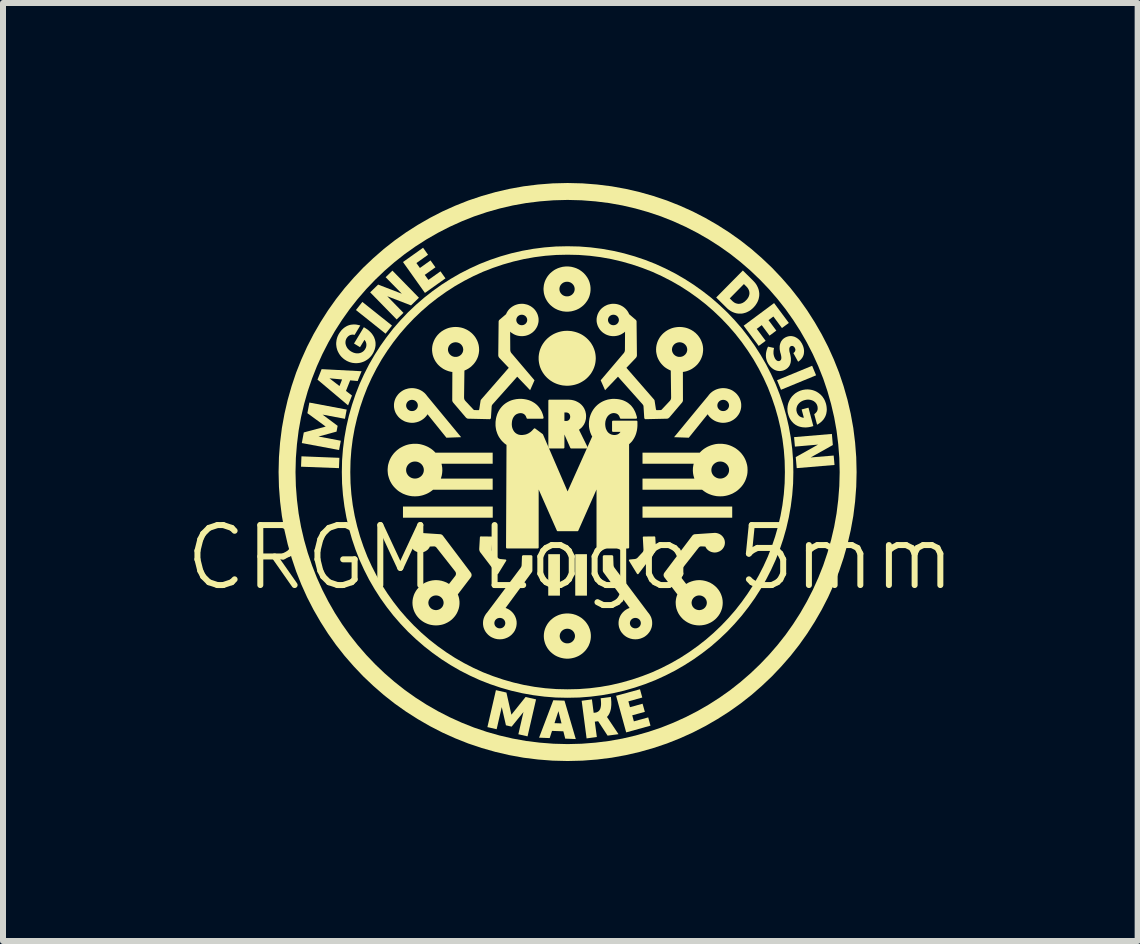
<source format=kicad_pcb>
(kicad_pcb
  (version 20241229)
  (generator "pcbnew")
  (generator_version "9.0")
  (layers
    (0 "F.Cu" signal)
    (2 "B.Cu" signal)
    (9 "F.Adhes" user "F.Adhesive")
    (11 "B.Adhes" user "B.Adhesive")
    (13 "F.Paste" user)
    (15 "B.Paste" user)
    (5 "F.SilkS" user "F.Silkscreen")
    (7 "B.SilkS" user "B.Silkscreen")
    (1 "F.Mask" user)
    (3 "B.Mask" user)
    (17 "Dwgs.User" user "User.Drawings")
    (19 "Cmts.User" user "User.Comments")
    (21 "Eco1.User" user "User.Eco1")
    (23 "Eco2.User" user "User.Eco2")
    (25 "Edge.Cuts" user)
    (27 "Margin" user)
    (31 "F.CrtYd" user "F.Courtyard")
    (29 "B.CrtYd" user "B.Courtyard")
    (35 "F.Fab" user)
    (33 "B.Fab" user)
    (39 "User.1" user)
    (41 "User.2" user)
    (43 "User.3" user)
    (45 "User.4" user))
  (footprint "CRGM Logo 5mm"
    (layer "F.Cu")
    (at 6.425 4.823)
    (property "Reference" "CRGM Logo 5mm" (at 0.03 1.42 0) (unlocked yes) (layer "F.SilkS") (effects (font (size 1 1) (thickness 0.1))))
    (fp_poly (pts (xy -0.015 -4.823) (xy -0.015 -4.823) (xy -0.015 -4.823)) (stroke (width 0) (type solid)) (fill yes) (layer "F.SilkS"))
    (fp_poly (pts (xy 2.528 -0.477) (xy 2.528 -0.477) (xy 2.528 -0.477)) (stroke (width 0) (type solid)) (fill yes) (layer "F.SilkS"))
    (fp_poly (pts (xy -3.819 -0.243) (xy -3.826 -0.071) (xy -4.458 -0.095) (xy -4.451 -0.268)) (stroke (width 0) (type solid)) (fill yes) (layer "F.SilkS"))
    (fp_poly (pts (xy -2.942 -2.447) (xy -3.049 -2.312) (xy -3.543 -2.706) (xy -3.436 -2.841)) (stroke (width 0) (type solid)) (fill yes) (layer "F.SilkS"))
    (fp_poly (pts (xy -1.263 0.755) (xy -2.759 0.755) (xy -2.759 0.569) (xy -1.263 0.569)) (stroke (width 0) (type solid)) (fill yes) (layer "F.SilkS"))
    (fp_poly (pts (xy -0.143 2.054) (xy -0.338 2.054) (xy -0.338 1.363) (xy -0.143 1.363)) (stroke (width 0) (type solid)) (fill yes) (layer "F.SilkS"))
    (fp_poly (pts (xy 0.307 2.054) (xy 0.112 2.054) (xy 0.112 1.363) (xy 0.307 1.363)) (stroke (width 0) (type solid)) (fill yes) (layer "F.SilkS"))
    (fp_poly (pts (xy 2.728 0.755) (xy 1.233 0.755) (xy 1.233 0.569) (xy 2.728 0.569)) (stroke (width 0) (type solid)) (fill yes) (layer "F.SilkS"))
    (fp_poly (pts (xy 4.126 -1.618) (xy 3.541 -1.377) (xy 3.475 -1.536) (xy 4.06 -1.777)) (stroke (width 0) (type solid)) (fill yes) (layer "F.SilkS"))
    (fp_poly (pts (xy -2.493 -2.911) (xy -2.625 -2.783) (xy -3.021 -2.936) (xy -2.751 -2.659) (xy -2.864 -2.549) (xy -3.306 -3.001) (xy -3.173 -3.13) (xy -2.778 -2.978) (xy -3.048 -3.253) (xy -2.935 -3.363)) (stroke (width 0) (type solid)) (fill yes) (layer "F.SilkS"))
    (fp_poly (pts (xy 4.405 -0.456) (xy 4.035 -0.249) (xy 4.419 -0.281) (xy 4.433 -0.124) (xy 3.803 -0.071) (xy 3.787 -0.255) (xy 4.158 -0.463) (xy 3.773 -0.43) (xy 3.759 -0.588) (xy 4.389 -0.641)) (stroke (width 0) (type solid)) (fill yes) (layer "F.SilkS"))
    (fp_poly (pts (xy -2.341 -3.627) (xy -2.535 -3.489) (xy -2.477 -3.407) (xy -2.3 -3.533) (xy -2.218 -3.418) (xy -2.396 -3.292) (xy -2.335 -3.208) (xy -2.134 -3.351) (xy -2.051 -3.234) (xy -2.393 -2.991) (xy -2.759 -3.506) (xy -2.424 -3.744)) (stroke (width 0) (type solid)) (fill yes) (layer "F.SilkS"))
    (fp_poly (pts (xy 1.229 3.752) (xy 0.998 3.816) (xy 1.024 3.913) (xy 1.234 3.855) (xy 1.272 3.991) (xy 1.062 4.048) (xy 1.089 4.149) (xy 1.328 4.083) (xy 1.366 4.221) (xy 0.961 4.333) (xy 0.793 3.723) (xy 1.191 3.614)) (stroke (width 0) (type solid)) (fill yes) (layer "F.SilkS"))
    (fp_poly (pts (xy 3.672 -2.491) (xy 3.557 -2.406) (xy 3.414 -2.598) (xy 3.333 -2.538) (xy 3.463 -2.363) (xy 3.35 -2.279) (xy 3.22 -2.454) (xy 3.137 -2.392) (xy 3.285 -2.193) (xy 3.169 -2.108) (xy 2.919 -2.445) (xy 3.426 -2.822)) (stroke (width 0) (type solid)) (fill yes) (layer "F.SilkS"))
    (fp_poly (pts (xy -3.697 -1.047) (xy -3.726 -0.893) (xy -4.099 -0.963) (xy -3.848 -0.776) (xy -3.866 -0.68) (xy -4.167 -0.598) (xy -3.795 -0.528) (xy -3.824 -0.373) (xy -4.445 -0.489) (xy -4.412 -0.666) (xy -4.047 -0.764) (xy -4.352 -0.987) (xy -4.319 -1.164)) (stroke (width 0) (type solid)) (fill yes) (layer "F.SilkS"))
    (fp_poly (pts (xy -1.035 3.669) (xy -0.952 4.038) (xy -0.716 3.743) (xy -0.541 3.783) (xy -0.683 4.399) (xy -0.836 4.364) (xy -0.751 3.994) (xy -0.948 4.237) (xy -1.043 4.215) (xy -1.113 3.911) (xy -1.198 4.28) (xy -1.352 4.245) (xy -1.21 3.629)) (stroke (width 0) (type solid)) (fill yes) (layer "F.SilkS"))
    (fp_poly (pts (xy -3.449 -1.686) (xy -3.514 -1.523) (xy -3.639 -1.534) (xy -3.709 -1.358) (xy -3.609 -1.281) (xy -3.674 -1.117) (xy -4.184 -1.547) (xy -4.175 -1.568) (xy -3.984 -1.568) (xy -3.817 -1.439) (xy -3.774 -1.549) (xy -3.984 -1.568) (xy -4.175 -1.568) (xy -4.115 -1.721)) (stroke (width 0) (type solid)) (fill yes) (layer "F.SilkS"))
    (fp_poly (pts (xy -0.067 3.804) (xy 0.121 4.444) (xy -0.055 4.437) (xy -0.086 4.315) (xy -0.275 4.308) (xy -0.314 4.428) (xy -0.491 4.421) (xy -0.399 4.179) (xy -0.234 4.179) (xy -0.117 4.183) (xy -0.168 3.979) (xy -0.234 4.179) (xy -0.399 4.179) (xy -0.254 3.797)) (stroke (width 0) (type solid)) (fill yes) (layer "F.SilkS"))
    (fp_poly (pts (xy 0.709 3.77) (xy 0.711 3.797) (xy 0.713 3.824) (xy 0.713 3.849) (xy 0.713 3.873) (xy 0.711 3.897) (xy 0.709 3.919) (xy 0.706 3.941) (xy 0.701 3.961) (xy 0.696 3.981) (xy 0.689 3.999) (xy 0.682 4.016) (xy 0.673 4.033) (xy 0.669 4.04) (xy 0.664 4.048) (xy 0.658 4.055) (xy 0.653 4.062) (xy 0.647 4.069) (xy 0.641 4.076) (xy 0.833 4.363) (xy 0.651 4.387) (xy 0.494 4.147) (xy 0.438 4.154) (xy 0.472 4.41) (xy 0.301 4.433) (xy 0.219 3.806) (xy 0.39 3.783) (xy 0.419 4.007) (xy 0.441 4.004) (xy 0.456 4.002) (xy 0.47 3.998) (xy 0.482 3.992) (xy 0.488 3.989) (xy 0.494 3.985) (xy 0.499 3.981) (xy 0.504 3.977) (xy 0.509 3.972) (xy 0.513 3.967) (xy 0.517 3.961) (xy 0.521 3.955) (xy 0.525 3.948) (xy 0.528 3.941) (xy 0.533 3.926) (xy 0.537 3.909) (xy 0.54 3.89) (xy 0.542 3.869) (xy 0.542 3.846) (xy 0.541 3.821) (xy 0.539 3.794) (xy 0.536 3.764) (xy 0.706 3.742)) (stroke (width 0) (type solid)) (fill yes) (layer "F.SilkS"))
    (fp_poly (pts (xy 0.002 -2.359) (xy 0.026 -2.357) (xy 0.05 -2.355) (xy 0.074 -2.35) (xy 0.097 -2.345) (xy 0.119 -2.339) (xy 0.141 -2.332) (xy 0.163 -2.324) (xy 0.184 -2.315) (xy 0.205 -2.305) (xy 0.225 -2.294) (xy 0.244 -2.282) (xy 0.263 -2.269) (xy 0.281 -2.255) (xy 0.298 -2.241) (xy 0.314 -2.226) (xy 0.33 -2.21) (xy 0.345 -2.193) (xy 0.359 -2.176) (xy 0.373 -2.158) (xy 0.385 -2.139) (xy 0.396 -2.12) (xy 0.407 -2.101) (xy 0.416 -2.08) (xy 0.425 -2.059) (xy 0.432 -2.038) (xy 0.439 -2.016) (xy 0.444 -1.994) (xy 0.448 -1.972) (xy 0.451 -1.949) (xy 0.453 -1.926) (xy 0.454 -1.902) (xy 0.453 -1.879) (xy 0.451 -1.855) (xy 0.448 -1.832) (xy 0.444 -1.81) (xy 0.439 -1.788) (xy 0.432 -1.766) (xy 0.425 -1.745) (xy 0.416 -1.724) (xy 0.407 -1.704) (xy 0.396 -1.684) (xy 0.385 -1.665) (xy 0.373 -1.646) (xy 0.359 -1.628) (xy 0.345 -1.611) (xy 0.33 -1.594) (xy 0.314 -1.578) (xy 0.298 -1.563) (xy 0.281 -1.549) (xy 0.263 -1.535) (xy 0.244 -1.523) (xy 0.225 -1.511) (xy 0.205 -1.5) (xy 0.184 -1.489) (xy 0.163 -1.48) (xy 0.141 -1.472) (xy 0.119 -1.465) (xy 0.097 -1.459) (xy 0.074 -1.454) (xy 0.05 -1.45) (xy 0.026 -1.447) (xy 0.002 -1.445) (xy -0.022 -1.444) (xy -0.046 -1.445) (xy -0.069 -1.447) (xy -0.093 -1.449) (xy -0.116 -1.453) (xy -0.138 -1.458) (xy -0.161 -1.464) (xy -0.183 -1.471) (xy -0.205 -1.479) (xy -0.226 -1.488) (xy -0.247 -1.498) (xy -0.267 -1.509) (xy -0.286 -1.521) (xy -0.306 -1.534) (xy -0.324 -1.548) (xy -0.342 -1.563) (xy -0.359 -1.578) (xy -0.375 -1.595) (xy -0.391 -1.612) (xy -0.405 -1.63) (xy -0.418 -1.648) (xy -0.431 -1.667) (xy -0.442 -1.687) (xy -0.453 -1.706) (xy -0.462 -1.727) (xy -0.471 -1.748) (xy -0.478 -1.769) (xy -0.484 -1.79) (xy -0.489 -1.812) (xy -0.493 -1.834) (xy -0.496 -1.857) (xy -0.498 -1.879) (xy -0.498 -1.902) (xy -0.498 -1.925) (xy -0.496 -1.947) (xy -0.493 -1.97) (xy -0.489 -1.992) (xy -0.484 -2.014) (xy -0.478 -2.035) (xy -0.471 -2.056) (xy -0.462 -2.077) (xy -0.453 -2.098) (xy -0.442 -2.118) (xy -0.431 -2.137) (xy -0.418 -2.156) (xy -0.405 -2.174) (xy -0.391 -2.192) (xy -0.375 -2.209) (xy -0.359 -2.226) (xy -0.342 -2.241) (xy -0.324 -2.256) (xy -0.306 -2.27) (xy -0.286 -2.283) (xy -0.267 -2.295) (xy -0.247 -2.306) (xy -0.226 -2.316) (xy -0.205 -2.325) (xy -0.183 -2.333) (xy -0.161 -2.34) (xy -0.138 -2.346) (xy -0.116 -2.351) (xy -0.093 -2.355) (xy -0.069 -2.358) (xy -0.046 -2.359) (xy -0.022 -2.36) (xy -0.022 -2.36)) (stroke (width 0) (type solid)) (fill yes) (layer "F.SilkS"))
    (fp_poly (pts (xy 3.078 -3.194) (xy 3.09 -3.181) (xy 3.101 -3.169) (xy 3.112 -3.156) (xy 3.122 -3.142) (xy 3.131 -3.129) (xy 3.139 -3.115) (xy 3.146 -3.101) (xy 3.153 -3.087) (xy 3.159 -3.073) (xy 3.164 -3.059) (xy 3.169 -3.044) (xy 3.172 -3.03) (xy 3.175 -3.015) (xy 3.177 -3) (xy 3.179 -2.986) (xy 3.179 -2.971) (xy 3.179 -2.956) (xy 3.178 -2.941) (xy 3.176 -2.927) (xy 3.173 -2.912) (xy 3.17 -2.897) (xy 3.166 -2.883) (xy 3.161 -2.868) (xy 3.155 -2.854) (xy 3.149 -2.84) (xy 3.141 -2.826) (xy 3.133 -2.812) (xy 3.124 -2.799) (xy 3.115 -2.785) (xy 3.104 -2.772) (xy 3.093 -2.759) (xy 3.081 -2.746) (xy 3.069 -2.734) (xy 3.056 -2.723) (xy 3.043 -2.712) (xy 3.03 -2.702) (xy 3.016 -2.693) (xy 3.002 -2.685) (xy 2.988 -2.678) (xy 2.974 -2.671) (xy 2.96 -2.665) (xy 2.946 -2.66) (xy 2.931 -2.656) (xy 2.917 -2.652) (xy 2.902 -2.649) (xy 2.888 -2.647) (xy 2.873 -2.646) (xy 2.858 -2.646) (xy 2.843 -2.646) (xy 2.829 -2.647) (xy 2.814 -2.649) (xy 2.799 -2.651) (xy 2.785 -2.655) (xy 2.77 -2.659) (xy 2.756 -2.664) (xy 2.741 -2.67) (xy 2.727 -2.676) (xy 2.713 -2.684) (xy 2.699 -2.692) (xy 2.686 -2.701) (xy 2.672 -2.71) (xy 2.659 -2.721) (xy 2.646 -2.732) (xy 2.634 -2.744) (xy 2.476 -2.9) (xy 2.687 -2.9) (xy 2.728 -2.859) (xy 2.734 -2.853) (xy 2.741 -2.847) (xy 2.748 -2.842) (xy 2.754 -2.837) (xy 2.761 -2.832) (xy 2.768 -2.828) (xy 2.775 -2.824) (xy 2.782 -2.821) (xy 2.789 -2.818) (xy 2.796 -2.816) (xy 2.804 -2.814) (xy 2.811 -2.812) (xy 2.818 -2.811) (xy 2.826 -2.81) (xy 2.833 -2.809) (xy 2.84 -2.809) (xy 2.848 -2.81) (xy 2.855 -2.811) (xy 2.863 -2.812) (xy 2.87 -2.813) (xy 2.878 -2.816) (xy 2.885 -2.818) (xy 2.893 -2.821) (xy 2.9 -2.824) (xy 2.908 -2.828) (xy 2.915 -2.833) (xy 2.922 -2.837) (xy 2.93 -2.842) (xy 2.937 -2.848) (xy 2.944 -2.854) (xy 2.951 -2.861) (xy 2.958 -2.868) (xy 2.965 -2.875) (xy 2.972 -2.882) (xy 2.978 -2.889) (xy 2.983 -2.897) (xy 2.988 -2.904) (xy 2.993 -2.911) (xy 2.997 -2.919) (xy 3.001 -2.926) (xy 3.004 -2.934) (xy 3.007 -2.941) (xy 3.009 -2.949) (xy 3.011 -2.956) (xy 3.013 -2.964) (xy 3.014 -2.971) (xy 3.015 -2.979) (xy 3.015 -2.986) (xy 3.015 -2.994) (xy 3.014 -3.001) (xy 3.013 -3.008) (xy 3.012 -3.016) (xy 3.01 -3.023) (xy 3.008 -3.03) (xy 3.005 -3.037) (xy 3.002 -3.044) (xy 2.999 -3.051) (xy 2.995 -3.058) (xy 2.991 -3.065) (xy 2.986 -3.072) (xy 2.981 -3.079) (xy 2.976 -3.085) (xy 2.97 -3.092) (xy 2.964 -3.098) (xy 2.923 -3.139) (xy 2.687 -2.9) (xy 2.476 -2.9) (xy 2.461 -2.915) (xy 2.905 -3.365)) (stroke (width 0) (type solid)) (fill yes) (layer "F.SilkS"))
    (fp_poly (pts (xy 0.01 -1.195) (xy 0.024 -1.194) (xy 0.038 -1.193) (xy 0.052 -1.191) (xy 0.066 -1.188) (xy 0.08 -1.185) (xy 0.093 -1.181) (xy 0.106 -1.177) (xy 0.118 -1.172) (xy 0.13 -1.166) (xy 0.142 -1.16) (xy 0.153 -1.154) (xy 0.164 -1.147) (xy 0.175 -1.14) (xy 0.185 -1.132) (xy 0.195 -1.123) (xy 0.204 -1.115) (xy 0.213 -1.105) (xy 0.221 -1.096) (xy 0.229 -1.086) (xy 0.236 -1.075) (xy 0.243 -1.064) (xy 0.249 -1.053) (xy 0.254 -1.041) (xy 0.259 -1.029) (xy 0.264 -1.017) (xy 0.267 -1.004) (xy 0.27 -0.991) (xy 0.273 -0.978) (xy 0.275 -0.964) (xy 0.276 -0.95) (xy 0.276 -0.936) (xy 0.276 -0.927) (xy 0.275 -0.918) (xy 0.275 -0.909) (xy 0.274 -0.901) (xy 0.273 -0.892) (xy 0.271 -0.884) (xy 0.269 -0.876) (xy 0.267 -0.868) (xy 0.265 -0.86) (xy 0.263 -0.852) (xy 0.26 -0.844) (xy 0.257 -0.836) (xy 0.254 -0.829) (xy 0.25 -0.822) (xy 0.247 -0.814) (xy 0.243 -0.807) (xy 0.239 -0.8) (xy 0.234 -0.794) (xy 0.23 -0.787) (xy 0.225 -0.781) (xy 0.22 -0.774) (xy 0.215 -0.768) (xy 0.21 -0.762) (xy 0.204 -0.757) (xy 0.198 -0.751) (xy 0.192 -0.746) (xy 0.186 -0.741) (xy 0.18 -0.736) (xy 0.174 -0.731) (xy 0.167 -0.726) (xy 0.16 -0.722) (xy 0.153 -0.717) (xy 0.302 -0.415) (xy 0.045 -0.415) (xy -0.07 -0.676) (xy -0.085 -0.676) (xy -0.085 -0.415) (xy -0.32 -0.415) (xy -0.32 -0.841) (xy -0.085 -0.841) (xy -0.037 -0.841) (xy -0.033 -0.841) (xy -0.029 -0.841) (xy -0.025 -0.842) (xy -0.02 -0.843) (xy -0.016 -0.844) (xy -0.012 -0.845) (xy -0.009 -0.846) (xy -0.005 -0.847) (xy -0.001 -0.849) (xy 0.002 -0.851) (xy 0.006 -0.853) (xy 0.009 -0.855) (xy 0.012 -0.857) (xy 0.015 -0.86) (xy 0.018 -0.863) (xy 0.021 -0.865) (xy 0.024 -0.868) (xy 0.026 -0.871) (xy 0.028 -0.875) (xy 0.031 -0.878) (xy 0.033 -0.881) (xy 0.035 -0.885) (xy 0.036 -0.889) (xy 0.038 -0.893) (xy 0.039 -0.897) (xy 0.041 -0.901) (xy 0.042 -0.905) (xy 0.042 -0.91) (xy 0.043 -0.914) (xy 0.044 -0.919) (xy 0.044 -0.923) (xy 0.044 -0.928) (xy 0.044 -0.933) (xy 0.044 -0.937) (xy 0.043 -0.942) (xy 0.042 -0.946) (xy 0.042 -0.951) (xy 0.041 -0.955) (xy 0.039 -0.959) (xy 0.038 -0.963) (xy 0.036 -0.967) (xy 0.035 -0.971) (xy 0.033 -0.975) (xy 0.031 -0.978) (xy 0.028 -0.981) (xy 0.026 -0.985) (xy 0.024 -0.988) (xy 0.021 -0.991) (xy 0.018 -0.994) (xy 0.015 -0.996) (xy 0.012 -0.999) (xy 0.009 -1.001) (xy 0.006 -1.003) (xy 0.002 -1.005) (xy -0.001 -1.007) (xy -0.005 -1.009) (xy -0.009 -1.01) (xy -0.012 -1.011) (xy -0.016 -1.012) (xy -0.02 -1.013) (xy -0.025 -1.014) (xy -0.029 -1.015) (xy -0.033 -1.015) (xy -0.037 -1.015) (xy -0.085 -1.015) (xy -0.085 -0.841) (xy -0.32 -0.841) (xy -0.32 -1.196) (xy -0.005 -1.196)) (stroke (width 0.033) (type solid) (color 255 184 28 1)) (fill yes) (layer "F.SilkS"))
    (fp_poly (pts (xy -1.462 1.067) (xy -1.282 1.069) (xy -1.282 1.069) (xy -1.281 1.069) (xy -1.28 1.069) (xy -1.28 1.069) (xy -1.279 1.07) (xy -1.278 1.07) (xy -1.278 1.07) (xy -1.277 1.07) (xy -1.276 1.071) (xy -1.276 1.071) (xy -1.275 1.071) (xy -1.275 1.072) (xy -1.274 1.072) (xy -1.274 1.072) (xy -1.273 1.073) (xy -1.273 1.073) (xy -1.272 1.074) (xy -1.272 1.074) (xy -1.271 1.075) (xy -1.271 1.076) (xy -1.271 1.076) (xy -1.27 1.077) (xy -1.27 1.077) (xy -1.27 1.078) (xy -1.27 1.079) (xy -1.269 1.079) (xy -1.269 1.08) (xy -1.269 1.081) (xy -1.269 1.081) (xy -1.269 1.082) (xy -1.269 1.083) (xy -1.269 1.083) (xy -1.28 1.285) (xy -1.28 1.289) (xy -1.28 1.292) (xy -1.28 1.295) (xy -1.279 1.299) (xy -1.279 1.302) (xy -1.278 1.305) (xy -1.277 1.308) (xy -1.276 1.311) (xy -1.275 1.315) (xy -1.274 1.318) (xy -1.272 1.321) (xy -1.271 1.323) (xy -1.269 1.326) (xy -1.267 1.329) (xy -1.265 1.332) (xy -1.262 1.334) (xy -1.184 1.419) (xy -1.181 1.422) (xy -1.179 1.424) (xy -1.176 1.426) (xy -1.173 1.429) (xy -1.17 1.431) (xy -1.167 1.433) (xy -1.164 1.434) (xy -1.161 1.436) (xy -1.158 1.438) (xy -1.154 1.439) (xy -1.151 1.44) (xy -1.148 1.441) (xy -1.144 1.442) (xy -1.141 1.443) (xy -1.137 1.444) (xy -1.133 1.444) (xy -1.049 1.452) (xy -1.049 1.452) (xy -1.048 1.452) (xy -1.047 1.452) (xy -1.047 1.453) (xy -1.046 1.453) (xy -1.045 1.453) (xy -1.044 1.454) (xy -1.043 1.454) (xy -1.043 1.454) (xy -1.042 1.455) (xy -1.041 1.455) (xy -1.041 1.456) (xy -1.04 1.457) (xy -1.04 1.457) (xy -1.039 1.458) (xy -1.039 1.459) (xy -1.038 1.46) (xy -1.038 1.46) (xy -1.038 1.461) (xy -1.037 1.462) (xy -1.037 1.463) (xy -1.037 1.464) (xy -1.037 1.464) (xy -1.037 1.465) (xy -1.037 1.466) (xy -1.037 1.467) (xy -1.037 1.468) (xy -1.037 1.469) (xy -1.037 1.47) (xy -1.038 1.47) (xy -1.038 1.471) (xy -1.038 1.472) (xy -1.039 1.473) (xy -1.172 1.689) (xy -1.173 1.69) (xy -1.173 1.691) (xy -1.174 1.691) (xy -1.175 1.692) (xy -1.175 1.693) (xy -1.176 1.693) (xy -1.177 1.694) (xy -1.178 1.694) (xy -1.178 1.695) (xy -1.179 1.695) (xy -1.18 1.696) (xy -1.181 1.696) (xy -1.182 1.696) (xy -1.183 1.696) (xy -1.184 1.696) (xy -1.185 1.697) (xy -1.186 1.697) (xy -1.187 1.697) (xy -1.188 1.696) (xy -1.189 1.696) (xy -1.19 1.696) (xy -1.191 1.696) (xy -1.192 1.695) (xy -1.192 1.695) (xy -1.193 1.695) (xy -1.194 1.694) (xy -1.195 1.694) (xy -1.196 1.693) (xy -1.196 1.692) (xy -1.197 1.692) (xy -1.198 1.691) (xy -1.198 1.69) (xy -1.469 1.334) (xy -1.472 1.331) (xy -1.474 1.327) (xy -1.476 1.324) (xy -1.478 1.32) (xy -1.48 1.316) (xy -1.481 1.313) (xy -1.483 1.309) (xy -1.484 1.305) (xy -1.485 1.301) (xy -1.486 1.297) (xy -1.487 1.293) (xy -1.488 1.289) (xy -1.488 1.284) (xy -1.488 1.28) (xy -1.488 1.276) (xy -1.488 1.272) (xy -1.477 1.081) (xy -1.477 1.08) (xy -1.476 1.079) (xy -1.476 1.078) (xy -1.476 1.078) (xy -1.476 1.077) (xy -1.476 1.076) (xy -1.476 1.076) (xy -1.475 1.075) (xy -1.475 1.075) (xy -1.475 1.074) (xy -1.474 1.074) (xy -1.474 1.073) (xy -1.473 1.072) (xy -1.473 1.072) (xy -1.473 1.071) (xy -1.472 1.071) (xy -1.472 1.071) (xy -1.471 1.07) (xy -1.471 1.07) (xy -1.47 1.069) (xy -1.469 1.069) (xy -1.469 1.069) (xy -1.468 1.068) (xy -1.468 1.068) (xy -1.467 1.068) (xy -1.466 1.068) (xy -1.466 1.068) (xy -1.465 1.067) (xy -1.464 1.067) (xy -1.464 1.067) (xy -1.463 1.067) (xy -1.462 1.067)) (stroke (width 0) (type solid)) (fill yes) (layer "F.SilkS"))
    (fp_poly (pts (xy 1.432 1.067) (xy 1.433 1.067) (xy 1.433 1.067) (xy 1.434 1.067) (xy 1.435 1.068) (xy 1.435 1.068) (xy 1.436 1.068) (xy 1.437 1.068) (xy 1.437 1.068) (xy 1.438 1.069) (xy 1.438 1.069) (xy 1.439 1.069) (xy 1.44 1.07) (xy 1.44 1.07) (xy 1.441 1.071) (xy 1.441 1.071) (xy 1.442 1.071) (xy 1.442 1.072) (xy 1.442 1.072) (xy 1.443 1.073) (xy 1.443 1.074) (xy 1.444 1.074) (xy 1.444 1.075) (xy 1.444 1.075) (xy 1.445 1.076) (xy 1.445 1.076) (xy 1.445 1.077) (xy 1.445 1.078) (xy 1.445 1.078) (xy 1.445 1.079) (xy 1.446 1.08) (xy 1.446 1.081) (xy 1.457 1.272) (xy 1.457 1.276) (xy 1.457 1.28) (xy 1.457 1.284) (xy 1.457 1.289) (xy 1.456 1.293) (xy 1.455 1.297) (xy 1.454 1.301) (xy 1.453 1.305) (xy 1.452 1.309) (xy 1.45 1.313) (xy 1.449 1.316) (xy 1.447 1.32) (xy 1.445 1.324) (xy 1.443 1.327) (xy 1.441 1.331) (xy 1.438 1.334) (xy 1.167 1.69) (xy 1.167 1.691) (xy 1.166 1.692) (xy 1.165 1.692) (xy 1.165 1.693) (xy 1.164 1.694) (xy 1.163 1.694) (xy 1.162 1.695) (xy 1.161 1.695) (xy 1.161 1.695) (xy 1.16 1.696) (xy 1.159 1.696) (xy 1.158 1.696) (xy 1.157 1.696) (xy 1.156 1.697) (xy 1.155 1.697) (xy 1.154 1.697) (xy 1.153 1.697) (xy 1.153 1.696) (xy 1.152 1.696) (xy 1.151 1.696) (xy 1.15 1.696) (xy 1.149 1.696) (xy 1.148 1.695) (xy 1.147 1.695) (xy 1.147 1.694) (xy 1.146 1.694) (xy 1.145 1.693) (xy 1.144 1.693) (xy 1.144 1.692) (xy 1.143 1.691) (xy 1.142 1.691) (xy 1.142 1.69) (xy 1.141 1.689) (xy 1.141 1.689) (xy 1.008 1.473) (xy 1.007 1.472) (xy 1.007 1.471) (xy 1.007 1.47) (xy 1.006 1.469) (xy 1.006 1.469) (xy 1.006 1.468) (xy 1.006 1.467) (xy 1.006 1.466) (xy 1.006 1.465) (xy 1.006 1.464) (xy 1.006 1.464) (xy 1.006 1.463) (xy 1.006 1.462) (xy 1.007 1.461) (xy 1.007 1.46) (xy 1.007 1.46) (xy 1.008 1.459) (xy 1.008 1.458) (xy 1.009 1.457) (xy 1.009 1.457) (xy 1.01 1.456) (xy 1.01 1.455) (xy 1.011 1.455) (xy 1.012 1.454) (xy 1.012 1.454) (xy 1.013 1.454) (xy 1.014 1.453) (xy 1.015 1.453) (xy 1.016 1.453) (xy 1.016 1.452) (xy 1.017 1.452) (xy 1.018 1.452) (xy 1.102 1.444) (xy 1.106 1.444) (xy 1.11 1.443) (xy 1.113 1.442) (xy 1.117 1.441) (xy 1.12 1.44) (xy 1.123 1.439) (xy 1.127 1.438) (xy 1.13 1.436) (xy 1.133 1.434) (xy 1.136 1.433) (xy 1.139 1.431) (xy 1.142 1.429) (xy 1.145 1.426) (xy 1.148 1.424) (xy 1.15 1.422) (xy 1.153 1.419) (xy 1.231 1.334) (xy 1.234 1.332) (xy 1.236 1.329) (xy 1.238 1.326) (xy 1.24 1.323) (xy 1.241 1.321) (xy 1.243 1.318) (xy 1.244 1.315) (xy 1.245 1.311) (xy 1.246 1.308) (xy 1.247 1.305) (xy 1.248 1.302) (xy 1.248 1.299) (xy 1.249 1.295) (xy 1.249 1.292) (xy 1.249 1.289) (xy 1.249 1.285) (xy 1.238 1.083) (xy 1.238 1.083) (xy 1.238 1.082) (xy 1.238 1.081) (xy 1.238 1.081) (xy 1.238 1.08) (xy 1.238 1.079) (xy 1.239 1.079) (xy 1.239 1.078) (xy 1.239 1.077) (xy 1.239 1.077) (xy 1.24 1.076) (xy 1.24 1.076) (xy 1.24 1.075) (xy 1.241 1.074) (xy 1.241 1.074) (xy 1.242 1.073) (xy 1.242 1.073) (xy 1.243 1.072) (xy 1.243 1.072) (xy 1.244 1.072) (xy 1.244 1.071) (xy 1.245 1.071) (xy 1.245 1.071) (xy 1.246 1.07) (xy 1.247 1.07) (xy 1.247 1.07) (xy 1.248 1.07) (xy 1.249 1.069) (xy 1.249 1.069) (xy 1.25 1.069) (xy 1.251 1.069) (xy 1.251 1.069) (xy 1.431 1.067) (xy 1.431 1.067)) (stroke (width 0) (type solid)) (fill yes) (layer "F.SilkS"))
    (fp_poly (pts (xy -2.599 -1.404) (xy -2.589 -1.404) (xy -2.58 -1.403) (xy -2.57 -1.402) (xy -2.552 -1.399) (xy -2.533 -1.395) (xy -2.516 -1.39) (xy -2.498 -1.384) (xy -2.481 -1.377) (xy -2.465 -1.369) (xy -2.449 -1.36) (xy -2.434 -1.351) (xy -2.42 -1.34) (xy -2.406 -1.329) (xy -2.393 -1.317) (xy -2.381 -1.304) (xy -2.369 -1.29) (xy -2.359 -1.276) (xy -2.359 -1.276) (xy -2.359 -1.276) (xy -2.359 -1.276) (xy -1.79 -0.587) (xy -2.035 -0.578) (xy -2.35 -0.969) (xy -2.36 -0.953) (xy -2.371 -0.939) (xy -2.384 -0.924) (xy -2.397 -0.911) (xy -2.411 -0.898) (xy -2.426 -0.887) (xy -2.441 -0.876) (xy -2.458 -0.866) (xy -2.475 -0.857) (xy -2.492 -0.849) (xy -2.51 -0.843) (xy -2.529 -0.837) (xy -2.548 -0.833) (xy -2.568 -0.829) (xy -2.588 -0.827) (xy -2.609 -0.827) (xy -2.624 -0.827) (xy -2.639 -0.828) (xy -2.654 -0.83) (xy -2.669 -0.833) (xy -2.684 -0.836) (xy -2.698 -0.84) (xy -2.712 -0.844) (xy -2.726 -0.849) (xy -2.739 -0.855) (xy -2.752 -0.862) (xy -2.764 -0.869) (xy -2.777 -0.876) (xy -2.788 -0.884) (xy -2.8 -0.893) (xy -2.811 -0.902) (xy -2.821 -0.911) (xy -2.831 -0.921) (xy -2.841 -0.932) (xy -2.849 -0.943) (xy -2.858 -0.954) (xy -2.866 -0.966) (xy -2.873 -0.978) (xy -2.88 -0.99) (xy -2.886 -1.003) (xy -2.891 -1.016) (xy -2.896 -1.03) (xy -2.9 -1.043) (xy -2.903 -1.057) (xy -2.906 -1.072) (xy -2.908 -1.086) (xy -2.909 -1.101) (xy -2.909 -1.116) (xy -2.706 -1.116) (xy -2.706 -1.111) (xy -2.706 -1.106) (xy -2.705 -1.101) (xy -2.704 -1.097) (xy -2.703 -1.092) (xy -2.702 -1.088) (xy -2.7 -1.083) (xy -2.698 -1.079) (xy -2.696 -1.075) (xy -2.694 -1.071) (xy -2.692 -1.067) (xy -2.689 -1.063) (xy -2.687 -1.06) (xy -2.684 -1.056) (xy -2.681 -1.053) (xy -2.678 -1.049) (xy -2.674 -1.046) (xy -2.671 -1.043) (xy -2.667 -1.041) (xy -2.663 -1.038) (xy -2.659 -1.036) (xy -2.655 -1.033) (xy -2.651 -1.031) (xy -2.647 -1.029) (xy -2.642 -1.028) (xy -2.638 -1.026) (xy -2.633 -1.025) (xy -2.628 -1.024) (xy -2.624 -1.023) (xy -2.619 -1.023) (xy -2.614 -1.022) (xy -2.609 -1.022) (xy -2.604 -1.022) (xy -2.599 -1.023) (xy -2.594 -1.023) (xy -2.589 -1.024) (xy -2.584 -1.025) (xy -2.58 -1.026) (xy -2.575 -1.028) (xy -2.571 -1.029) (xy -2.567 -1.031) (xy -2.562 -1.033) (xy -2.558 -1.036) (xy -2.554 -1.038) (xy -2.551 -1.041) (xy -2.547 -1.043) (xy -2.543 -1.046) (xy -2.54 -1.049) (xy -2.537 -1.053) (xy -2.534 -1.056) (xy -2.531 -1.06) (xy -2.528 -1.063) (xy -2.526 -1.067) (xy -2.523 -1.071) (xy -2.521 -1.075) (xy -2.519 -1.079) (xy -2.517 -1.083) (xy -2.516 -1.088) (xy -2.515 -1.092) (xy -2.513 -1.097) (xy -2.513 -1.101) (xy -2.512 -1.106) (xy -2.512 -1.111) (xy -2.511 -1.116) (xy -2.512 -1.12) (xy -2.512 -1.125) (xy -2.513 -1.13) (xy -2.513 -1.134) (xy -2.515 -1.139) (xy -2.516 -1.143) (xy -2.517 -1.148) (xy -2.519 -1.152) (xy -2.521 -1.156) (xy -2.523 -1.16) (xy -2.526 -1.164) (xy -2.528 -1.168) (xy -2.531 -1.172) (xy -2.534 -1.175) (xy -2.537 -1.178) (xy -2.54 -1.182) (xy -2.543 -1.185) (xy -2.547 -1.188) (xy -2.551 -1.191) (xy -2.554 -1.193) (xy -2.558 -1.196) (xy -2.562 -1.198) (xy -2.567 -1.2) (xy -2.571 -1.202) (xy -2.575 -1.203) (xy -2.58 -1.205) (xy -2.584 -1.206) (xy -2.589 -1.207) (xy -2.594 -1.208) (xy -2.599 -1.209) (xy -2.604 -1.209) (xy -2.609 -1.209) (xy -2.614 -1.209) (xy -2.619 -1.209) (xy -2.624 -1.208) (xy -2.628 -1.207) (xy -2.633 -1.206) (xy -2.638 -1.205) (xy -2.642 -1.203) (xy -2.647 -1.202) (xy -2.651 -1.2) (xy -2.655 -1.198) (xy -2.659 -1.196) (xy -2.663 -1.193) (xy -2.667 -1.191) (xy -2.671 -1.188) (xy -2.674 -1.185) (xy -2.678 -1.182) (xy -2.681 -1.178) (xy -2.684 -1.175) (xy -2.687 -1.172) (xy -2.689 -1.168) (xy -2.692 -1.164) (xy -2.694 -1.16) (xy -2.696 -1.156) (xy -2.698 -1.152) (xy -2.7 -1.148) (xy -2.702 -1.143) (xy -2.703 -1.139) (xy -2.704 -1.134) (xy -2.705 -1.13) (xy -2.706 -1.125) (xy -2.706 -1.12) (xy -2.706 -1.116) (xy -2.909 -1.116) (xy -2.909 -1.13) (xy -2.908 -1.145) (xy -2.906 -1.16) (xy -2.903 -1.174) (xy -2.9 -1.188) (xy -2.896 -1.201) (xy -2.891 -1.215) (xy -2.886 -1.228) (xy -2.88 -1.241) (xy -2.873 -1.253) (xy -2.866 -1.265) (xy -2.858 -1.277) (xy -2.849 -1.288) (xy -2.841 -1.299) (xy -2.831 -1.31) (xy -2.821 -1.32) (xy -2.811 -1.329) (xy -2.8 -1.338) (xy -2.788 -1.347) (xy -2.777 -1.355) (xy -2.764 -1.363) (xy -2.752 -1.37) (xy -2.739 -1.376) (xy -2.726 -1.382) (xy -2.712 -1.387) (xy -2.698 -1.391) (xy -2.684 -1.395) (xy -2.669 -1.399) (xy -2.654 -1.401) (xy -2.639 -1.403) (xy -2.624 -1.404) (xy -2.609 -1.404) (xy -2.609 -1.404)) (stroke (width 0) (type solid)) (fill yes) (layer "F.SilkS"))
    (fp_poly (pts (xy 3.988 -1.383) (xy 4.002 -1.382) (xy 4.015 -1.381) (xy 4.029 -1.379) (xy 4.042 -1.377) (xy 4.055 -1.374) (xy 4.068 -1.371) (xy 4.08 -1.367) (xy 4.093 -1.363) (xy 4.105 -1.358) (xy 4.117 -1.353) (xy 4.129 -1.347) (xy 4.14 -1.341) (xy 4.151 -1.334) (xy 4.162 -1.327) (xy 4.173 -1.319) (xy 4.183 -1.311) (xy 4.193 -1.303) (xy 4.203 -1.294) (xy 4.212 -1.285) (xy 4.221 -1.275) (xy 4.23 -1.265) (xy 4.238 -1.254) (xy 4.245 -1.243) (xy 4.253 -1.232) (xy 4.26 -1.22) (xy 4.266 -1.208) (xy 4.272 -1.196) (xy 4.277 -1.183) (xy 4.282 -1.17) (xy 4.287 -1.156) (xy 4.291 -1.143) (xy 4.294 -1.13) (xy 4.297 -1.117) (xy 4.299 -1.104) (xy 4.301 -1.091) (xy 4.302 -1.079) (xy 4.303 -1.066) (xy 4.304 -1.053) (xy 4.304 -1.041) (xy 4.303 -1.029) (xy 4.302 -1.017) (xy 4.3 -1.005) (xy 4.298 -0.993) (xy 4.296 -0.981) (xy 4.293 -0.969) (xy 4.289 -0.958) (xy 4.285 -0.946) (xy 4.28 -0.935) (xy 4.275 -0.924) (xy 4.269 -0.914) (xy 4.263 -0.903) (xy 4.256 -0.893) (xy 4.249 -0.882) (xy 4.241 -0.873) (xy 4.232 -0.863) (xy 4.223 -0.853) (xy 4.213 -0.844) (xy 4.203 -0.835) (xy 4.192 -0.827) (xy 4.18 -0.818) (xy 4.168 -0.81) (xy 4.156 -0.802) (xy 4.142 -0.795) (xy 4.095 -0.971) (xy 4.104 -0.977) (xy 4.111 -0.983) (xy 4.119 -0.99) (xy 4.125 -0.997) (xy 4.131 -1.004) (xy 4.136 -1.011) (xy 4.141 -1.019) (xy 4.145 -1.028) (xy 4.148 -1.036) (xy 4.15 -1.045) (xy 4.152 -1.055) (xy 4.152 -1.064) (xy 4.152 -1.074) (xy 4.151 -1.085) (xy 4.15 -1.096) (xy 4.147 -1.107) (xy 4.145 -1.114) (xy 4.142 -1.121) (xy 4.14 -1.128) (xy 4.136 -1.134) (xy 4.133 -1.141) (xy 4.129 -1.147) (xy 4.124 -1.153) (xy 4.12 -1.159) (xy 4.115 -1.164) (xy 4.11 -1.169) (xy 4.104 -1.174) (xy 4.098 -1.179) (xy 4.092 -1.183) (xy 4.086 -1.188) (xy 4.072 -1.195) (xy 4.058 -1.201) (xy 4.042 -1.206) (xy 4.026 -1.21) (xy 4.018 -1.211) (xy 4.009 -1.212) (xy 4 -1.213) (xy 3.992 -1.213) (xy 3.983 -1.213) (xy 3.974 -1.212) (xy 3.964 -1.211) (xy 3.955 -1.209) (xy 3.945 -1.207) (xy 3.936 -1.205) (xy 3.927 -1.202) (xy 3.918 -1.2) (xy 3.909 -1.196) (xy 3.901 -1.193) (xy 3.893 -1.189) (xy 3.885 -1.185) (xy 3.877 -1.18) (xy 3.87 -1.176) (xy 3.863 -1.171) (xy 3.856 -1.165) (xy 3.85 -1.16) (xy 3.844 -1.154) (xy 3.838 -1.148) (xy 3.833 -1.142) (xy 3.828 -1.136) (xy 3.824 -1.13) (xy 3.819 -1.123) (xy 3.815 -1.116) (xy 3.812 -1.109) (xy 3.809 -1.102) (xy 3.806 -1.095) (xy 3.804 -1.088) (xy 3.802 -1.08) (xy 3.8 -1.073) (xy 3.799 -1.065) (xy 3.798 -1.057) (xy 3.798 -1.05) (xy 3.798 -1.042) (xy 3.798 -1.034) (xy 3.799 -1.026) (xy 3.801 -1.018) (xy 3.803 -1.01) (xy 3.804 -1.004) (xy 3.806 -0.999) (xy 3.808 -0.993) (xy 3.81 -0.988) (xy 3.813 -0.983) (xy 3.815 -0.978) (xy 3.818 -0.973) (xy 3.82 -0.969) (xy 3.823 -0.964) (xy 3.826 -0.96) (xy 3.83 -0.956) (xy 3.833 -0.952) (xy 3.836 -0.948) (xy 3.84 -0.945) (xy 3.844 -0.941) (xy 3.847 -0.938) (xy 3.851 -0.935) (xy 3.855 -0.932) (xy 3.864 -0.927) (xy 3.873 -0.923) (xy 3.882 -0.919) (xy 3.891 -0.916) (xy 3.901 -0.913) (xy 3.911 -0.912) (xy 3.922 -0.911) (xy 3.885 -1.049) (xy 3.999 -1.079) (xy 4.08 -0.772) (xy 4.053 -0.764) (xy 4.035 -0.76) (xy 4.017 -0.756) (xy 3.999 -0.753) (xy 3.982 -0.751) (xy 3.965 -0.75) (xy 3.948 -0.749) (xy 3.931 -0.75) (xy 3.915 -0.751) (xy 3.9 -0.752) (xy 3.884 -0.755) (xy 3.869 -0.758) (xy 3.854 -0.762) (xy 3.84 -0.766) (xy 3.826 -0.771) (xy 3.813 -0.777) (xy 3.8 -0.784) (xy 3.787 -0.791) (xy 3.775 -0.799) (xy 3.764 -0.808) (xy 3.752 -0.817) (xy 3.742 -0.827) (xy 3.732 -0.838) (xy 3.722 -0.849) (xy 3.713 -0.86) (xy 3.704 -0.873) (xy 3.696 -0.885) (xy 3.688 -0.899) (xy 3.681 -0.913) (xy 3.675 -0.928) (xy 3.669 -0.943) (xy 3.664 -0.958) (xy 3.659 -0.975) (xy 3.655 -0.99) (xy 3.652 -1.006) (xy 3.65 -1.022) (xy 3.649 -1.038) (xy 3.648 -1.054) (xy 3.648 -1.07) (xy 3.65 -1.086) (xy 3.651 -1.102) (xy 3.654 -1.117) (xy 3.657 -1.132) (xy 3.661 -1.147) (xy 3.666 -1.162) (xy 3.672 -1.177) (xy 3.678 -1.191) (xy 3.685 -1.205) (xy 3.692 -1.219) (xy 3.7 -1.232) (xy 3.709 -1.245) (xy 3.718 -1.258) (xy 3.728 -1.27) (xy 3.739 -1.281) (xy 3.75 -1.292) (xy 3.762 -1.303) (xy 3.774 -1.313) (xy 3.787 -1.323) (xy 3.801 -1.331) (xy 3.815 -1.34) (xy 3.829 -1.347) (xy 3.844 -1.354) (xy 3.86 -1.361) (xy 3.875 -1.366) (xy 3.892 -1.371) (xy 3.902 -1.374) (xy 3.913 -1.376) (xy 3.923 -1.378) (xy 3.933 -1.379) (xy 3.944 -1.381) (xy 3.954 -1.382) (xy 3.964 -1.382) (xy 3.975 -1.383)) (stroke (width 0) (type solid)) (fill yes) (layer "F.SilkS"))
    (fp_poly (pts (xy -3.582 -2.466) (xy -3.569 -2.465) (xy -3.555 -2.465) (xy -3.542 -2.464) (xy -3.528 -2.462) (xy -3.514 -2.459) (xy -3.5 -2.456) (xy -3.485 -2.453) (xy -3.471 -2.448) (xy -3.565 -2.292) (xy -3.575 -2.294) (xy -3.585 -2.295) (xy -3.59 -2.296) (xy -3.595 -2.296) (xy -3.599 -2.296) (xy -3.604 -2.296) (xy -3.609 -2.295) (xy -3.613 -2.295) (xy -3.618 -2.294) (xy -3.622 -2.293) (xy -3.627 -2.292) (xy -3.631 -2.291) (xy -3.636 -2.29) (xy -3.64 -2.288) (xy -3.644 -2.286) (xy -3.648 -2.284) (xy -3.652 -2.282) (xy -3.656 -2.28) (xy -3.66 -2.277) (xy -3.664 -2.274) (xy -3.668 -2.271) (xy -3.672 -2.268) (xy -3.675 -2.265) (xy -3.679 -2.261) (xy -3.682 -2.257) (xy -3.686 -2.253) (xy -3.689 -2.249) (xy -3.692 -2.245) (xy -3.696 -2.24) (xy -3.699 -2.235) (xy -3.702 -2.228) (xy -3.706 -2.222) (xy -3.708 -2.215) (xy -3.711 -2.208) (xy -3.713 -2.201) (xy -3.715 -2.194) (xy -3.716 -2.187) (xy -3.717 -2.179) (xy -3.717 -2.172) (xy -3.718 -2.165) (xy -3.717 -2.157) (xy -3.717 -2.15) (xy -3.716 -2.142) (xy -3.714 -2.135) (xy -3.712 -2.127) (xy -3.71 -2.12) (xy -3.707 -2.112) (xy -3.704 -2.105) (xy -3.701 -2.098) (xy -3.697 -2.09) (xy -3.693 -2.083) (xy -3.689 -2.076) (xy -3.684 -2.069) (xy -3.679 -2.063) (xy -3.673 -2.056) (xy -3.667 -2.05) (xy -3.66 -2.043) (xy -3.654 -2.037) (xy -3.646 -2.031) (xy -3.639 -2.026) (xy -3.631 -2.02) (xy -3.623 -2.015) (xy -3.614 -2.01) (xy -3.606 -2.006) (xy -3.598 -2.002) (xy -3.589 -1.998) (xy -3.581 -1.995) (xy -3.572 -1.992) (xy -3.564 -1.99) (xy -3.556 -1.988) (xy -3.547 -1.986) (xy -3.539 -1.985) (xy -3.531 -1.984) (xy -3.522 -1.984) (xy -3.514 -1.984) (xy -3.506 -1.984) (xy -3.498 -1.985) (xy -3.49 -1.986) (xy -3.483 -1.988) (xy -3.475 -1.99) (xy -3.468 -1.992) (xy -3.46 -1.995) (xy -3.453 -1.998) (xy -3.446 -2.001) (xy -3.44 -2.005) (xy -3.433 -2.009) (xy -3.427 -2.013) (xy -3.421 -2.018) (xy -3.415 -2.023) (xy -3.409 -2.029) (xy -3.404 -2.035) (xy -3.399 -2.041) (xy -3.394 -2.048) (xy -3.39 -2.054) (xy -3.387 -2.06) (xy -3.384 -2.065) (xy -3.382 -2.07) (xy -3.379 -2.075) (xy -3.377 -2.08) (xy -3.375 -2.086) (xy -3.374 -2.091) (xy -3.372 -2.096) (xy -3.371 -2.101) (xy -3.37 -2.106) (xy -3.37 -2.111) (xy -3.369 -2.116) (xy -3.369 -2.121) (xy -3.369 -2.126) (xy -3.369 -2.131) (xy -3.369 -2.136) (xy -3.37 -2.141) (xy -3.37 -2.146) (xy -3.371 -2.151) (xy -3.373 -2.156) (xy -3.374 -2.161) (xy -3.375 -2.165) (xy -3.379 -2.175) (xy -3.383 -2.184) (xy -3.389 -2.192) (xy -3.394 -2.201) (xy -3.401 -2.209) (xy -3.475 -2.087) (xy -3.575 -2.148) (xy -3.411 -2.42) (xy -3.387 -2.405) (xy -3.371 -2.395) (xy -3.356 -2.385) (xy -3.341 -2.374) (xy -3.328 -2.363) (xy -3.315 -2.351) (xy -3.303 -2.34) (xy -3.292 -2.328) (xy -3.281 -2.316) (xy -3.271 -2.303) (xy -3.263 -2.29) (xy -3.254 -2.277) (xy -3.247 -2.264) (xy -3.24 -2.251) (xy -3.235 -2.237) (xy -3.23 -2.223) (xy -3.225 -2.209) (xy -3.222 -2.195) (xy -3.219 -2.181) (xy -3.217 -2.167) (xy -3.216 -2.152) (xy -3.216 -2.138) (xy -3.216 -2.123) (xy -3.217 -2.108) (xy -3.22 -2.093) (xy -3.222 -2.079) (xy -3.226 -2.064) (xy -3.23 -2.049) (xy -3.236 -2.034) (xy -3.242 -2.02) (xy -3.248 -2.005) (xy -3.256 -1.99) (xy -3.264 -1.976) (xy -3.273 -1.962) (xy -3.283 -1.948) (xy -3.293 -1.936) (xy -3.303 -1.924) (xy -3.315 -1.912) (xy -3.326 -1.902) (xy -3.338 -1.891) (xy -3.351 -1.882) (xy -3.364 -1.873) (xy -3.377 -1.865) (xy -3.391 -1.857) (xy -3.405 -1.85) (xy -3.419 -1.844) (xy -3.433 -1.839) (xy -3.448 -1.834) (xy -3.463 -1.83) (xy -3.479 -1.826) (xy -3.494 -1.824) (xy -3.509 -1.822) (xy -3.525 -1.821) (xy -3.541 -1.82) (xy -3.557 -1.821) (xy -3.572 -1.822) (xy -3.588 -1.824) (xy -3.604 -1.826) (xy -3.62 -1.83) (xy -3.635 -1.834) (xy -3.651 -1.839) (xy -3.666 -1.845) (xy -3.682 -1.852) (xy -3.697 -1.859) (xy -3.711 -1.868) (xy -3.726 -1.877) (xy -3.74 -1.887) (xy -3.753 -1.897) (xy -3.765 -1.908) (xy -3.777 -1.919) (xy -3.789 -1.931) (xy -3.799 -1.943) (xy -3.809 -1.956) (xy -3.818 -1.969) (xy -3.826 -1.982) (xy -3.834 -1.996) (xy -3.841 -2.01) (xy -3.848 -2.024) (xy -3.853 -2.038) (xy -3.858 -2.053) (xy -3.862 -2.068) (xy -3.866 -2.083) (xy -3.868 -2.098) (xy -3.87 -2.114) (xy -3.872 -2.129) (xy -3.872 -2.145) (xy -3.872 -2.16) (xy -3.87 -2.176) (xy -3.868 -2.192) (xy -3.866 -2.207) (xy -3.862 -2.223) (xy -3.858 -2.238) (xy -3.853 -2.254) (xy -3.847 -2.269) (xy -3.84 -2.284) (xy -3.833 -2.299) (xy -3.824 -2.314) (xy -3.813 -2.331) (xy -3.802 -2.346) (xy -3.79 -2.362) (xy -3.778 -2.376) (xy -3.764 -2.389) (xy -3.751 -2.401) (xy -3.736 -2.413) (xy -3.721 -2.423) (xy -3.706 -2.432) (xy -3.69 -2.441) (xy -3.673 -2.448) (xy -3.656 -2.454) (xy -3.638 -2.459) (xy -3.62 -2.462) (xy -3.601 -2.464) (xy -3.582 -2.466)) (stroke (width 0) (type solid)) (fill yes) (layer "F.SilkS"))
    (fp_poly (pts (xy 2.578 -1.404) (xy 2.593 -1.404) (xy 2.608 -1.403) (xy 2.623 -1.401) (xy 2.638 -1.399) (xy 2.653 -1.395) (xy 2.667 -1.391) (xy 2.681 -1.387) (xy 2.695 -1.382) (xy 2.708 -1.376) (xy 2.721 -1.37) (xy 2.734 -1.363) (xy 2.746 -1.355) (xy 2.757 -1.347) (xy 2.769 -1.338) (xy 2.78 -1.329) (xy 2.79 -1.32) (xy 2.8 -1.31) (xy 2.81 -1.299) (xy 2.818 -1.288) (xy 2.827 -1.277) (xy 2.835 -1.265) (xy 2.842 -1.253) (xy 2.849 -1.241) (xy 2.855 -1.228) (xy 2.86 -1.215) (xy 2.865 -1.201) (xy 2.869 -1.188) (xy 2.872 -1.174) (xy 2.875 -1.16) (xy 2.877 -1.145) (xy 2.878 -1.13) (xy 2.878 -1.116) (xy 2.878 -1.101) (xy 2.877 -1.086) (xy 2.875 -1.072) (xy 2.872 -1.057) (xy 2.869 -1.043) (xy 2.865 -1.03) (xy 2.86 -1.016) (xy 2.855 -1.003) (xy 2.849 -0.99) (xy 2.842 -0.978) (xy 2.835 -0.966) (xy 2.827 -0.954) (xy 2.818 -0.943) (xy 2.81 -0.932) (xy 2.8 -0.921) (xy 2.79 -0.911) (xy 2.78 -0.902) (xy 2.769 -0.893) (xy 2.757 -0.884) (xy 2.746 -0.876) (xy 2.734 -0.869) (xy 2.721 -0.862) (xy 2.708 -0.855) (xy 2.695 -0.849) (xy 2.681 -0.844) (xy 2.667 -0.84) (xy 2.653 -0.836) (xy 2.638 -0.833) (xy 2.623 -0.83) (xy 2.608 -0.828) (xy 2.593 -0.827) (xy 2.578 -0.827) (xy 2.567 -0.827) (xy 2.557 -0.827) (xy 2.547 -0.828) (xy 2.537 -0.829) (xy 2.527 -0.831) (xy 2.517 -0.833) (xy 2.508 -0.835) (xy 2.498 -0.837) (xy 2.489 -0.84) (xy 2.479 -0.843) (xy 2.47 -0.846) (xy 2.461 -0.849) (xy 2.452 -0.853) (xy 2.444 -0.857) (xy 2.435 -0.861) (xy 2.427 -0.866) (xy 2.418 -0.871) (xy 2.41 -0.876) (xy 2.402 -0.881) (xy 2.395 -0.887) (xy 2.38 -0.898) (xy 2.366 -0.911) (xy 2.359 -0.917) (xy 2.353 -0.924) (xy 2.346 -0.931) (xy 2.34 -0.938) (xy 2.335 -0.946) (xy 2.329 -0.953) (xy 2.324 -0.961) (xy 2.319 -0.969) (xy 2.004 -0.578) (xy 1.759 -0.587) (xy 2.195 -1.116) (xy 2.48 -1.116) (xy 2.481 -1.111) (xy 2.481 -1.106) (xy 2.482 -1.101) (xy 2.482 -1.097) (xy 2.484 -1.092) (xy 2.485 -1.088) (xy 2.486 -1.083) (xy 2.488 -1.079) (xy 2.49 -1.075) (xy 2.492 -1.071) (xy 2.495 -1.067) (xy 2.497 -1.063) (xy 2.5 -1.06) (xy 2.503 -1.056) (xy 2.506 -1.053) (xy 2.509 -1.049) (xy 2.512 -1.046) (xy 2.516 -1.043) (xy 2.52 -1.041) (xy 2.523 -1.038) (xy 2.527 -1.036) (xy 2.531 -1.033) (xy 2.536 -1.031) (xy 2.54 -1.029) (xy 2.544 -1.028) (xy 2.549 -1.026) (xy 2.553 -1.025) (xy 2.558 -1.024) (xy 2.563 -1.023) (xy 2.568 -1.023) (xy 2.573 -1.022) (xy 2.578 -1.022) (xy 2.583 -1.022) (xy 2.588 -1.023) (xy 2.593 -1.023) (xy 2.597 -1.024) (xy 2.602 -1.025) (xy 2.607 -1.026) (xy 2.611 -1.028) (xy 2.616 -1.029) (xy 2.62 -1.031) (xy 2.624 -1.033) (xy 2.628 -1.036) (xy 2.632 -1.038) (xy 2.636 -1.041) (xy 2.64 -1.043) (xy 2.643 -1.046) (xy 2.647 -1.049) (xy 2.65 -1.053) (xy 2.653 -1.056) (xy 2.656 -1.06) (xy 2.658 -1.063) (xy 2.661 -1.067) (xy 2.663 -1.071) (xy 2.665 -1.075) (xy 2.667 -1.079) (xy 2.669 -1.083) (xy 2.671 -1.088) (xy 2.672 -1.092) (xy 2.673 -1.097) (xy 2.674 -1.101) (xy 2.675 -1.106) (xy 2.675 -1.111) (xy 2.675 -1.116) (xy 2.675 -1.12) (xy 2.675 -1.125) (xy 2.674 -1.13) (xy 2.673 -1.134) (xy 2.672 -1.139) (xy 2.671 -1.143) (xy 2.669 -1.148) (xy 2.667 -1.152) (xy 2.665 -1.156) (xy 2.663 -1.16) (xy 2.661 -1.164) (xy 2.658 -1.168) (xy 2.656 -1.172) (xy 2.653 -1.175) (xy 2.65 -1.178) (xy 2.647 -1.182) (xy 2.643 -1.185) (xy 2.64 -1.188) (xy 2.636 -1.191) (xy 2.632 -1.193) (xy 2.628 -1.196) (xy 2.624 -1.198) (xy 2.62 -1.2) (xy 2.616 -1.202) (xy 2.611 -1.203) (xy 2.607 -1.205) (xy 2.602 -1.206) (xy 2.597 -1.207) (xy 2.593 -1.208) (xy 2.588 -1.209) (xy 2.583 -1.209) (xy 2.578 -1.209) (xy 2.573 -1.209) (xy 2.568 -1.209) (xy 2.563 -1.208) (xy 2.558 -1.207) (xy 2.553 -1.206) (xy 2.549 -1.205) (xy 2.544 -1.203) (xy 2.54 -1.202) (xy 2.536 -1.2) (xy 2.531 -1.198) (xy 2.527 -1.196) (xy 2.523 -1.193) (xy 2.52 -1.191) (xy 2.516 -1.188) (xy 2.512 -1.185) (xy 2.509 -1.182) (xy 2.506 -1.178) (xy 2.503 -1.175) (xy 2.5 -1.172) (xy 2.497 -1.168) (xy 2.495 -1.164) (xy 2.492 -1.16) (xy 2.49 -1.156) (xy 2.488 -1.152) (xy 2.486 -1.148) (xy 2.485 -1.143) (xy 2.484 -1.139) (xy 2.482 -1.134) (xy 2.482 -1.13) (xy 2.481 -1.125) (xy 2.481 -1.12) (xy 2.48 -1.116) (xy 2.195 -1.116) (xy 2.328 -1.276) (xy 2.328 -1.276) (xy 2.328 -1.276) (xy 2.328 -1.276) (xy 2.338 -1.29) (xy 2.35 -1.304) (xy 2.362 -1.317) (xy 2.375 -1.329) (xy 2.389 -1.34) (xy 2.403 -1.351) (xy 2.418 -1.36) (xy 2.434 -1.369) (xy 2.45 -1.377) (xy 2.467 -1.384) (xy 2.485 -1.39) (xy 2.502 -1.395) (xy 2.521 -1.399) (xy 2.539 -1.402) (xy 2.558 -1.404) (xy 2.578 -1.404)) (stroke (width 0) (type solid)) (fill yes) (layer "F.SilkS"))
    (fp_poly (pts (xy 2.552 -0.477) (xy 2.575 -0.475) (xy 2.597 -0.472) (xy 2.62 -0.469) (xy 2.642 -0.464) (xy 2.664 -0.458) (xy 2.685 -0.451) (xy 2.705 -0.443) (xy 2.726 -0.434) (xy 2.745 -0.424) (xy 2.764 -0.414) (xy 2.783 -0.403) (xy 2.801 -0.39) (xy 2.818 -0.377) (xy 2.834 -0.364) (xy 2.85 -0.349) (xy 2.865 -0.334) (xy 2.88 -0.318) (xy 2.893 -0.301) (xy 2.906 -0.284) (xy 2.918 -0.266) (xy 2.929 -0.248) (xy 2.939 -0.229) (xy 2.948 -0.21) (xy 2.956 -0.19) (xy 2.963 -0.17) (xy 2.969 -0.149) (xy 2.975 -0.128) (xy 2.979 -0.106) (xy 2.982 -0.084) (xy 2.983 -0.062) (xy 2.984 -0.039) (xy 2.983 -0.017) (xy 2.982 0.005) (xy 2.979 0.027) (xy 2.975 0.049) (xy 2.969 0.07) (xy 2.963 0.091) (xy 2.956 0.111) (xy 2.948 0.131) (xy 2.939 0.151) (xy 2.929 0.169) (xy 2.918 0.188) (xy 2.906 0.206) (xy 2.893 0.223) (xy 2.88 0.239) (xy 2.865 0.255) (xy 2.85 0.27) (xy 2.834 0.285) (xy 2.818 0.299) (xy 2.801 0.312) (xy 2.783 0.324) (xy 2.764 0.335) (xy 2.745 0.346) (xy 2.726 0.356) (xy 2.705 0.364) (xy 2.685 0.372) (xy 2.664 0.379) (xy 2.642 0.385) (xy 2.62 0.39) (xy 2.597 0.394) (xy 2.575 0.397) (xy 2.552 0.398) (xy 2.528 0.399) (xy 2.507 0.398) (xy 2.485 0.397) (xy 2.464 0.395) (xy 2.443 0.391) (xy 2.423 0.387) (xy 2.403 0.382) (xy 2.383 0.376) (xy 2.364 0.369) (xy 2.345 0.362) (xy 2.327 0.354) (xy 2.309 0.345) (xy 2.291 0.335) (xy 2.274 0.324) (xy 2.258 0.313) (xy 2.242 0.301) (xy 2.226 0.289) (xy 1.233 0.289) (xy 1.233 0.103) (xy 2.097 0.103) (xy 2.092 0.086) (xy 2.087 0.069) (xy 2.082 0.052) (xy 2.079 0.034) (xy 2.077 0.025) (xy 2.076 0.016) (xy 2.075 0.007) (xy 2.074 -0.002) (xy 2.073 -0.011) (xy 2.073 -0.021) (xy 2.072 -0.03) (xy 2.072 -0.039) (xy 2.381 -0.039) (xy 2.381 -0.032) (xy 2.381 -0.025) (xy 2.382 -0.018) (xy 2.384 -0.011) (xy 2.385 -0.004) (xy 2.387 0.003) (xy 2.39 0.009) (xy 2.392 0.016) (xy 2.395 0.022) (xy 2.398 0.028) (xy 2.402 0.034) (xy 2.406 0.04) (xy 2.41 0.046) (xy 2.414 0.051) (xy 2.419 0.056) (xy 2.424 0.061) (xy 2.429 0.066) (xy 2.434 0.07) (xy 2.44 0.074) (xy 2.446 0.078) (xy 2.452 0.082) (xy 2.458 0.085) (xy 2.464 0.089) (xy 2.471 0.091) (xy 2.477 0.094) (xy 2.484 0.096) (xy 2.491 0.098) (xy 2.498 0.1) (xy 2.506 0.101) (xy 2.513 0.102) (xy 2.521 0.102) (xy 2.528 0.103) (xy 2.536 0.102) (xy 2.543 0.102) (xy 2.551 0.101) (xy 2.558 0.1) (xy 2.565 0.098) (xy 2.572 0.096) (xy 2.579 0.094) (xy 2.586 0.091) (xy 2.592 0.089) (xy 2.598 0.085) (xy 2.605 0.082) (xy 2.611 0.078) (xy 2.616 0.074) (xy 2.622 0.07) (xy 2.627 0.066) (xy 2.632 0.061) (xy 2.637 0.056) (xy 2.642 0.051) (xy 2.646 0.046) (xy 2.65 0.04) (xy 2.654 0.034) (xy 2.658 0.028) (xy 2.661 0.022) (xy 2.664 0.016) (xy 2.667 0.009) (xy 2.669 0.003) (xy 2.671 -0.004) (xy 2.673 -0.011) (xy 2.674 -0.018) (xy 2.675 -0.025) (xy 2.675 -0.032) (xy 2.676 -0.039) (xy 2.675 -0.047) (xy 2.675 -0.054) (xy 2.674 -0.061) (xy 2.673 -0.068) (xy 2.671 -0.075) (xy 2.669 -0.081) (xy 2.667 -0.088) (xy 2.664 -0.094) (xy 2.661 -0.101) (xy 2.658 -0.107) (xy 2.654 -0.113) (xy 2.65 -0.119) (xy 2.646 -0.124) (xy 2.642 -0.13) (xy 2.637 -0.135) (xy 2.632 -0.14) (xy 2.627 -0.144) (xy 2.622 -0.149) (xy 2.616 -0.153) (xy 2.611 -0.157) (xy 2.605 -0.161) (xy 2.598 -0.164) (xy 2.592 -0.167) (xy 2.586 -0.17) (xy 2.579 -0.173) (xy 2.572 -0.175) (xy 2.565 -0.177) (xy 2.558 -0.178) (xy 2.551 -0.18) (xy 2.543 -0.18) (xy 2.536 -0.181) (xy 2.528 -0.181) (xy 2.521 -0.181) (xy 2.513 -0.18) (xy 2.506 -0.18) (xy 2.498 -0.178) (xy 2.491 -0.177) (xy 2.484 -0.175) (xy 2.477 -0.173) (xy 2.471 -0.17) (xy 2.464 -0.167) (xy 2.458 -0.164) (xy 2.452 -0.161) (xy 2.446 -0.157) (xy 2.44 -0.153) (xy 2.434 -0.149) (xy 2.429 -0.144) (xy 2.424 -0.14) (xy 2.419 -0.135) (xy 2.414 -0.13) (xy 2.41 -0.124) (xy 2.406 -0.119) (xy 2.402 -0.113) (xy 2.398 -0.107) (xy 2.395 -0.101) (xy 2.392 -0.094) (xy 2.39 -0.088) (xy 2.387 -0.081) (xy 2.385 -0.075) (xy 2.384 -0.068) (xy 2.382 -0.061) (xy 2.381 -0.054) (xy 2.381 -0.047) (xy 2.381 -0.039) (xy 2.072 -0.039) (xy 2.072 -0.039) (xy 2.073 -0.053) (xy 2.073 -0.066) (xy 2.074 -0.079) (xy 2.076 -0.092) (xy 2.078 -0.105) (xy 2.08 -0.118) (xy 2.083 -0.131) (xy 2.086 -0.144) (xy 1.233 -0.144) (xy 1.233 -0.329) (xy 2.187 -0.329) (xy 2.203 -0.346) (xy 2.22 -0.362) (xy 2.238 -0.377) (xy 2.256 -0.391) (xy 2.276 -0.404) (xy 2.296 -0.416) (xy 2.316 -0.427) (xy 2.338 -0.437) (xy 2.36 -0.446) (xy 2.382 -0.454) (xy 2.406 -0.461) (xy 2.429 -0.467) (xy 2.453 -0.472) (xy 2.478 -0.475) (xy 2.503 -0.477) (xy 2.528 -0.477)) (stroke (width 0) (type solid)) (fill yes) (layer "F.SilkS"))
    (fp_poly (pts (xy -2.534 -0.477) (xy -2.509 -0.475) (xy -2.484 -0.472) (xy -2.46 -0.467) (xy -2.437 -0.461) (xy -2.413 -0.454) (xy -2.391 -0.446) (xy -2.369 -0.437) (xy -2.347 -0.427) (xy -2.327 -0.416) (xy -2.307 -0.404) (xy -2.287 -0.391) (xy -2.269 -0.377) (xy -2.251 -0.362) (xy -2.234 -0.346) (xy -2.218 -0.329) (xy -1.264 -0.329) (xy -1.264 -0.144) (xy -2.117 -0.144) (xy -2.114 -0.131) (xy -2.111 -0.118) (xy -2.109 -0.105) (xy -2.107 -0.092) (xy -2.105 -0.079) (xy -2.104 -0.066) (xy -2.104 -0.053) (xy -2.103 -0.039) (xy -2.103 -0.03) (xy -2.104 -0.021) (xy -2.104 -0.011) (xy -2.105 -0.002) (xy -2.106 0.007) (xy -2.107 0.016) (xy -2.108 0.025) (xy -2.11 0.034) (xy -2.111 0.043) (xy -2.113 0.052) (xy -2.115 0.06) (xy -2.118 0.069) (xy -2.12 0.078) (xy -2.123 0.086) (xy -2.125 0.095) (xy -2.128 0.103) (xy -1.264 0.103) (xy -1.264 0.289) (xy -2.257 0.289) (xy -2.273 0.301) (xy -2.289 0.313) (xy -2.305 0.324) (xy -2.322 0.335) (xy -2.34 0.345) (xy -2.358 0.354) (xy -2.376 0.362) (xy -2.395 0.369) (xy -2.414 0.376) (xy -2.434 0.382) (xy -2.454 0.387) (xy -2.474 0.391) (xy -2.495 0.395) (xy -2.516 0.397) (xy -2.538 0.398) (xy -2.559 0.399) (xy -2.583 0.398) (xy -2.606 0.397) (xy -2.628 0.394) (xy -2.651 0.39) (xy -2.673 0.385) (xy -2.695 0.379) (xy -2.716 0.372) (xy -2.736 0.364) (xy -2.757 0.356) (xy -2.776 0.346) (xy -2.795 0.335) (xy -2.814 0.324) (xy -2.832 0.312) (xy -2.849 0.299) (xy -2.865 0.285) (xy -2.881 0.27) (xy -2.896 0.255) (xy -2.911 0.239) (xy -2.924 0.223) (xy -2.937 0.206) (xy -2.949 0.188) (xy -2.96 0.169) (xy -2.97 0.151) (xy -2.979 0.131) (xy -2.987 0.111) (xy -2.994 0.091) (xy -3 0.07) (xy -3.006 0.049) (xy -3.01 0.027) (xy -3.012 0.005) (xy -3.014 -0.017) (xy -3.015 -0.039) (xy -2.707 -0.039) (xy -2.706 -0.032) (xy -2.706 -0.025) (xy -2.705 -0.018) (xy -2.704 -0.011) (xy -2.702 -0.004) (xy -2.7 0.003) (xy -2.698 0.009) (xy -2.695 0.016) (xy -2.692 0.022) (xy -2.689 0.028) (xy -2.685 0.034) (xy -2.681 0.04) (xy -2.677 0.046) (xy -2.673 0.051) (xy -2.668 0.056) (xy -2.663 0.061) (xy -2.658 0.066) (xy -2.653 0.07) (xy -2.647 0.074) (xy -2.642 0.078) (xy -2.636 0.082) (xy -2.629 0.085) (xy -2.623 0.089) (xy -2.617 0.091) (xy -2.61 0.094) (xy -2.603 0.096) (xy -2.596 0.098) (xy -2.589 0.1) (xy -2.582 0.101) (xy -2.574 0.102) (xy -2.567 0.102) (xy -2.559 0.103) (xy -2.552 0.102) (xy -2.544 0.102) (xy -2.537 0.101) (xy -2.529 0.1) (xy -2.522 0.098) (xy -2.515 0.096) (xy -2.508 0.094) (xy -2.502 0.091) (xy -2.495 0.089) (xy -2.489 0.085) (xy -2.483 0.082) (xy -2.477 0.078) (xy -2.471 0.074) (xy -2.465 0.07) (xy -2.46 0.066) (xy -2.455 0.061) (xy -2.45 0.056) (xy -2.445 0.051) (xy -2.441 0.046) (xy -2.437 0.04) (xy -2.433 0.034) (xy -2.429 0.028) (xy -2.426 0.022) (xy -2.423 0.016) (xy -2.421 0.009) (xy -2.418 0.003) (xy -2.416 -0.004) (xy -2.415 -0.011) (xy -2.413 -0.018) (xy -2.412 -0.025) (xy -2.412 -0.032) (xy -2.412 -0.039) (xy -2.412 -0.047) (xy -2.412 -0.054) (xy -2.413 -0.061) (xy -2.415 -0.068) (xy -2.416 -0.075) (xy -2.418 -0.081) (xy -2.421 -0.088) (xy -2.423 -0.094) (xy -2.426 -0.101) (xy -2.429 -0.107) (xy -2.433 -0.113) (xy -2.437 -0.119) (xy -2.441 -0.124) (xy -2.445 -0.13) (xy -2.45 -0.135) (xy -2.455 -0.14) (xy -2.46 -0.144) (xy -2.465 -0.149) (xy -2.471 -0.153) (xy -2.477 -0.157) (xy -2.483 -0.161) (xy -2.489 -0.164) (xy -2.495 -0.167) (xy -2.502 -0.17) (xy -2.508 -0.173) (xy -2.515 -0.175) (xy -2.522 -0.177) (xy -2.529 -0.178) (xy -2.537 -0.18) (xy -2.544 -0.18) (xy -2.552 -0.181) (xy -2.559 -0.181) (xy -2.567 -0.181) (xy -2.574 -0.18) (xy -2.582 -0.18) (xy -2.589 -0.178) (xy -2.596 -0.177) (xy -2.603 -0.175) (xy -2.61 -0.173) (xy -2.617 -0.17) (xy -2.623 -0.167) (xy -2.629 -0.164) (xy -2.636 -0.161) (xy -2.642 -0.157) (xy -2.647 -0.153) (xy -2.653 -0.149) (xy -2.658 -0.144) (xy -2.663 -0.14) (xy -2.668 -0.135) (xy -2.673 -0.13) (xy -2.677 -0.124) (xy -2.681 -0.119) (xy -2.685 -0.113) (xy -2.689 -0.107) (xy -2.692 -0.101) (xy -2.695 -0.094) (xy -2.698 -0.088) (xy -2.7 -0.081) (xy -2.702 -0.075) (xy -2.704 -0.068) (xy -2.705 -0.061) (xy -2.706 -0.054) (xy -2.706 -0.047) (xy -2.707 -0.039) (xy -3.015 -0.039) (xy -3.015 -0.039) (xy -3.014 -0.062) (xy -3.012 -0.084) (xy -3.01 -0.106) (xy -3.006 -0.128) (xy -3 -0.149) (xy -2.994 -0.17) (xy -2.987 -0.19) (xy -2.979 -0.21) (xy -2.97 -0.229) (xy -2.96 -0.248) (xy -2.949 -0.266) (xy -2.937 -0.284) (xy -2.924 -0.301) (xy -2.911 -0.318) (xy -2.896 -0.334) (xy -2.881 -0.349) (xy -2.865 -0.364) (xy -2.849 -0.377) (xy -2.832 -0.39) (xy -2.814 -0.403) (xy -2.795 -0.414) (xy -2.776 -0.424) (xy -2.757 -0.434) (xy -2.736 -0.443) (xy -2.716 -0.451) (xy -2.695 -0.458) (xy -2.673 -0.464) (xy -2.651 -0.469) (xy -2.628 -0.472) (xy -2.606 -0.475) (xy -2.583 -0.477) (xy -2.559 -0.477)) (stroke (width 0) (type solid)) (fill yes) (layer "F.SilkS"))
    (fp_poly (pts (xy -0.004 -3.432) (xy 0.015 -3.43) (xy 0.035 -3.428) (xy 0.054 -3.425) (xy 0.073 -3.42) (xy 0.092 -3.415) (xy 0.11 -3.409) (xy 0.128 -3.403) (xy 0.145 -3.395) (xy 0.162 -3.387) (xy 0.179 -3.378) (xy 0.194 -3.368) (xy 0.21 -3.357) (xy 0.225 -3.346) (xy 0.239 -3.334) (xy 0.253 -3.322) (xy 0.265 -3.309) (xy 0.278 -3.295) (xy 0.289 -3.281) (xy 0.3 -3.266) (xy 0.311 -3.251) (xy 0.32 -3.235) (xy 0.329 -3.219) (xy 0.337 -3.202) (xy 0.344 -3.185) (xy 0.35 -3.168) (xy 0.355 -3.15) (xy 0.359 -3.131) (xy 0.363 -3.113) (xy 0.365 -3.094) (xy 0.367 -3.075) (xy 0.367 -3.056) (xy 0.367 -3.036) (xy 0.365 -3.017) (xy 0.363 -2.998) (xy 0.359 -2.98) (xy 0.355 -2.961) (xy 0.35 -2.944) (xy 0.344 -2.926) (xy 0.337 -2.909) (xy 0.329 -2.892) (xy 0.32 -2.876) (xy 0.311 -2.86) (xy 0.3 -2.845) (xy 0.289 -2.83) (xy 0.278 -2.816) (xy 0.265 -2.802) (xy 0.253 -2.789) (xy 0.239 -2.777) (xy 0.225 -2.765) (xy 0.21 -2.754) (xy 0.194 -2.743) (xy 0.179 -2.733) (xy 0.162 -2.724) (xy 0.145 -2.716) (xy 0.128 -2.708) (xy 0.11 -2.702) (xy 0.092 -2.696) (xy 0.073 -2.691) (xy 0.054 -2.686) (xy 0.035 -2.683) (xy 0.015 -2.681) (xy -0.004 -2.679) (xy -0.025 -2.679) (xy -0.045 -2.679) (xy -0.065 -2.681) (xy -0.084 -2.683) (xy -0.104 -2.686) (xy -0.122 -2.691) (xy -0.141 -2.696) (xy -0.159 -2.702) (xy -0.177 -2.708) (xy -0.194 -2.716) (xy -0.211 -2.724) (xy -0.228 -2.733) (xy -0.244 -2.743) (xy -0.259 -2.754) (xy -0.274 -2.765) (xy -0.288 -2.777) (xy -0.302 -2.789) (xy -0.315 -2.802) (xy -0.327 -2.816) (xy -0.339 -2.83) (xy -0.35 -2.845) (xy -0.36 -2.86) (xy -0.369 -2.876) (xy -0.378 -2.892) (xy -0.386 -2.909) (xy -0.393 -2.926) (xy -0.399 -2.944) (xy -0.404 -2.961) (xy -0.409 -2.98) (xy -0.412 -2.998) (xy -0.414 -3.017) (xy -0.416 -3.036) (xy -0.417 -3.056) (xy -0.151 -3.056) (xy -0.151 -3.049) (xy -0.151 -3.043) (xy -0.15 -3.037) (xy -0.149 -3.031) (xy -0.147 -3.025) (xy -0.146 -3.019) (xy -0.144 -3.014) (xy -0.141 -3.008) (xy -0.139 -3.003) (xy -0.136 -2.997) (xy -0.133 -2.992) (xy -0.13 -2.987) (xy -0.126 -2.983) (xy -0.122 -2.978) (xy -0.118 -2.974) (xy -0.114 -2.969) (xy -0.11 -2.965) (xy -0.105 -2.961) (xy -0.1 -2.958) (xy -0.096 -2.954) (xy -0.09 -2.951) (xy -0.085 -2.948) (xy -0.08 -2.946) (xy -0.074 -2.943) (xy -0.068 -2.941) (xy -0.062 -2.939) (xy -0.056 -2.937) (xy -0.05 -2.936) (xy -0.044 -2.935) (xy -0.038 -2.934) (xy -0.031 -2.934) (xy -0.025 -2.934) (xy -0.018 -2.934) (xy -0.012 -2.934) (xy -0.005 -2.935) (xy 0.001 -2.936) (xy 0.007 -2.937) (xy 0.013 -2.939) (xy 0.019 -2.941) (xy 0.025 -2.943) (xy 0.03 -2.946) (xy 0.036 -2.948) (xy 0.041 -2.951) (xy 0.046 -2.954) (xy 0.051 -2.958) (xy 0.056 -2.961) (xy 0.061 -2.965) (xy 0.065 -2.969) (xy 0.069 -2.974) (xy 0.073 -2.978) (xy 0.077 -2.983) (xy 0.081 -2.987) (xy 0.084 -2.992) (xy 0.087 -2.997) (xy 0.09 -3.003) (xy 0.092 -3.008) (xy 0.095 -3.014) (xy 0.097 -3.019) (xy 0.098 -3.025) (xy 0.1 -3.031) (xy 0.101 -3.037) (xy 0.102 -3.043) (xy 0.102 -3.049) (xy 0.102 -3.056) (xy 0.102 -3.062) (xy 0.102 -3.068) (xy 0.101 -3.074) (xy 0.1 -3.08) (xy 0.098 -3.086) (xy 0.097 -3.092) (xy 0.095 -3.098) (xy 0.092 -3.103) (xy 0.09 -3.108) (xy 0.087 -3.114) (xy 0.084 -3.119) (xy 0.081 -3.124) (xy 0.077 -3.129) (xy 0.073 -3.133) (xy 0.069 -3.138) (xy 0.065 -3.142) (xy 0.061 -3.146) (xy 0.056 -3.15) (xy 0.051 -3.153) (xy 0.046 -3.157) (xy 0.041 -3.16) (xy 0.036 -3.163) (xy 0.03 -3.166) (xy 0.025 -3.168) (xy 0.019 -3.17) (xy 0.013 -3.172) (xy 0.007 -3.174) (xy 0.001 -3.175) (xy -0.005 -3.176) (xy -0.012 -3.177) (xy -0.018 -3.177) (xy -0.025 -3.178) (xy -0.031 -3.177) (xy -0.038 -3.177) (xy -0.044 -3.176) (xy -0.05 -3.175) (xy -0.056 -3.174) (xy -0.062 -3.172) (xy -0.068 -3.17) (xy -0.074 -3.168) (xy -0.08 -3.166) (xy -0.085 -3.163) (xy -0.09 -3.16) (xy -0.096 -3.157) (xy -0.1 -3.153) (xy -0.105 -3.15) (xy -0.11 -3.146) (xy -0.114 -3.142) (xy -0.118 -3.138) (xy -0.122 -3.133) (xy -0.126 -3.129) (xy -0.13 -3.124) (xy -0.133 -3.119) (xy -0.136 -3.114) (xy -0.139 -3.108) (xy -0.141 -3.103) (xy -0.144 -3.098) (xy -0.146 -3.092) (xy -0.147 -3.086) (xy -0.149 -3.08) (xy -0.15 -3.074) (xy -0.151 -3.068) (xy -0.151 -3.062) (xy -0.151 -3.056) (xy -0.417 -3.056) (xy -0.416 -3.075) (xy -0.414 -3.094) (xy -0.412 -3.113) (xy -0.409 -3.131) (xy -0.404 -3.15) (xy -0.399 -3.168) (xy -0.393 -3.185) (xy -0.386 -3.202) (xy -0.378 -3.219) (xy -0.369 -3.235) (xy -0.36 -3.251) (xy -0.35 -3.266) (xy -0.339 -3.281) (xy -0.327 -3.295) (xy -0.315 -3.309) (xy -0.302 -3.322) (xy -0.288 -3.334) (xy -0.274 -3.346) (xy -0.259 -3.357) (xy -0.244 -3.368) (xy -0.228 -3.378) (xy -0.211 -3.387) (xy -0.194 -3.395) (xy -0.177 -3.403) (xy -0.159 -3.409) (xy -0.141 -3.415) (xy -0.122 -3.42) (xy -0.104 -3.425) (xy -0.084 -3.428) (xy -0.065 -3.43) (xy -0.045 -3.432) (xy -0.025 -3.432)) (stroke (width 0) (type solid)) (fill yes) (layer "F.SilkS"))
    (fp_poly (pts (xy 0.000434 2.351) (xy 0.02 2.353) (xy 0.04 2.355) (xy 0.059 2.358) (xy 0.078 2.362) (xy 0.097 2.368) (xy 0.115 2.373) (xy 0.133 2.38) (xy 0.15 2.388) (xy 0.167 2.396) (xy 0.183 2.405) (xy 0.199 2.415) (xy 0.215 2.425) (xy 0.23 2.437) (xy 0.244 2.449) (xy 0.257 2.461) (xy 0.27 2.474) (xy 0.283 2.488) (xy 0.294 2.502) (xy 0.305 2.517) (xy 0.315 2.532) (xy 0.325 2.548) (xy 0.334 2.564) (xy 0.341 2.581) (xy 0.348 2.598) (xy 0.355 2.615) (xy 0.36 2.633) (xy 0.364 2.651) (xy 0.368 2.67) (xy 0.37 2.689) (xy 0.372 2.708) (xy 0.372 2.727) (xy 0.372 2.747) (xy 0.37 2.766) (xy 0.368 2.785) (xy 0.364 2.803) (xy 0.36 2.821) (xy 0.355 2.839) (xy 0.348 2.857) (xy 0.341 2.874) (xy 0.334 2.891) (xy 0.325 2.907) (xy 0.315 2.923) (xy 0.305 2.938) (xy 0.294 2.953) (xy 0.283 2.967) (xy 0.27 2.981) (xy 0.257 2.994) (xy 0.244 3.006) (xy 0.23 3.018) (xy 0.215 3.029) (xy 0.199 3.04) (xy 0.183 3.05) (xy 0.167 3.059) (xy 0.15 3.067) (xy 0.133 3.074) (xy 0.115 3.081) (xy 0.097 3.087) (xy 0.078 3.092) (xy 0.059 3.096) (xy 0.04 3.1) (xy 0.02 3.102) (xy 0.000434 3.104) (xy -0.02 3.104) (xy -0.04 3.104) (xy -0.06 3.102) (xy -0.079 3.1) (xy -0.099 3.096) (xy -0.118 3.092) (xy -0.136 3.087) (xy -0.154 3.081) (xy -0.172 3.074) (xy -0.19 3.067) (xy -0.206 3.059) (xy -0.223 3.05) (xy -0.239 3.04) (xy -0.254 3.029) (xy -0.269 3.018) (xy -0.283 3.006) (xy -0.297 2.994) (xy -0.31 2.981) (xy -0.322 2.967) (xy -0.334 2.953) (xy -0.345 2.938) (xy -0.355 2.923) (xy -0.364 2.907) (xy -0.373 2.891) (xy -0.381 2.874) (xy -0.388 2.857) (xy -0.394 2.839) (xy -0.399 2.821) (xy -0.404 2.803) (xy -0.407 2.785) (xy -0.41 2.766) (xy -0.411 2.747) (xy -0.412 2.727) (xy -0.147 2.727) (xy -0.146 2.734) (xy -0.146 2.74) (xy -0.145 2.746) (xy -0.144 2.752) (xy -0.143 2.758) (xy -0.141 2.764) (xy -0.139 2.769) (xy -0.137 2.775) (xy -0.134 2.78) (xy -0.131 2.785) (xy -0.128 2.791) (xy -0.125 2.796) (xy -0.121 2.8) (xy -0.118 2.805) (xy -0.114 2.809) (xy -0.109 2.814) (xy -0.105 2.818) (xy -0.1 2.821) (xy -0.096 2.825) (xy -0.091 2.829) (xy -0.085 2.832) (xy -0.08 2.835) (xy -0.075 2.837) (xy -0.069 2.84) (xy -0.063 2.842) (xy -0.057 2.844) (xy -0.051 2.846) (xy -0.045 2.847) (xy -0.039 2.848) (xy -0.033 2.849) (xy -0.026 2.849) (xy -0.02 2.849) (xy -0.013 2.849) (xy -0.007 2.849) (xy -0.00041 2.848) (xy 0.006 2.847) (xy 0.012 2.846) (xy 0.018 2.844) (xy 0.024 2.842) (xy 0.03 2.84) (xy 0.035 2.837) (xy 0.041 2.835) (xy 0.046 2.832) (xy 0.051 2.829) (xy 0.056 2.825) (xy 0.061 2.821) (xy 0.066 2.818) (xy 0.07 2.814) (xy 0.074 2.809) (xy 0.078 2.805) (xy 0.082 2.8) (xy 0.085 2.796) (xy 0.089 2.791) (xy 0.092 2.785) (xy 0.095 2.78) (xy 0.097 2.775) (xy 0.099 2.769) (xy 0.101 2.764) (xy 0.103 2.758) (xy 0.105 2.752) (xy 0.106 2.746) (xy 0.107 2.74) (xy 0.107 2.734) (xy 0.107 2.727) (xy 0.107 2.721) (xy 0.107 2.715) (xy 0.106 2.709) (xy 0.105 2.703) (xy 0.103 2.697) (xy 0.101 2.691) (xy 0.099 2.685) (xy 0.097 2.68) (xy 0.095 2.674) (xy 0.092 2.669) (xy 0.089 2.664) (xy 0.085 2.659) (xy 0.082 2.654) (xy 0.078 2.65) (xy 0.074 2.645) (xy 0.07 2.641) (xy 0.066 2.637) (xy 0.061 2.633) (xy 0.056 2.63) (xy 0.051 2.626) (xy 0.046 2.623) (xy 0.041 2.62) (xy 0.035 2.617) (xy 0.03 2.615) (xy 0.024 2.613) (xy 0.018 2.611) (xy 0.012 2.609) (xy 0.006 2.608) (xy -0.00041 2.607) (xy -0.007 2.606) (xy -0.013 2.606) (xy -0.02 2.605) (xy -0.026 2.606) (xy -0.033 2.606) (xy -0.039 2.607) (xy -0.045 2.608) (xy -0.051 2.609) (xy -0.057 2.611) (xy -0.063 2.613) (xy -0.069 2.615) (xy -0.075 2.617) (xy -0.08 2.62) (xy -0.085 2.623) (xy -0.091 2.626) (xy -0.096 2.63) (xy -0.1 2.633) (xy -0.105 2.637) (xy -0.109 2.641) (xy -0.114 2.645) (xy -0.118 2.65) (xy -0.121 2.654) (xy -0.125 2.659) (xy -0.128 2.664) (xy -0.131 2.669) (xy -0.134 2.674) (xy -0.137 2.68) (xy -0.139 2.685) (xy -0.141 2.691) (xy -0.143 2.697) (xy -0.144 2.703) (xy -0.145 2.709) (xy -0.146 2.715) (xy -0.146 2.721) (xy -0.147 2.727) (xy -0.412 2.727) (xy -0.411 2.708) (xy -0.41 2.689) (xy -0.407 2.67) (xy -0.404 2.651) (xy -0.399 2.633) (xy -0.394 2.615) (xy -0.388 2.598) (xy -0.381 2.581) (xy -0.373 2.564) (xy -0.364 2.548) (xy -0.355 2.532) (xy -0.345 2.517) (xy -0.334 2.502) (xy -0.322 2.488) (xy -0.31 2.474) (xy -0.297 2.461) (xy -0.283 2.449) (xy -0.269 2.437) (xy -0.254 2.425) (xy -0.239 2.415) (xy -0.223 2.405) (xy -0.206 2.396) (xy -0.19 2.388) (xy -0.172 2.38) (xy -0.154 2.373) (xy -0.136 2.368) (xy -0.118 2.362) (xy -0.099 2.358) (xy -0.079 2.355) (xy -0.06 2.353) (xy -0.04 2.351) (xy -0.02 2.351)) (stroke (width 0) (type solid)) (fill yes) (layer "F.SilkS"))
    (fp_poly (pts (xy 0.178 -3.765) (xy 0.369 -3.75) (xy 0.557 -3.726) (xy 0.742 -3.693) (xy 0.924 -3.651) (xy 1.103 -3.6) (xy 1.278 -3.541) (xy 1.449 -3.474) (xy 1.615 -3.398) (xy 1.778 -3.315) (xy 1.935 -3.224) (xy 2.088 -3.126) (xy 2.235 -3.021) (xy 2.378 -2.91) (xy 2.514 -2.791) (xy 2.645 -2.667) (xy 2.769 -2.536) (xy 2.888 -2.4) (xy 2.999 -2.257) (xy 3.104 -2.11) (xy 3.202 -1.957) (xy 3.293 -1.8) (xy 3.376 -1.637) (xy 3.452 -1.471) (xy 3.519 -1.3) (xy 3.578 -1.125) (xy 3.629 -0.946) (xy 3.671 -0.764) (xy 3.704 -0.579) (xy 3.728 -0.391) (xy 3.743 -0.2) (xy 3.747 -0.006) (xy 3.743 0.187) (xy 3.728 0.378) (xy 3.704 0.566) (xy 3.671 0.751) (xy 3.629 0.933) (xy 3.578 1.112) (xy 3.519 1.287) (xy 3.452 1.458) (xy 3.376 1.624) (xy 3.293 1.787) (xy 3.202 1.944) (xy 3.104 2.097) (xy 2.999 2.244) (xy 2.888 2.386) (xy 2.769 2.523) (xy 2.645 2.654) (xy 2.514 2.778) (xy 2.378 2.897) (xy 2.235 3.008) (xy 2.088 3.113) (xy 1.935 3.211) (xy 1.778 3.302) (xy 1.615 3.385) (xy 1.449 3.461) (xy 1.278 3.528) (xy 1.103 3.587) (xy 0.924 3.638) (xy 0.742 3.68) (xy 0.557 3.713) (xy 0.369 3.737) (xy 0.178 3.752) (xy -0.015 3.756) (xy -0.209 3.752) (xy -0.4 3.737) (xy -0.588 3.713) (xy -0.773 3.68) (xy -0.955 3.638) (xy -1.134 3.587) (xy -1.309 3.528) (xy -1.48 3.461) (xy -1.646 3.385) (xy -1.809 3.302) (xy -1.966 3.211) (xy -2.119 3.113) (xy -2.266 3.008) (xy -2.408 2.897) (xy -2.545 2.778) (xy -2.676 2.654) (xy -2.8 2.523) (xy -2.919 2.386) (xy -3.03 2.244) (xy -3.135 2.097) (xy -3.233 1.944) (xy -3.324 1.787) (xy -3.407 1.624) (xy -3.483 1.458) (xy -3.55 1.287) (xy -3.609 1.112) (xy -3.66 0.933) (xy -3.702 0.751) (xy -3.735 0.566) (xy -3.759 0.378) (xy -3.774 0.187) (xy -3.778 -0.006) (xy -3.637 -0.006) (xy -3.633 0.18) (xy -3.619 0.364) (xy -3.596 0.545) (xy -3.564 0.723) (xy -3.523 0.898) (xy -3.474 1.07) (xy -3.417 1.238) (xy -3.353 1.403) (xy -3.28 1.563) (xy -3.2 1.719) (xy -3.113 1.871) (xy -3.018 2.018) (xy -2.917 2.16) (xy -2.81 2.297) (xy -2.696 2.428) (xy -2.576 2.554) (xy -2.45 2.674) (xy -2.319 2.788) (xy -2.182 2.895) (xy -2.04 2.996) (xy -1.893 3.091) (xy -1.741 3.178) (xy -1.585 3.258) (xy -1.425 3.331) (xy -1.26 3.395) (xy -1.092 3.452) (xy -0.92 3.501) (xy -0.745 3.542) (xy -0.567 3.574) (xy -0.386 3.597) (xy -0.202 3.611) (xy -0.015 3.615) (xy 0.171 3.611) (xy 0.355 3.597) (xy 0.536 3.574) (xy 0.714 3.542) (xy 0.889 3.501) (xy 1.061 3.452) (xy 1.229 3.395) (xy 1.394 3.331) (xy 1.554 3.258) (xy 1.71 3.178) (xy 1.862 3.091) (xy 2.009 2.996) (xy 2.151 2.895) (xy 2.288 2.788) (xy 2.419 2.674) (xy 2.545 2.554) (xy 2.665 2.428) (xy 2.779 2.297) (xy 2.886 2.16) (xy 2.987 2.018) (xy 3.082 1.871) (xy 3.169 1.719) (xy 3.249 1.563) (xy 3.322 1.403) (xy 3.386 1.238) (xy 3.443 1.07) (xy 3.492 0.898) (xy 3.533 0.723) (xy 3.565 0.545) (xy 3.588 0.364) (xy 3.602 0.18) (xy 3.606 -0.006) (xy 3.602 -0.193) (xy 3.588 -0.377) (xy 3.565 -0.558) (xy 3.533 -0.736) (xy 3.492 -0.911) (xy 3.443 -1.083) (xy 3.386 -1.251) (xy 3.322 -1.416) (xy 3.249 -1.576) (xy 3.169 -1.732) (xy 3.082 -1.884) (xy 2.987 -2.031) (xy 2.886 -2.173) (xy 2.779 -2.31) (xy 2.665 -2.441) (xy 2.545 -2.567) (xy 2.419 -2.687) (xy 2.288 -2.801) (xy 2.151 -2.908) (xy 2.009 -3.009) (xy 1.862 -3.104) (xy 1.71 -3.191) (xy 1.554 -3.271) (xy 1.394 -3.344) (xy 1.229 -3.408) (xy 1.061 -3.465) (xy 0.889 -3.514) (xy 0.714 -3.555) (xy 0.536 -3.587) (xy 0.355 -3.61) (xy 0.171 -3.624) (xy -0.015 -3.628) (xy -0.202 -3.624) (xy -0.386 -3.61) (xy -0.567 -3.587) (xy -0.745 -3.555) (xy -0.92 -3.514) (xy -1.092 -3.465) (xy -1.26 -3.408) (xy -1.425 -3.344) (xy -1.585 -3.271) (xy -1.741 -3.191) (xy -1.893 -3.104) (xy -2.04 -3.009) (xy -2.182 -2.908) (xy -2.319 -2.801) (xy -2.45 -2.687) (xy -2.576 -2.567) (xy -2.696 -2.441) (xy -2.81 -2.31) (xy -2.917 -2.173) (xy -3.018 -2.031) (xy -3.113 -1.884) (xy -3.2 -1.732) (xy -3.28 -1.576) (xy -3.353 -1.416) (xy -3.417 -1.251) (xy -3.474 -1.083) (xy -3.523 -0.911) (xy -3.564 -0.736) (xy -3.596 -0.558) (xy -3.619 -0.377) (xy -3.633 -0.193) (xy -3.637 -0.006) (xy -3.778 -0.006) (xy -3.774 -0.2) (xy -3.759 -0.391) (xy -3.735 -0.579) (xy -3.702 -0.764) (xy -3.66 -0.946) (xy -3.609 -1.125) (xy -3.55 -1.3) (xy -3.483 -1.471) (xy -3.407 -1.637) (xy -3.324 -1.8) (xy -3.233 -1.957) (xy -3.135 -2.11) (xy -3.03 -2.257) (xy -2.919 -2.4) (xy -2.8 -2.536) (xy -2.676 -2.667) (xy -2.545 -2.791) (xy -2.408 -2.91) (xy -2.266 -3.021) (xy -2.119 -3.126) (xy -1.966 -3.224) (xy -1.809 -3.315) (xy -1.646 -3.398) (xy -1.48 -3.474) (xy -1.309 -3.541) (xy -1.134 -3.6) (xy -0.955 -3.651) (xy -0.773 -3.693) (xy -0.588 -3.726) (xy -0.4 -3.75) (xy -0.209 -3.765) (xy -0.015 -3.769)) (stroke (width 0) (type solid)) (fill yes) (layer "F.SilkS"))
    (fp_poly (pts (xy 0.232 -4.817) (xy 0.477 -4.798) (xy 0.718 -4.768) (xy 0.955 -4.725) (xy 1.188 -4.671) (xy 1.416 -4.606) (xy 1.64 -4.531) (xy 1.859 -4.444) (xy 2.072 -4.348) (xy 2.28 -4.241) (xy 2.481 -4.125) (xy 2.677 -4) (xy 2.866 -3.866) (xy 3.048 -3.723) (xy 3.222 -3.571) (xy 3.39 -3.412) (xy 3.549 -3.244) (xy 3.701 -3.07) (xy 3.844 -2.888) (xy 3.978 -2.699) (xy 4.103 -2.503) (xy 4.219 -2.302) (xy 4.326 -2.094) (xy 4.422 -1.881) (xy 4.509 -1.662) (xy 4.584 -1.438) (xy 4.649 -1.21) (xy 4.703 -0.977) (xy 4.746 -0.74) (xy 4.776 -0.499) (xy 4.795 -0.254) (xy 4.801 -0.006) (xy 4.795 0.241) (xy 4.776 0.486) (xy 4.746 0.727) (xy 4.703 0.964) (xy 4.649 1.197) (xy 4.584 1.425) (xy 4.509 1.649) (xy 4.422 1.868) (xy 4.326 2.081) (xy 4.219 2.289) (xy 4.103 2.49) (xy 3.978 2.686) (xy 3.844 2.875) (xy 3.701 3.057) (xy 3.549 3.231) (xy 3.39 3.399) (xy 3.222 3.558) (xy 3.048 3.71) (xy 2.866 3.853) (xy 2.677 3.987) (xy 2.481 4.112) (xy 2.28 4.228) (xy 2.072 4.335) (xy 1.859 4.431) (xy 1.64 4.518) (xy 1.416 4.593) (xy 1.188 4.658) (xy 0.955 4.712) (xy 0.718 4.755) (xy 0.477 4.785) (xy 0.232 4.804) (xy -0.015 4.81) (xy -0.263 4.804) (xy -0.508 4.785) (xy -0.749 4.755) (xy -0.986 4.712) (xy -1.219 4.658) (xy -1.447 4.593) (xy -1.671 4.518) (xy -1.89 4.431) (xy -2.103 4.335) (xy -2.311 4.228) (xy -2.512 4.112) (xy -2.708 3.987) (xy -2.897 3.853) (xy -3.079 3.71) (xy -3.253 3.558) (xy -3.421 3.399) (xy -3.58 3.231) (xy -3.732 3.057) (xy -3.875 2.875) (xy -4.009 2.686) (xy -4.134 2.49) (xy -4.25 2.289) (xy -4.357 2.081) (xy -4.453 1.868) (xy -4.54 1.649) (xy -4.615 1.425) (xy -4.68 1.197) (xy -4.734 0.964) (xy -4.777 0.727) (xy -4.807 0.486) (xy -4.826 0.241) (xy -4.832 -0.006) (xy -4.55 -0.006) (xy -4.544 0.227) (xy -4.526 0.457) (xy -4.498 0.684) (xy -4.458 0.907) (xy -4.407 1.126) (xy -4.346 1.341) (xy -4.274 1.552) (xy -4.193 1.758) (xy -4.102 1.959) (xy -4.002 2.154) (xy -3.893 2.344) (xy -3.775 2.528) (xy -3.649 2.706) (xy -3.514 2.877) (xy -3.371 3.042) (xy -3.221 3.199) (xy -3.064 3.349) (xy -2.899 3.492) (xy -2.728 3.627) (xy -2.55 3.753) (xy -2.366 3.871) (xy -2.176 3.98) (xy -1.981 4.08) (xy -1.78 4.171) (xy -1.574 4.253) (xy -1.363 4.324) (xy -1.148 4.385) (xy -0.929 4.436) (xy -0.706 4.476) (xy -0.479 4.504) (xy -0.249 4.522) (xy -0.015 4.528) (xy 0.218 4.522) (xy 0.448 4.504) (xy 0.675 4.476) (xy 0.898 4.436) (xy 1.117 4.385) (xy 1.332 4.324) (xy 1.543 4.253) (xy 1.749 4.171) (xy 1.95 4.08) (xy 2.145 3.98) (xy 2.335 3.871) (xy 2.519 3.753) (xy 2.697 3.627) (xy 2.868 3.492) (xy 3.033 3.349) (xy 3.19 3.199) (xy 3.34 3.042) (xy 3.483 2.877) (xy 3.618 2.706) (xy 3.744 2.528) (xy 3.862 2.344) (xy 3.971 2.154) (xy 4.071 1.959) (xy 4.162 1.758) (xy 4.244 1.552) (xy 4.315 1.341) (xy 4.376 1.126) (xy 4.427 0.907) (xy 4.467 0.684) (xy 4.495 0.457) (xy 4.513 0.227) (xy 4.519 -0.006) (xy 4.513 -0.24) (xy 4.495 -0.47) (xy 4.467 -0.697) (xy 4.427 -0.92) (xy 4.376 -1.139) (xy 4.315 -1.354) (xy 4.244 -1.565) (xy 4.162 -1.771) (xy 4.071 -1.972) (xy 3.971 -2.167) (xy 3.862 -2.357) (xy 3.744 -2.541) (xy 3.618 -2.719) (xy 3.483 -2.89) (xy 3.34 -3.055) (xy 3.19 -3.212) (xy 3.033 -3.362) (xy 2.868 -3.505) (xy 2.697 -3.64) (xy 2.519 -3.766) (xy 2.335 -3.884) (xy 2.145 -3.993) (xy 1.95 -4.093) (xy 1.749 -4.184) (xy 1.543 -4.266) (xy 1.332 -4.337) (xy 1.117 -4.398) (xy 0.898 -4.449) (xy 0.675 -4.489) (xy 0.448 -4.517) (xy 0.218 -4.535) (xy -0.015 -4.541) (xy -0.015 -4.541) (xy -0.249 -4.535) (xy -0.479 -4.517) (xy -0.706 -4.489) (xy -0.929 -4.449) (xy -1.148 -4.398) (xy -1.363 -4.337) (xy -1.574 -4.266) (xy -1.78 -4.184) (xy -1.981 -4.093) (xy -2.176 -3.993) (xy -2.366 -3.884) (xy -2.55 -3.766) (xy -2.728 -3.64) (xy -2.899 -3.505) (xy -3.064 -3.362) (xy -3.221 -3.212) (xy -3.371 -3.055) (xy -3.514 -2.89) (xy -3.649 -2.719) (xy -3.775 -2.541) (xy -3.893 -2.357) (xy -4.002 -2.167) (xy -4.102 -1.972) (xy -4.193 -1.771) (xy -4.274 -1.565) (xy -4.346 -1.354) (xy -4.407 -1.139) (xy -4.458 -0.92) (xy -4.498 -0.697) (xy -4.526 -0.47) (xy -4.544 -0.24) (xy -4.55 -0.006) (xy -4.832 -0.006) (xy -4.826 -0.254) (xy -4.807 -0.499) (xy -4.777 -0.74) (xy -4.734 -0.977) (xy -4.68 -1.21) (xy -4.615 -1.438) (xy -4.54 -1.662) (xy -4.453 -1.881) (xy -4.357 -2.094) (xy -4.25 -2.302) (xy -4.134 -2.503) (xy -4.009 -2.699) (xy -3.875 -2.888) (xy -3.732 -3.07) (xy -3.58 -3.244) (xy -3.421 -3.412) (xy -3.253 -3.571) (xy -3.079 -3.723) (xy -2.897 -3.866) (xy -2.708 -4) (xy -2.512 -4.125) (xy -2.311 -4.241) (xy -2.103 -4.348) (xy -1.89 -4.444) (xy -1.671 -4.531) (xy -1.447 -4.606) (xy -1.219 -4.671) (xy -0.986 -4.725) (xy -0.749 -4.768) (xy -0.508 -4.798) (xy -0.263 -4.817) (xy -0.015 -4.823)) (stroke (width 0) (type solid)) (fill yes) (layer "F.SilkS"))
    (fp_poly (pts (xy 3.707 -2.272) (xy 3.707 -2.272) (xy 3.72 -2.271) (xy 3.733 -2.269) (xy 3.746 -2.266) (xy 3.759 -2.263) (xy 3.772 -2.258) (xy 3.784 -2.252) (xy 3.796 -2.246) (xy 3.808 -2.238) (xy 3.82 -2.23) (xy 3.831 -2.221) (xy 3.842 -2.211) (xy 3.853 -2.2) (xy 3.863 -2.188) (xy 3.872 -2.175) (xy 3.881 -2.161) (xy 3.89 -2.147) (xy 3.895 -2.136) (xy 3.9 -2.125) (xy 3.905 -2.115) (xy 3.909 -2.104) (xy 3.913 -2.093) (xy 3.916 -2.082) (xy 3.919 -2.072) (xy 3.921 -2.061) (xy 3.923 -2.05) (xy 3.924 -2.04) (xy 3.925 -2.029) (xy 3.925 -2.019) (xy 3.925 -2.008) (xy 3.924 -1.998) (xy 3.923 -1.988) (xy 3.922 -1.978) (xy 3.92 -1.968) (xy 3.917 -1.958) (xy 3.914 -1.949) (xy 3.91 -1.939) (xy 3.906 -1.93) (xy 3.901 -1.921) (xy 3.896 -1.912) (xy 3.89 -1.904) (xy 3.884 -1.896) (xy 3.877 -1.888) (xy 3.87 -1.88) (xy 3.862 -1.872) (xy 3.854 -1.865) (xy 3.845 -1.858) (xy 3.836 -1.851) (xy 3.826 -1.845) (xy 3.747 -1.989) (xy 3.753 -1.993) (xy 3.758 -1.998) (xy 3.761 -2) (xy 3.763 -2.002) (xy 3.765 -2.004) (xy 3.767 -2.007) (xy 3.769 -2.009) (xy 3.771 -2.012) (xy 3.772 -2.014) (xy 3.774 -2.017) (xy 3.775 -2.019) (xy 3.776 -2.022) (xy 3.777 -2.024) (xy 3.778 -2.027) (xy 3.779 -2.03) (xy 3.78 -2.033) (xy 3.78 -2.035) (xy 3.78 -2.038) (xy 3.781 -2.041) (xy 3.781 -2.044) (xy 3.781 -2.047) (xy 3.78 -2.05) (xy 3.78 -2.053) (xy 3.779 -2.055) (xy 3.778 -2.058) (xy 3.778 -2.061) (xy 3.777 -2.064) (xy 3.775 -2.067) (xy 3.774 -2.07) (xy 3.772 -2.073) (xy 3.771 -2.076) (xy 3.769 -2.079) (xy 3.767 -2.082) (xy 3.765 -2.084) (xy 3.764 -2.087) (xy 3.762 -2.089) (xy 3.76 -2.091) (xy 3.758 -2.093) (xy 3.756 -2.095) (xy 3.754 -2.097) (xy 3.752 -2.098) (xy 3.749 -2.1) (xy 3.747 -2.101) (xy 3.745 -2.103) (xy 3.743 -2.104) (xy 3.741 -2.105) (xy 3.738 -2.106) (xy 3.736 -2.106) (xy 3.734 -2.107) (xy 3.732 -2.108) (xy 3.73 -2.108) (xy 3.727 -2.108) (xy 3.725 -2.108) (xy 3.723 -2.108) (xy 3.721 -2.108) (xy 3.718 -2.108) (xy 3.716 -2.107) (xy 3.714 -2.107) (xy 3.712 -2.106) (xy 3.71 -2.105) (xy 3.707 -2.105) (xy 3.705 -2.103) (xy 3.701 -2.101) (xy 3.697 -2.098) (xy 3.693 -2.094) (xy 3.69 -2.09) (xy 3.687 -2.086) (xy 3.684 -2.08) (xy 3.682 -2.075) (xy 3.68 -2.068) (xy 3.679 -2.061) (xy 3.679 -2.053) (xy 3.679 -2.044) (xy 3.68 -2.034) (xy 3.681 -2.023) (xy 3.683 -2.011) (xy 3.686 -1.999) (xy 3.69 -1.985) (xy 3.696 -1.961) (xy 3.698 -1.95) (xy 3.7 -1.939) (xy 3.702 -1.928) (xy 3.704 -1.917) (xy 3.705 -1.906) (xy 3.706 -1.896) (xy 3.706 -1.886) (xy 3.706 -1.876) (xy 3.706 -1.866) (xy 3.705 -1.856) (xy 3.704 -1.847) (xy 3.703 -1.838) (xy 3.701 -1.829) (xy 3.699 -1.82) (xy 3.696 -1.812) (xy 3.694 -1.804) (xy 3.69 -1.796) (xy 3.687 -1.788) (xy 3.683 -1.78) (xy 3.679 -1.773) (xy 3.674 -1.766) (xy 3.669 -1.759) (xy 3.663 -1.753) (xy 3.657 -1.746) (xy 3.651 -1.74) (xy 3.644 -1.734) (xy 3.637 -1.729) (xy 3.63 -1.724) (xy 3.622 -1.719) (xy 3.614 -1.714) (xy 3.604 -1.709) (xy 3.595 -1.705) (xy 3.585 -1.701) (xy 3.575 -1.697) (xy 3.565 -1.695) (xy 3.555 -1.693) (xy 3.545 -1.691) (xy 3.535 -1.69) (xy 3.525 -1.689) (xy 3.515 -1.689) (xy 3.505 -1.69) (xy 3.495 -1.691) (xy 3.485 -1.692) (xy 3.475 -1.695) (xy 3.465 -1.697) (xy 3.456 -1.7) (xy 3.446 -1.704) (xy 3.436 -1.708) (xy 3.427 -1.713) (xy 3.418 -1.718) (xy 3.409 -1.724) (xy 3.4 -1.731) (xy 3.391 -1.737) (xy 3.382 -1.745) (xy 3.374 -1.753) (xy 3.365 -1.761) (xy 3.358 -1.77) (xy 3.35 -1.78) (xy 3.342 -1.79) (xy 3.335 -1.8) (xy 3.328 -1.811) (xy 3.322 -1.823) (xy 3.314 -1.837) (xy 3.308 -1.852) (xy 3.302 -1.868) (xy 3.298 -1.883) (xy 3.294 -1.899) (xy 3.291 -1.916) (xy 3.29 -1.932) (xy 3.289 -1.949) (xy 3.29 -1.967) (xy 3.291 -1.984) (xy 3.294 -2.002) (xy 3.298 -2.02) (xy 3.303 -2.039) (xy 3.309 -2.058) (xy 3.316 -2.077) (xy 3.325 -2.096) (xy 3.425 -2.074) (xy 3.422 -2.061) (xy 3.42 -2.049) (xy 3.418 -2.037) (xy 3.417 -2.025) (xy 3.416 -2.014) (xy 3.416 -2.002) (xy 3.416 -1.991) (xy 3.416 -1.981) (xy 3.418 -1.97) (xy 3.419 -1.96) (xy 3.422 -1.949) (xy 3.424 -1.939) (xy 3.428 -1.929) (xy 3.432 -1.919) (xy 3.436 -1.909) (xy 3.441 -1.899) (xy 3.443 -1.896) (xy 3.445 -1.892) (xy 3.447 -1.889) (xy 3.45 -1.886) (xy 3.452 -1.883) (xy 3.454 -1.88) (xy 3.457 -1.877) (xy 3.459 -1.875) (xy 3.461 -1.872) (xy 3.464 -1.87) (xy 3.467 -1.868) (xy 3.469 -1.866) (xy 3.472 -1.864) (xy 3.474 -1.863) (xy 3.477 -1.861) (xy 3.48 -1.86) (xy 3.482 -1.859) (xy 3.485 -1.858) (xy 3.488 -1.857) (xy 3.49 -1.856) (xy 3.493 -1.855) (xy 3.496 -1.855) (xy 3.498 -1.855) (xy 3.501 -1.855) (xy 3.504 -1.855) (xy 3.506 -1.855) (xy 3.509 -1.855) (xy 3.511 -1.856) (xy 3.514 -1.857) (xy 3.517 -1.858) (xy 3.519 -1.859) (xy 3.521 -1.86) (xy 3.526 -1.863) (xy 3.531 -1.866) (xy 3.534 -1.87) (xy 3.538 -1.874) (xy 3.541 -1.879) (xy 3.543 -1.884) (xy 3.545 -1.89) (xy 3.546 -1.897) (xy 3.547 -1.905) (xy 3.547 -1.914) (xy 3.546 -1.924) (xy 3.545 -1.934) (xy 3.543 -1.946) (xy 3.54 -1.959) (xy 3.537 -1.974) (xy 3.532 -1.989) (xy 3.529 -2) (xy 3.527 -2.01) (xy 3.525 -2.02) (xy 3.523 -2.03) (xy 3.521 -2.04) (xy 3.52 -2.05) (xy 3.519 -2.06) (xy 3.519 -2.07) (xy 3.519 -2.079) (xy 3.519 -2.089) (xy 3.519 -2.098) (xy 3.52 -2.107) (xy 3.521 -2.116) (xy 3.523 -2.125) (xy 3.525 -2.134) (xy 3.527 -2.142) (xy 3.53 -2.151) (xy 3.533 -2.159) (xy 3.536 -2.167) (xy 3.539 -2.174) (xy 3.543 -2.182) (xy 3.548 -2.189) (xy 3.553 -2.196) (xy 3.558 -2.203) (xy 3.563 -2.209) (xy 3.569 -2.216) (xy 3.575 -2.222) (xy 3.581 -2.227) (xy 3.588 -2.233) (xy 3.596 -2.238) (xy 3.603 -2.243) (xy 3.611 -2.248) (xy 3.617 -2.251) (xy 3.623 -2.253) (xy 3.629 -2.256) (xy 3.635 -2.259) (xy 3.641 -2.261) (xy 3.647 -2.263) (xy 3.653 -2.265) (xy 3.659 -2.266) (xy 3.665 -2.268) (xy 3.671 -2.269) (xy 3.677 -2.27) (xy 3.683 -2.271) (xy 3.689 -2.271) (xy 3.695 -2.271) (xy 3.701 -2.272)) (stroke (width 0) (type solid)) (fill yes) (layer "F.SilkS"))
    (fp_poly (pts (xy -0.623 1.38) (xy -0.622 1.38) (xy -0.621 1.381) (xy -0.62 1.381) (xy -0.619 1.381) (xy -0.618 1.381) (xy -0.617 1.382) (xy -0.616 1.382) (xy -0.615 1.382) (xy -0.614 1.383) (xy -0.613 1.384) (xy -0.612 1.384) (xy -0.611 1.385) (xy -0.61 1.385) (xy -0.609 1.386) (xy -0.608 1.387) (xy -0.608 1.388) (xy -0.607 1.388) (xy -0.606 1.389) (xy -0.606 1.39) (xy -0.605 1.391) (xy -0.605 1.392) (xy -0.604 1.393) (xy -0.604 1.394) (xy -0.603 1.395) (xy -0.603 1.396) (xy -0.602 1.397) (xy -0.602 1.398) (xy -0.602 1.399) (xy -0.602 1.4) (xy -0.602 1.402) (xy -0.602 1.403) (xy -0.602 1.63) (xy -0.602 1.632) (xy -0.602 1.635) (xy -0.602 1.637) (xy -0.602 1.64) (xy -0.603 1.642) (xy -0.603 1.644) (xy -0.604 1.647) (xy -0.605 1.649) (xy -0.605 1.651) (xy -0.606 1.654) (xy -0.607 1.656) (xy -0.608 1.658) (xy -0.61 1.661) (xy -0.611 1.663) (xy -0.612 1.665) (xy -0.614 1.667) (xy -1.049 2.259) (xy -1.029 2.267) (xy -1.01 2.276) (xy -0.992 2.286) (xy -0.974 2.298) (xy -0.958 2.311) (xy -0.943 2.325) (xy -0.929 2.34) (xy -0.916 2.356) (xy -0.905 2.373) (xy -0.894 2.391) (xy -0.886 2.409) (xy -0.878 2.429) (xy -0.872 2.449) (xy -0.868 2.469) (xy -0.866 2.48) (xy -0.865 2.49) (xy -0.865 2.501) (xy -0.864 2.512) (xy -0.865 2.526) (xy -0.866 2.54) (xy -0.868 2.553) (xy -0.87 2.566) (xy -0.873 2.579) (xy -0.877 2.592) (xy -0.882 2.605) (xy -0.887 2.617) (xy -0.892 2.629) (xy -0.898 2.641) (xy -0.905 2.652) (xy -0.912 2.663) (xy -0.92 2.673) (xy -0.929 2.683) (xy -0.937 2.693) (xy -0.947 2.703) (xy -0.956 2.712) (xy -0.967 2.72) (xy -0.977 2.728) (xy -0.988 2.736) (xy -1 2.743) (xy -1.011 2.749) (xy -1.023 2.755) (xy -1.036 2.76) (xy -1.049 2.765) (xy -1.062 2.77) (xy -1.075 2.773) (xy -1.088 2.776) (xy -1.102 2.779) (xy -1.116 2.78) (xy -1.131 2.781) (xy -1.145 2.782) (xy -1.159 2.781) (xy -1.174 2.78) (xy -1.188 2.779) (xy -1.201 2.776) (xy -1.215 2.773) (xy -1.228 2.77) (xy -1.241 2.765) (xy -1.254 2.76) (xy -1.266 2.755) (xy -1.279 2.749) (xy -1.29 2.743) (xy -1.302 2.736) (xy -1.313 2.728) (xy -1.323 2.72) (xy -1.333 2.712) (xy -1.343 2.703) (xy -1.352 2.693) (xy -1.361 2.683) (xy -1.37 2.673) (xy -1.377 2.663) (xy -1.385 2.652) (xy -1.391 2.641) (xy -1.398 2.629) (xy -1.403 2.617) (xy -1.408 2.605) (xy -1.413 2.592) (xy -1.417 2.579) (xy -1.42 2.566) (xy -1.422 2.553) (xy -1.424 2.54) (xy -1.425 2.526) (xy -1.425 2.512) (xy -1.236 2.512) (xy -1.236 2.517) (xy -1.235 2.521) (xy -1.235 2.525) (xy -1.234 2.53) (xy -1.233 2.534) (xy -1.232 2.538) (xy -1.23 2.542) (xy -1.229 2.546) (xy -1.227 2.55) (xy -1.225 2.554) (xy -1.223 2.557) (xy -1.22 2.561) (xy -1.218 2.564) (xy -1.215 2.568) (xy -1.212 2.571) (xy -1.209 2.574) (xy -1.206 2.577) (xy -1.203 2.579) (xy -1.199 2.582) (xy -1.196 2.584) (xy -1.192 2.587) (xy -1.188 2.589) (xy -1.184 2.591) (xy -1.18 2.592) (xy -1.176 2.594) (xy -1.172 2.595) (xy -1.168 2.597) (xy -1.163 2.598) (xy -1.159 2.598) (xy -1.154 2.599) (xy -1.15 2.599) (xy -1.145 2.599) (xy -1.14 2.599) (xy -1.136 2.599) (xy -1.131 2.598) (xy -1.127 2.598) (xy -1.122 2.597) (xy -1.118 2.595) (xy -1.114 2.594) (xy -1.11 2.592) (xy -1.106 2.591) (xy -1.102 2.589) (xy -1.098 2.587) (xy -1.094 2.584) (xy -1.091 2.582) (xy -1.087 2.579) (xy -1.084 2.577) (xy -1.081 2.574) (xy -1.078 2.571) (xy -1.075 2.568) (xy -1.072 2.564) (xy -1.07 2.561) (xy -1.067 2.557) (xy -1.065 2.554) (xy -1.063 2.55) (xy -1.061 2.546) (xy -1.06 2.542) (xy -1.058 2.538) (xy -1.057 2.534) (xy -1.056 2.53) (xy -1.055 2.525) (xy -1.055 2.521) (xy -1.054 2.517) (xy -1.054 2.512) (xy -1.054 2.508) (xy -1.055 2.503) (xy -1.055 2.499) (xy -1.056 2.494) (xy -1.057 2.49) (xy -1.058 2.486) (xy -1.06 2.482) (xy -1.061 2.478) (xy -1.063 2.474) (xy -1.065 2.47) (xy -1.067 2.467) (xy -1.07 2.463) (xy -1.072 2.46) (xy -1.075 2.457) (xy -1.078 2.453) (xy -1.081 2.45) (xy -1.084 2.447) (xy -1.087 2.445) (xy -1.091 2.442) (xy -1.094 2.44) (xy -1.098 2.437) (xy -1.102 2.435) (xy -1.106 2.433) (xy -1.11 2.432) (xy -1.114 2.43) (xy -1.118 2.429) (xy -1.122 2.428) (xy -1.127 2.427) (xy -1.131 2.426) (xy -1.136 2.425) (xy -1.14 2.425) (xy -1.145 2.425) (xy -1.15 2.425) (xy -1.154 2.425) (xy -1.159 2.426) (xy -1.163 2.427) (xy -1.168 2.428) (xy -1.172 2.429) (xy -1.176 2.43) (xy -1.18 2.432) (xy -1.184 2.433) (xy -1.188 2.435) (xy -1.192 2.437) (xy -1.196 2.44) (xy -1.199 2.442) (xy -1.203 2.445) (xy -1.206 2.447) (xy -1.209 2.45) (xy -1.212 2.453) (xy -1.215 2.457) (xy -1.218 2.46) (xy -1.22 2.463) (xy -1.223 2.467) (xy -1.225 2.47) (xy -1.227 2.474) (xy -1.229 2.478) (xy -1.23 2.482) (xy -1.232 2.486) (xy -1.233 2.49) (xy -1.234 2.494) (xy -1.235 2.499) (xy -1.235 2.503) (xy -1.236 2.508) (xy -1.236 2.512) (xy -1.425 2.512) (xy -1.425 2.512) (xy -1.425 2.5) (xy -1.424 2.487) (xy -1.423 2.475) (xy -1.421 2.463) (xy -1.418 2.451) (xy -1.415 2.44) (xy -1.412 2.428) (xy -1.407 2.417) (xy -1.403 2.406) (xy -1.398 2.396) (xy -1.392 2.385) (xy -1.386 2.375) (xy -1.38 2.365) (xy -1.373 2.355) (xy -1.366 2.346) (xy -1.358 2.337) (xy -0.799 1.592) (xy -0.797 1.589) (xy -0.795 1.586) (xy -0.794 1.583) (xy -0.792 1.58) (xy -0.79 1.577) (xy -0.789 1.574) (xy -0.787 1.571) (xy -0.786 1.568) (xy -0.785 1.564) (xy -0.784 1.561) (xy -0.783 1.557) (xy -0.783 1.554) (xy -0.782 1.551) (xy -0.781 1.547) (xy -0.781 1.544) (xy -0.781 1.54) (xy -0.776 1.402) (xy -0.776 1.401) (xy -0.776 1.4) (xy -0.776 1.399) (xy -0.776 1.398) (xy -0.775 1.397) (xy -0.775 1.396) (xy -0.775 1.395) (xy -0.774 1.394) (xy -0.774 1.393) (xy -0.773 1.392) (xy -0.773 1.391) (xy -0.772 1.39) (xy -0.772 1.389) (xy -0.771 1.388) (xy -0.77 1.387) (xy -0.769 1.387) (xy -0.769 1.386) (xy -0.768 1.385) (xy -0.767 1.385) (xy -0.766 1.384) (xy -0.765 1.383) (xy -0.764 1.383) (xy -0.763 1.382) (xy -0.762 1.382) (xy -0.761 1.382) (xy -0.76 1.381) (xy -0.759 1.381) (xy -0.758 1.381) (xy -0.757 1.381) (xy -0.756 1.38) (xy -0.755 1.38) (xy -0.754 1.38) (xy -0.624 1.38)) (stroke (width 0) (type solid)) (fill yes) (layer "F.SilkS"))
    (fp_poly (pts (xy 0.724 1.38) (xy 0.725 1.38) (xy 0.726 1.381) (xy 0.727 1.381) (xy 0.728 1.381) (xy 0.729 1.381) (xy 0.73 1.382) (xy 0.731 1.382) (xy 0.732 1.382) (xy 0.733 1.383) (xy 0.734 1.383) (xy 0.735 1.384) (xy 0.736 1.385) (xy 0.737 1.385) (xy 0.738 1.386) (xy 0.738 1.387) (xy 0.739 1.387) (xy 0.74 1.388) (xy 0.741 1.389) (xy 0.741 1.39) (xy 0.742 1.391) (xy 0.742 1.392) (xy 0.743 1.393) (xy 0.743 1.394) (xy 0.744 1.395) (xy 0.744 1.396) (xy 0.744 1.397) (xy 0.745 1.398) (xy 0.745 1.399) (xy 0.745 1.4) (xy 0.745 1.401) (xy 0.745 1.402) (xy 0.75 1.54) (xy 0.75 1.544) (xy 0.751 1.547) (xy 0.751 1.551) (xy 0.752 1.554) (xy 0.752 1.557) (xy 0.753 1.561) (xy 0.754 1.564) (xy 0.755 1.568) (xy 0.756 1.571) (xy 0.758 1.574) (xy 0.759 1.577) (xy 0.761 1.58) (xy 0.763 1.583) (xy 0.764 1.586) (xy 0.766 1.589) (xy 0.768 1.592) (xy 1.327 2.337) (xy 1.335 2.346) (xy 1.342 2.356) (xy 1.349 2.365) (xy 1.355 2.375) (xy 1.361 2.385) (xy 1.367 2.396) (xy 1.372 2.406) (xy 1.377 2.417) (xy 1.381 2.428) (xy 1.384 2.44) (xy 1.387 2.451) (xy 1.39 2.463) (xy 1.392 2.475) (xy 1.393 2.487) (xy 1.394 2.5) (xy 1.394 2.512) (xy 1.394 2.526) (xy 1.393 2.54) (xy 1.391 2.553) (xy 1.389 2.566) (xy 1.386 2.579) (xy 1.382 2.592) (xy 1.377 2.605) (xy 1.372 2.617) (xy 1.367 2.629) (xy 1.361 2.641) (xy 1.354 2.652) (xy 1.346 2.663) (xy 1.339 2.673) (xy 1.33 2.683) (xy 1.322 2.693) (xy 1.312 2.703) (xy 1.302 2.712) (xy 1.292 2.72) (xy 1.282 2.728) (xy 1.271 2.736) (xy 1.259 2.743) (xy 1.248 2.749) (xy 1.235 2.755) (xy 1.223 2.76) (xy 1.21 2.765) (xy 1.197 2.77) (xy 1.184 2.773) (xy 1.17 2.776) (xy 1.157 2.779) (xy 1.143 2.78) (xy 1.128 2.781) (xy 1.114 2.782) (xy 1.1 2.781) (xy 1.085 2.78) (xy 1.071 2.779) (xy 1.057 2.776) (xy 1.044 2.773) (xy 1.031 2.77) (xy 1.018 2.765) (xy 1.005 2.76) (xy 0.992 2.755) (xy 0.98 2.749) (xy 0.969 2.743) (xy 0.957 2.736) (xy 0.946 2.728) (xy 0.936 2.72) (xy 0.925 2.712) (xy 0.916 2.703) (xy 0.906 2.693) (xy 0.898 2.683) (xy 0.889 2.673) (xy 0.881 2.663) (xy 0.874 2.652) (xy 0.867 2.641) (xy 0.861 2.629) (xy 0.856 2.617) (xy 0.851 2.605) (xy 0.846 2.592) (xy 0.842 2.579) (xy 0.839 2.566) (xy 0.837 2.553) (xy 0.835 2.54) (xy 0.834 2.526) (xy 0.834 2.512) (xy 1.023 2.512) (xy 1.023 2.517) (xy 1.024 2.521) (xy 1.024 2.525) (xy 1.025 2.53) (xy 1.026 2.534) (xy 1.027 2.538) (xy 1.029 2.542) (xy 1.03 2.546) (xy 1.032 2.55) (xy 1.034 2.554) (xy 1.036 2.557) (xy 1.039 2.561) (xy 1.041 2.564) (xy 1.044 2.568) (xy 1.047 2.571) (xy 1.05 2.574) (xy 1.053 2.577) (xy 1.056 2.579) (xy 1.06 2.582) (xy 1.063 2.584) (xy 1.067 2.587) (xy 1.071 2.589) (xy 1.075 2.591) (xy 1.079 2.592) (xy 1.083 2.594) (xy 1.087 2.595) (xy 1.091 2.597) (xy 1.096 2.598) (xy 1.1 2.598) (xy 1.105 2.599) (xy 1.109 2.599) (xy 1.114 2.599) (xy 1.119 2.599) (xy 1.123 2.599) (xy 1.128 2.598) (xy 1.132 2.598) (xy 1.137 2.597) (xy 1.141 2.595) (xy 1.145 2.594) (xy 1.149 2.592) (xy 1.153 2.591) (xy 1.157 2.589) (xy 1.161 2.587) (xy 1.165 2.584) (xy 1.168 2.582) (xy 1.172 2.579) (xy 1.175 2.577) (xy 1.178 2.574) (xy 1.181 2.571) (xy 1.184 2.568) (xy 1.187 2.564) (xy 1.189 2.561) (xy 1.192 2.557) (xy 1.194 2.554) (xy 1.196 2.55) (xy 1.198 2.546) (xy 1.199 2.542) (xy 1.201 2.538) (xy 1.202 2.534) (xy 1.203 2.53) (xy 1.204 2.525) (xy 1.204 2.521) (xy 1.205 2.517) (xy 1.205 2.512) (xy 1.205 2.508) (xy 1.204 2.503) (xy 1.204 2.499) (xy 1.203 2.494) (xy 1.202 2.49) (xy 1.201 2.486) (xy 1.199 2.482) (xy 1.198 2.478) (xy 1.196 2.474) (xy 1.194 2.47) (xy 1.192 2.467) (xy 1.189 2.463) (xy 1.187 2.46) (xy 1.184 2.457) (xy 1.181 2.453) (xy 1.178 2.45) (xy 1.175 2.447) (xy 1.172 2.445) (xy 1.168 2.442) (xy 1.165 2.44) (xy 1.161 2.437) (xy 1.157 2.435) (xy 1.153 2.433) (xy 1.149 2.432) (xy 1.145 2.43) (xy 1.141 2.429) (xy 1.137 2.428) (xy 1.132 2.427) (xy 1.128 2.426) (xy 1.123 2.425) (xy 1.119 2.425) (xy 1.114 2.425) (xy 1.109 2.425) (xy 1.105 2.425) (xy 1.1 2.426) (xy 1.096 2.427) (xy 1.091 2.428) (xy 1.087 2.429) (xy 1.083 2.43) (xy 1.079 2.432) (xy 1.075 2.433) (xy 1.071 2.435) (xy 1.067 2.437) (xy 1.063 2.44) (xy 1.06 2.442) (xy 1.056 2.445) (xy 1.053 2.447) (xy 1.05 2.45) (xy 1.047 2.453) (xy 1.044 2.457) (xy 1.041 2.46) (xy 1.039 2.463) (xy 1.036 2.467) (xy 1.034 2.47) (xy 1.032 2.474) (xy 1.03 2.478) (xy 1.029 2.482) (xy 1.027 2.486) (xy 1.026 2.49) (xy 1.025 2.494) (xy 1.024 2.499) (xy 1.024 2.503) (xy 1.023 2.508) (xy 1.023 2.512) (xy 0.834 2.512) (xy 0.834 2.512) (xy 0.834 2.501) (xy 0.834 2.49) (xy 0.836 2.48) (xy 0.837 2.469) (xy 0.839 2.459) (xy 0.841 2.449) (xy 0.844 2.439) (xy 0.847 2.429) (xy 0.851 2.419) (xy 0.855 2.409) (xy 0.859 2.4) (xy 0.863 2.391) (xy 0.868 2.382) (xy 0.874 2.373) (xy 0.879 2.364) (xy 0.885 2.356) (xy 0.892 2.348) (xy 0.898 2.34) (xy 0.905 2.332) (xy 0.912 2.325) (xy 0.92 2.318) (xy 0.927 2.311) (xy 0.935 2.304) (xy 0.944 2.298) (xy 0.952 2.292) (xy 0.961 2.286) (xy 0.97 2.281) (xy 0.979 2.276) (xy 0.988 2.271) (xy 0.998 2.267) (xy 1.008 2.263) (xy 1.018 2.259) (xy 0.583 1.667) (xy 0.581 1.665) (xy 0.58 1.663) (xy 0.579 1.661) (xy 0.578 1.658) (xy 0.576 1.656) (xy 0.575 1.654) (xy 0.575 1.651) (xy 0.574 1.649) (xy 0.573 1.647) (xy 0.572 1.644) (xy 0.572 1.642) (xy 0.571 1.64) (xy 0.571 1.637) (xy 0.571 1.635) (xy 0.571 1.632) (xy 0.571 1.63) (xy 0.571 1.403) (xy 0.571 1.402) (xy 0.571 1.4) (xy 0.571 1.399) (xy 0.571 1.398) (xy 0.572 1.397) (xy 0.572 1.396) (xy 0.572 1.395) (xy 0.573 1.394) (xy 0.573 1.393) (xy 0.574 1.392) (xy 0.574 1.391) (xy 0.575 1.39) (xy 0.575 1.389) (xy 0.576 1.388) (xy 0.577 1.388) (xy 0.577 1.387) (xy 0.578 1.386) (xy 0.579 1.385) (xy 0.58 1.385) (xy 0.581 1.384) (xy 0.582 1.384) (xy 0.583 1.383) (xy 0.584 1.382) (xy 0.585 1.382) (xy 0.586 1.382) (xy 0.587 1.381) (xy 0.588 1.381) (xy 0.589 1.381) (xy 0.59 1.381) (xy 0.591 1.38) (xy 0.592 1.38) (xy 0.593 1.38) (xy 0.723 1.38)) (stroke (width 0) (type solid)) (fill yes) (layer "F.SilkS"))
    (fp_poly (pts (xy 0.789 -1.208) (xy 0.82 -1.205) (xy 0.85 -1.2) (xy 0.879 -1.193) (xy 0.893 -1.189) (xy 0.907 -1.184) (xy 0.921 -1.178) (xy 0.935 -1.172) (xy 0.948 -1.165) (xy 0.961 -1.158) (xy 0.974 -1.15) (xy 0.986 -1.141) (xy 0.998 -1.132) (xy 1.009 -1.122) (xy 1.021 -1.112) (xy 1.032 -1.101) (xy 1.042 -1.089) (xy 1.052 -1.076) (xy 1.062 -1.063) (xy 1.071 -1.049) (xy 1.079 -1.034) (xy 1.087 -1.019) (xy 1.095 -1.003) (xy 1.102 -0.986) (xy 1.108 -0.969) (xy 1.114 -0.95) (xy 1.12 -0.931) (xy 1.125 -0.911) (xy 0.873 -0.911) (xy 0.869 -0.922) (xy 0.866 -0.932) (xy 0.861 -0.941) (xy 0.856 -0.95) (xy 0.851 -0.959) (xy 0.848 -0.963) (xy 0.845 -0.966) (xy 0.842 -0.97) (xy 0.838 -0.973) (xy 0.835 -0.977) (xy 0.831 -0.98) (xy 0.827 -0.983) (xy 0.823 -0.986) (xy 0.819 -0.988) (xy 0.815 -0.991) (xy 0.811 -0.993) (xy 0.806 -0.995) (xy 0.801 -0.997) (xy 0.797 -0.998) (xy 0.792 -1) (xy 0.786 -1.001) (xy 0.781 -1.002) (xy 0.776 -1.003) (xy 0.77 -1.004) (xy 0.764 -1.005) (xy 0.758 -1.005) (xy 0.752 -1.005) (xy 0.745 -1.005) (xy 0.737 -1.004) (xy 0.73 -1.003) (xy 0.722 -1.001) (xy 0.715 -0.999) (xy 0.708 -0.997) (xy 0.701 -0.994) (xy 0.694 -0.991) (xy 0.687 -0.987) (xy 0.68 -0.983) (xy 0.674 -0.978) (xy 0.667 -0.974) (xy 0.661 -0.968) (xy 0.655 -0.963) (xy 0.649 -0.957) (xy 0.643 -0.95) (xy 0.638 -0.944) (xy 0.633 -0.937) (xy 0.628 -0.929) (xy 0.623 -0.921) (xy 0.619 -0.913) (xy 0.615 -0.905) (xy 0.612 -0.896) (xy 0.608 -0.887) (xy 0.605 -0.878) (xy 0.603 -0.869) (xy 0.6 -0.859) (xy 0.598 -0.849) (xy 0.597 -0.838) (xy 0.596 -0.827) (xy 0.595 -0.817) (xy 0.595 -0.805) (xy 0.595 -0.795) (xy 0.596 -0.784) (xy 0.597 -0.774) (xy 0.598 -0.764) (xy 0.6 -0.754) (xy 0.602 -0.744) (xy 0.604 -0.735) (xy 0.607 -0.725) (xy 0.61 -0.717) (xy 0.614 -0.708) (xy 0.618 -0.7) (xy 0.622 -0.692) (xy 0.626 -0.684) (xy 0.631 -0.676) (xy 0.636 -0.669) (xy 0.641 -0.663) (xy 0.647 -0.656) (xy 0.653 -0.65) (xy 0.659 -0.644) (xy 0.666 -0.639) (xy 0.673 -0.634) (xy 0.68 -0.63) (xy 0.687 -0.625) (xy 0.695 -0.622) (xy 0.702 -0.618) (xy 0.71 -0.615) (xy 0.719 -0.613) (xy 0.727 -0.611) (xy 0.736 -0.609) (xy 0.745 -0.608) (xy 0.754 -0.607) (xy 0.763 -0.607) (xy 0.769 -0.607) (xy 0.775 -0.607) (xy 0.781 -0.608) (xy 0.787 -0.608) (xy 0.792 -0.609) (xy 0.798 -0.61) (xy 0.803 -0.612) (xy 0.808 -0.613) (xy 0.813 -0.614) (xy 0.818 -0.616) (xy 0.823 -0.618) (xy 0.828 -0.62) (xy 0.832 -0.622) (xy 0.836 -0.625) (xy 0.841 -0.627) (xy 0.845 -0.63) (xy 0.849 -0.633) (xy 0.853 -0.636) (xy 0.856 -0.639) (xy 0.86 -0.642) (xy 0.864 -0.646) (xy 0.867 -0.649) (xy 0.87 -0.653) (xy 0.873 -0.657) (xy 0.876 -0.661) (xy 0.879 -0.665) (xy 0.884 -0.673) (xy 0.889 -0.682) (xy 0.894 -0.692) (xy 0.742 -0.692) (xy 0.742 -0.846) (xy 1.132 -0.846) (xy 1.132 -0.805) (xy 1.132 -0.778) (xy 1.13 -0.751) (xy 1.127 -0.725) (xy 1.123 -0.7) (xy 1.117 -0.676) (xy 1.111 -0.653) (xy 1.103 -0.631) (xy 1.094 -0.609) (xy 1.084 -0.589) (xy 1.073 -0.569) (xy 1.061 -0.551) (xy 1.049 -0.533) (xy 1.035 -0.517) (xy 1.02 -0.502) (xy 1.004 -0.487) (xy 0.988 -0.474) (xy 0.993 -0.473) (xy 0.994 1.251) (xy 0.483 1.251) (xy 0.483 0.207) (xy 0.148 0.964) (xy -0.179 0.964) (xy -0.514 0.207) (xy -0.514 1.251) (xy -1.025 1.251) (xy -1.017 -0.467) (xy -1.037 -0.481) (xy -1.057 -0.496) (xy -1.075 -0.513) (xy -1.093 -0.53) (xy -1.109 -0.548) (xy -1.124 -0.568) (xy -1.138 -0.588) (xy -1.151 -0.609) (xy -1.162 -0.631) (xy -1.172 -0.654) (xy -1.18 -0.678) (xy -1.188 -0.702) (xy -1.193 -0.727) (xy -1.197 -0.753) (xy -1.2 -0.779) (xy -1.2 -0.805) (xy -1.2 -0.827) (xy -1.199 -0.848) (xy -1.196 -0.869) (xy -1.193 -0.89) (xy -1.189 -0.91) (xy -1.184 -0.929) (xy -1.178 -0.948) (xy -1.172 -0.967) (xy -1.164 -0.985) (xy -1.156 -1.002) (xy -1.147 -1.019) (xy -1.137 -1.036) (xy -1.127 -1.051) (xy -1.115 -1.066) (xy -1.103 -1.081) (xy -1.09 -1.095) (xy -1.077 -1.108) (xy -1.063 -1.12) (xy -1.048 -1.132) (xy -1.032 -1.143) (xy -1.016 -1.153) (xy -1 -1.162) (xy -0.982 -1.171) (xy -0.964 -1.179) (xy -0.946 -1.186) (xy -0.927 -1.192) (xy -0.907 -1.197) (xy -0.887 -1.201) (xy -0.866 -1.205) (xy -0.845 -1.207) (xy -0.823 -1.209) (xy -0.801 -1.209) (xy -0.784 -1.209) (xy -0.768 -1.208) (xy -0.751 -1.206) (xy -0.735 -1.204) (xy -0.719 -1.201) (xy -0.703 -1.198) (xy -0.688 -1.194) (xy -0.673 -1.19) (xy -0.658 -1.185) (xy -0.643 -1.179) (xy -0.629 -1.173) (xy -0.615 -1.166) (xy -0.601 -1.158) (xy -0.588 -1.15) (xy -0.575 -1.142) (xy -0.563 -1.133) (xy -0.551 -1.123) (xy -0.539 -1.113) (xy -0.528 -1.102) (xy -0.517 -1.09) (xy -0.507 -1.078) (xy -0.498 -1.066) (xy -0.489 -1.053) (xy -0.48 -1.039) (xy -0.472 -1.025) (xy -0.464 -1.01) (xy -0.457 -0.995) (xy -0.451 -0.979) (xy -0.445 -0.963) (xy -0.44 -0.946) (xy -0.436 -0.929) (xy -0.432 -0.911) (xy -0.684 -0.911) (xy -0.687 -0.921) (xy -0.691 -0.931) (xy -0.695 -0.94) (xy -0.699 -0.949) (xy -0.705 -0.957) (xy -0.711 -0.965) (xy -0.714 -0.968) (xy -0.717 -0.972) (xy -0.72 -0.975) (xy -0.724 -0.978) (xy -0.728 -0.981) (xy -0.731 -0.984) (xy -0.735 -0.987) (xy -0.739 -0.989) (xy -0.744 -0.991) (xy -0.748 -0.993) (xy -0.752 -0.995) (xy -0.757 -0.997) (xy -0.761 -0.999) (xy -0.766 -1) (xy -0.771 -1.001) (xy -0.775 -1.002) (xy -0.78 -1.003) (xy -0.785 -1.003) (xy -0.79 -1.004) (xy -0.796 -1.004) (xy -0.805 -1.004) (xy -0.815 -1.003) (xy -0.824 -1.002) (xy -0.833 -1) (xy -0.842 -0.998) (xy -0.85 -0.995) (xy -0.858 -0.992) (xy -0.866 -0.989) (xy -0.874 -0.985) (xy -0.881 -0.981) (xy -0.888 -0.976) (xy -0.895 -0.971) (xy -0.901 -0.966) (xy -0.907 -0.96) (xy -0.913 -0.954) (xy -0.918 -0.947) (xy -0.924 -0.94) (xy -0.928 -0.933) (xy -0.933 -0.926) (xy -0.937 -0.918) (xy -0.941 -0.91) (xy -0.945 -0.902) (xy -0.948 -0.893) (xy -0.951 -0.884) (xy -0.956 -0.866) (xy -0.959 -0.847) (xy -0.961 -0.826) (xy -0.962 -0.805) (xy -0.962 -0.795) (xy -0.961 -0.784) (xy -0.96 -0.774) (xy -0.959 -0.764) (xy -0.957 -0.754) (xy -0.955 -0.745) (xy -0.952 -0.735) (xy -0.949 -0.726) (xy -0.946 -0.718) (xy -0.942 -0.709) (xy -0.938 -0.701) (xy -0.934 -0.693) (xy -0.929 -0.685) (xy -0.924 -0.677) (xy -0.919 -0.67) (xy -0.913 -0.663) (xy -0.907 -0.657) (xy -0.901 -0.651) (xy -0.895 -0.645) (xy -0.888 -0.64) (xy -0.881 -0.635) (xy -0.873 -0.63) (xy -0.865 -0.626) (xy -0.857 -0.622) (xy -0.849 -0.618) (xy -0.841 -0.615) (xy -0.832 -0.613) (xy -0.823 -0.611) (xy -0.814 -0.609) (xy -0.804 -0.608) (xy -0.794 -0.607) (xy -0.785 -0.607) (xy -0.768 -0.607) (xy -0.752 -0.609) (xy -0.736 -0.611) (xy -0.721 -0.614) (xy -0.706 -0.617) (xy -0.692 -0.622) (xy -0.678 -0.628) (xy -0.664 -0.634) (xy -0.651 -0.642) (xy -0.638 -0.65) (xy -0.625 -0.659) (xy -0.613 -0.669) (xy -0.601 -0.68) (xy -0.589 -0.692) (xy -0.577 -0.705) (xy -0.565 -0.718) (xy -0.44 -0.625) (xy -0.44 -0.624) (xy -0.016 0.358) (xy 0.413 -0.599) (xy 0.407 -0.61) (xy 0.4 -0.622) (xy 0.394 -0.633) (xy 0.389 -0.646) (xy 0.384 -0.658) (xy 0.379 -0.67) (xy 0.375 -0.683) (xy 0.371 -0.696) (xy 0.368 -0.709) (xy 0.365 -0.722) (xy 0.362 -0.736) (xy 0.36 -0.749) (xy 0.358 -0.763) (xy 0.357 -0.777) (xy 0.357 -0.791) (xy 0.356 -0.805) (xy 0.357 -0.826) (xy 0.358 -0.847) (xy 0.361 -0.868) (xy 0.364 -0.888) (xy 0.368 -0.907) (xy 0.374 -0.927) (xy 0.38 -0.946) (xy 0.387 -0.964) (xy 0.395 -0.982) (xy 0.403 -0.999) (xy 0.413 -1.016) (xy 0.423 -1.033) (xy 0.434 -1.048) (xy 0.446 -1.064) (xy 0.458 -1.078) (xy 0.471 -1.092) (xy 0.485 -1.105) (xy 0.499 -1.118) (xy 0.515 -1.13) (xy 0.53 -1.141) (xy 0.546 -1.151) (xy 0.563 -1.161) (xy 0.581 -1.17) (xy 0.599 -1.178) (xy 0.617 -1.185) (xy 0.636 -1.191) (xy 0.655 -1.197) (xy 0.675 -1.201) (xy 0.695 -1.204) (xy 0.716 -1.207) (xy 0.736 -1.209) (xy 0.758 -1.209)) (stroke (width 0.033) (type solid) (color 255 184 28 1)) (fill yes) (layer "F.SilkS"))
    (fp_poly (pts (xy -2.467 1.008) (xy -2.467 1.008) (xy -2.467 1.008) (xy -2.467 1.008) (xy -2.467 1.008) (xy -2.467 1.008) (xy -2.464 1.008) (xy -2.461 1.008) (xy -2.458 1.008) (xy -2.455 1.008) (xy -2.452 1.009) (xy -2.45 1.009) (xy -2.447 1.009) (xy -2.444 1.01) (xy -2.139 1.03) (xy -2.136 1.03) (xy -2.132 1.031) (xy -2.129 1.031) (xy -2.126 1.032) (xy -2.123 1.033) (xy -2.12 1.034) (xy -2.117 1.036) (xy -2.114 1.037) (xy -2.111 1.039) (xy -2.108 1.041) (xy -2.105 1.042) (xy -2.103 1.045) (xy -2.1 1.047) (xy -2.098 1.049) (xy -2.096 1.052) (xy -2.094 1.054) (xy -1.628 1.672) (xy -1.627 1.674) (xy -1.625 1.676) (xy -1.624 1.679) (xy -1.623 1.681) (xy -1.62 1.686) (xy -1.619 1.691) (xy -1.617 1.696) (xy -1.616 1.701) (xy -1.616 1.706) (xy -1.615 1.711) (xy -1.616 1.716) (xy -1.616 1.721) (xy -1.617 1.726) (xy -1.619 1.732) (xy -1.621 1.736) (xy -1.623 1.741) (xy -1.624 1.744) (xy -1.626 1.746) (xy -1.627 1.748) (xy -1.629 1.75) (xy -1.845 2.033) (xy -1.842 2.041) (xy -1.839 2.049) (xy -1.836 2.057) (xy -1.833 2.066) (xy -1.831 2.074) (xy -1.828 2.083) (xy -1.826 2.092) (xy -1.824 2.1) (xy -1.823 2.109) (xy -1.821 2.118) (xy -1.82 2.127) (xy -1.819 2.136) (xy -1.818 2.145) (xy -1.817 2.154) (xy -1.817 2.164) (xy -1.817 2.173) (xy -1.817 2.192) (xy -1.819 2.211) (xy -1.821 2.23) (xy -1.825 2.249) (xy -1.829 2.267) (xy -1.835 2.285) (xy -1.841 2.302) (xy -1.848 2.319) (xy -1.856 2.336) (xy -1.864 2.352) (xy -1.874 2.368) (xy -1.884 2.383) (xy -1.895 2.398) (xy -1.907 2.412) (xy -1.919 2.426) (xy -1.932 2.439) (xy -1.945 2.452) (xy -1.96 2.463) (xy -1.974 2.475) (xy -1.99 2.485) (xy -2.006 2.495) (xy -2.022 2.504) (xy -2.039 2.512) (xy -2.056 2.52) (xy -2.074 2.527) (xy -2.092 2.533) (xy -2.111 2.538) (xy -2.13 2.542) (xy -2.149 2.545) (xy -2.169 2.548) (xy -2.189 2.549) (xy -2.209 2.55) (xy -2.229 2.549) (xy -2.249 2.548) (xy -2.269 2.545) (xy -2.288 2.542) (xy -2.307 2.538) (xy -2.325 2.533) (xy -2.344 2.527) (xy -2.361 2.52) (xy -2.379 2.512) (xy -2.396 2.504) (xy -2.412 2.495) (xy -2.428 2.485) (xy -2.443 2.475) (xy -2.458 2.463) (xy -2.472 2.452) (xy -2.486 2.439) (xy -2.499 2.426) (xy -2.511 2.412) (xy -2.523 2.398) (xy -2.534 2.383) (xy -2.544 2.368) (xy -2.553 2.352) (xy -2.562 2.336) (xy -2.57 2.319) (xy -2.577 2.302) (xy -2.583 2.285) (xy -2.588 2.267) (xy -2.593 2.249) (xy -2.596 2.23) (xy -2.599 2.211) (xy -2.6 2.192) (xy -2.601 2.173) (xy -2.601 2.173) (xy -2.336 2.173) (xy -2.336 2.179) (xy -2.335 2.185) (xy -2.334 2.191) (xy -2.333 2.197) (xy -2.332 2.203) (xy -2.33 2.209) (xy -2.328 2.215) (xy -2.326 2.22) (xy -2.323 2.226) (xy -2.32 2.231) (xy -2.317 2.236) (xy -2.314 2.241) (xy -2.311 2.246) (xy -2.307 2.25) (xy -2.303 2.255) (xy -2.299 2.259) (xy -2.294 2.263) (xy -2.29 2.267) (xy -2.285 2.271) (xy -2.28 2.274) (xy -2.275 2.277) (xy -2.269 2.28) (xy -2.264 2.283) (xy -2.258 2.285) (xy -2.253 2.287) (xy -2.247 2.289) (xy -2.241 2.291) (xy -2.234 2.292) (xy -2.228 2.293) (xy -2.222 2.294) (xy -2.215 2.295) (xy -2.209 2.295) (xy -2.202 2.295) (xy -2.196 2.294) (xy -2.19 2.293) (xy -2.183 2.292) (xy -2.177 2.291) (xy -2.171 2.289) (xy -2.165 2.287) (xy -2.16 2.285) (xy -2.154 2.283) (xy -2.148 2.28) (xy -2.143 2.277) (xy -2.138 2.274) (xy -2.133 2.271) (xy -2.128 2.267) (xy -2.124 2.263) (xy -2.119 2.259) (xy -2.115 2.255) (xy -2.111 2.25) (xy -2.107 2.246) (xy -2.104 2.241) (xy -2.1 2.236) (xy -2.097 2.231) (xy -2.095 2.226) (xy -2.092 2.22) (xy -2.09 2.215) (xy -2.088 2.209) (xy -2.086 2.203) (xy -2.085 2.197) (xy -2.083 2.191) (xy -2.083 2.185) (xy -2.082 2.179) (xy -2.082 2.173) (xy -2.082 2.166) (xy -2.083 2.16) (xy -2.083 2.154) (xy -2.085 2.148) (xy -2.086 2.142) (xy -2.088 2.137) (xy -2.09 2.131) (xy -2.092 2.125) (xy -2.095 2.12) (xy -2.097 2.115) (xy -2.1 2.11) (xy -2.104 2.105) (xy -2.107 2.1) (xy -2.111 2.095) (xy -2.115 2.091) (xy -2.119 2.087) (xy -2.124 2.082) (xy -2.128 2.079) (xy -2.133 2.075) (xy -2.138 2.072) (xy -2.143 2.068) (xy -2.148 2.066) (xy -2.154 2.063) (xy -2.16 2.06) (xy -2.165 2.058) (xy -2.171 2.056) (xy -2.177 2.055) (xy -2.183 2.053) (xy -2.19 2.052) (xy -2.196 2.051) (xy -2.202 2.051) (xy -2.209 2.051) (xy -2.215 2.051) (xy -2.222 2.051) (xy -2.228 2.052) (xy -2.234 2.053) (xy -2.241 2.055) (xy -2.247 2.056) (xy -2.253 2.058) (xy -2.258 2.06) (xy -2.264 2.063) (xy -2.269 2.066) (xy -2.275 2.068) (xy -2.28 2.072) (xy -2.285 2.075) (xy -2.29 2.079) (xy -2.294 2.082) (xy -2.299 2.087) (xy -2.303 2.091) (xy -2.307 2.095) (xy -2.311 2.1) (xy -2.314 2.105) (xy -2.317 2.11) (xy -2.32 2.115) (xy -2.323 2.12) (xy -2.326 2.125) (xy -2.328 2.131) (xy -2.33 2.137) (xy -2.332 2.142) (xy -2.333 2.148) (xy -2.334 2.154) (xy -2.335 2.16) (xy -2.336 2.166) (xy -2.336 2.173) (xy -2.601 2.173) (xy -2.6 2.153) (xy -2.599 2.134) (xy -2.596 2.115) (xy -2.593 2.097) (xy -2.588 2.079) (xy -2.583 2.061) (xy -2.577 2.043) (xy -2.57 2.026) (xy -2.562 2.009) (xy -2.553 1.993) (xy -2.544 1.977) (xy -2.534 1.962) (xy -2.523 1.947) (xy -2.511 1.933) (xy -2.499 1.919) (xy -2.486 1.906) (xy -2.472 1.894) (xy -2.458 1.882) (xy -2.443 1.871) (xy -2.428 1.86) (xy -2.412 1.851) (xy -2.396 1.841) (xy -2.379 1.833) (xy -2.361 1.826) (xy -2.344 1.819) (xy -2.325 1.813) (xy -2.307 1.808) (xy -2.288 1.804) (xy -2.269 1.8) (xy -2.249 1.798) (xy -2.229 1.796) (xy -2.209 1.796) (xy -2.194 1.796) (xy -2.179 1.797) (xy -2.164 1.798) (xy -2.15 1.8) (xy -2.136 1.803) (xy -2.121 1.805) (xy -2.107 1.809) (xy -2.094 1.813) (xy -2.08 1.817) (xy -2.067 1.822) (xy -2.054 1.827) (xy -2.041 1.832) (xy -2.028 1.838) (xy -2.016 1.845) (xy -2.004 1.852) (xy -1.992 1.859) (xy -1.889 1.727) (xy -1.887 1.725) (xy -1.886 1.722) (xy -1.885 1.72) (xy -1.883 1.718) (xy -1.882 1.716) (xy -1.881 1.713) (xy -1.879 1.708) (xy -1.878 1.704) (xy -1.877 1.699) (xy -1.876 1.694) (xy -1.876 1.689) (xy -1.876 1.683) (xy -1.877 1.678) (xy -1.878 1.674) (xy -1.879 1.669) (xy -1.881 1.664) (xy -1.882 1.662) (xy -1.883 1.659) (xy -1.885 1.657) (xy -1.886 1.655) (xy -1.888 1.653) (xy -1.889 1.65) (xy -2.201 1.253) (xy -2.203 1.251) (xy -2.205 1.248) (xy -2.208 1.246) (xy -2.21 1.244) (xy -2.213 1.242) (xy -2.216 1.24) (xy -2.219 1.239) (xy -2.221 1.237) (xy -2.224 1.236) (xy -2.227 1.235) (xy -2.231 1.234) (xy -2.234 1.233) (xy -2.237 1.233) (xy -2.24 1.233) (xy -2.243 1.233) (xy -2.247 1.233) (xy -2.311 1.236) (xy -2.316 1.247) (xy -2.323 1.258) (xy -2.33 1.268) (xy -2.337 1.277) (xy -2.345 1.286) (xy -2.354 1.294) (xy -2.364 1.301) (xy -2.374 1.308) (xy -2.384 1.314) (xy -2.395 1.319) (xy -2.406 1.324) (xy -2.418 1.328) (xy -2.43 1.331) (xy -2.442 1.333) (xy -2.454 1.334) (xy -2.467 1.335) (xy -2.476 1.335) (xy -2.484 1.334) (xy -2.493 1.333) (xy -2.501 1.332) (xy -2.509 1.33) (xy -2.517 1.328) (xy -2.525 1.325) (xy -2.533 1.322) (xy -2.541 1.319) (xy -2.548 1.315) (xy -2.555 1.311) (xy -2.562 1.307) (xy -2.569 1.302) (xy -2.575 1.298) (xy -2.581 1.292) (xy -2.587 1.287) (xy -2.593 1.281) (xy -2.598 1.275) (xy -2.603 1.269) (xy -2.608 1.263) (xy -2.612 1.256) (xy -2.616 1.249) (xy -2.62 1.242) (xy -2.623 1.235) (xy -2.626 1.228) (xy -2.629 1.22) (xy -2.631 1.212) (xy -2.633 1.204) (xy -2.635 1.196) (xy -2.636 1.188) (xy -2.637 1.18) (xy -2.637 1.171) (xy -2.637 1.163) (xy -2.636 1.155) (xy -2.635 1.147) (xy -2.633 1.139) (xy -2.631 1.131) (xy -2.629 1.123) (xy -2.626 1.115) (xy -2.623 1.108) (xy -2.62 1.101) (xy -2.616 1.094) (xy -2.612 1.087) (xy -2.608 1.08) (xy -2.603 1.074) (xy -2.598 1.067) (xy -2.593 1.062) (xy -2.587 1.056) (xy -2.581 1.05) (xy -2.575 1.045) (xy -2.569 1.04) (xy -2.562 1.036) (xy -2.555 1.032) (xy -2.548 1.028) (xy -2.541 1.024) (xy -2.533 1.021) (xy -2.525 1.018) (xy -2.517 1.015) (xy -2.509 1.013) (xy -2.501 1.011) (xy -2.493 1.01) (xy -2.484 1.009) (xy -2.476 1.008) (xy -2.467 1.008)) (stroke (width 0) (type solid)) (fill yes) (layer "F.SilkS"))
    (fp_poly (pts (xy 2.444 1.008) (xy 2.453 1.009) (xy 2.461 1.01) (xy 2.469 1.011) (xy 2.477 1.013) (xy 2.485 1.015) (xy 2.493 1.018) (xy 2.501 1.02) (xy 2.508 1.024) (xy 2.516 1.027) (xy 2.523 1.031) (xy 2.53 1.035) (xy 2.537 1.04) (xy 2.544 1.045) (xy 2.55 1.05) (xy 2.556 1.056) (xy 2.562 1.062) (xy 2.567 1.068) (xy 2.573 1.074) (xy 2.577 1.081) (xy 2.582 1.088) (xy 2.586 1.094) (xy 2.59 1.102) (xy 2.593 1.109) (xy 2.596 1.116) (xy 2.599 1.124) (xy 2.601 1.132) (xy 2.603 1.139) (xy 2.604 1.147) (xy 2.605 1.155) (xy 2.606 1.163) (xy 2.606 1.171) (xy 2.606 1.18) (xy 2.605 1.188) (xy 2.604 1.196) (xy 2.603 1.203) (xy 2.601 1.211) (xy 2.599 1.219) (xy 2.596 1.227) (xy 2.593 1.234) (xy 2.59 1.241) (xy 2.586 1.248) (xy 2.582 1.255) (xy 2.577 1.262) (xy 2.573 1.269) (xy 2.567 1.275) (xy 2.562 1.281) (xy 2.556 1.287) (xy 2.55 1.293) (xy 2.544 1.298) (xy 2.537 1.303) (xy 2.53 1.307) (xy 2.523 1.312) (xy 2.516 1.316) (xy 2.508 1.319) (xy 2.501 1.322) (xy 2.493 1.325) (xy 2.485 1.328) (xy 2.477 1.33) (xy 2.469 1.332) (xy 2.461 1.333) (xy 2.453 1.334) (xy 2.444 1.335) (xy 2.436 1.335) (xy 2.43 1.335) (xy 2.423 1.334) (xy 2.417 1.334) (xy 2.411 1.333) (xy 2.405 1.332) (xy 2.399 1.331) (xy 2.393 1.329) (xy 2.387 1.328) (xy 2.381 1.326) (xy 2.375 1.324) (xy 2.37 1.322) (xy 2.364 1.319) (xy 2.358 1.317) (xy 2.353 1.314) (xy 2.348 1.311) (xy 2.343 1.308) (xy 2.338 1.305) (xy 2.333 1.301) (xy 2.328 1.298) (xy 2.323 1.294) (xy 2.319 1.29) (xy 2.315 1.286) (xy 2.31 1.281) (xy 2.306 1.277) (xy 2.302 1.272) (xy 2.299 1.268) (xy 2.295 1.263) (xy 2.292 1.258) (xy 2.289 1.253) (xy 2.286 1.247) (xy 2.283 1.242) (xy 2.28 1.236) (xy 2.216 1.233) (xy 2.212 1.233) (xy 2.209 1.233) (xy 2.206 1.233) (xy 2.203 1.233) (xy 2.2 1.234) (xy 2.196 1.235) (xy 2.193 1.236) (xy 2.19 1.237) (xy 2.188 1.239) (xy 2.185 1.24) (xy 2.182 1.242) (xy 2.179 1.244) (xy 2.177 1.246) (xy 2.175 1.248) (xy 2.172 1.251) (xy 2.17 1.253) (xy 1.858 1.65) (xy 1.857 1.653) (xy 1.855 1.655) (xy 1.854 1.657) (xy 1.852 1.659) (xy 1.851 1.662) (xy 1.85 1.664) (xy 1.848 1.669) (xy 1.847 1.674) (xy 1.846 1.678) (xy 1.845 1.683) (xy 1.845 1.689) (xy 1.845 1.694) (xy 1.846 1.699) (xy 1.847 1.704) (xy 1.848 1.708) (xy 1.85 1.713) (xy 1.851 1.716) (xy 1.852 1.718) (xy 1.854 1.72) (xy 1.855 1.722) (xy 1.856 1.725) (xy 1.858 1.727) (xy 1.961 1.859) (xy 1.973 1.852) (xy 1.985 1.845) (xy 1.997 1.838) (xy 2.01 1.832) (xy 2.023 1.827) (xy 2.036 1.822) (xy 2.049 1.817) (xy 2.063 1.813) (xy 2.077 1.809) (xy 2.09 1.805) (xy 2.105 1.803) (xy 2.119 1.8) (xy 2.133 1.798) (xy 2.148 1.797) (xy 2.163 1.796) (xy 2.178 1.796) (xy 2.198 1.796) (xy 2.218 1.798) (xy 2.238 1.8) (xy 2.257 1.804) (xy 2.276 1.808) (xy 2.294 1.813) (xy 2.313 1.819) (xy 2.33 1.826) (xy 2.348 1.833) (xy 2.365 1.841) (xy 2.381 1.851) (xy 2.397 1.86) (xy 2.412 1.871) (xy 2.427 1.882) (xy 2.441 1.894) (xy 2.455 1.906) (xy 2.468 1.919) (xy 2.48 1.933) (xy 2.492 1.947) (xy 2.503 1.962) (xy 2.513 1.977) (xy 2.523 1.993) (xy 2.531 2.009) (xy 2.539 2.026) (xy 2.546 2.043) (xy 2.552 2.061) (xy 2.558 2.079) (xy 2.562 2.097) (xy 2.565 2.115) (xy 2.568 2.134) (xy 2.569 2.153) (xy 2.57 2.173) (xy 2.569 2.192) (xy 2.568 2.211) (xy 2.565 2.23) (xy 2.562 2.249) (xy 2.558 2.267) (xy 2.552 2.285) (xy 2.546 2.302) (xy 2.539 2.319) (xy 2.531 2.336) (xy 2.523 2.352) (xy 2.513 2.368) (xy 2.503 2.383) (xy 2.492 2.398) (xy 2.48 2.412) (xy 2.468 2.426) (xy 2.455 2.439) (xy 2.441 2.452) (xy 2.427 2.463) (xy 2.412 2.475) (xy 2.397 2.485) (xy 2.381 2.495) (xy 2.365 2.504) (xy 2.348 2.512) (xy 2.33 2.52) (xy 2.313 2.527) (xy 2.294 2.533) (xy 2.276 2.538) (xy 2.257 2.542) (xy 2.238 2.545) (xy 2.218 2.548) (xy 2.198 2.549) (xy 2.178 2.55) (xy 2.158 2.549) (xy 2.138 2.548) (xy 2.118 2.545) (xy 2.099 2.542) (xy 2.08 2.538) (xy 2.061 2.533) (xy 2.043 2.527) (xy 2.025 2.52) (xy 2.008 2.512) (xy 1.991 2.504) (xy 1.975 2.495) (xy 1.959 2.485) (xy 1.944 2.475) (xy 1.929 2.463) (xy 1.914 2.452) (xy 1.901 2.439) (xy 1.888 2.426) (xy 1.876 2.412) (xy 1.864 2.398) (xy 1.853 2.383) (xy 1.843 2.368) (xy 1.833 2.352) (xy 1.825 2.336) (xy 1.817 2.319) (xy 1.81 2.302) (xy 1.804 2.285) (xy 1.798 2.267) (xy 1.794 2.249) (xy 1.791 2.23) (xy 1.788 2.211) (xy 1.787 2.192) (xy 1.786 2.173) (xy 2.051 2.173) (xy 2.051 2.179) (xy 2.052 2.185) (xy 2.053 2.191) (xy 2.054 2.197) (xy 2.055 2.203) (xy 2.057 2.209) (xy 2.059 2.215) (xy 2.061 2.22) (xy 2.064 2.226) (xy 2.066 2.231) (xy 2.069 2.236) (xy 2.073 2.241) (xy 2.076 2.246) (xy 2.08 2.25) (xy 2.084 2.255) (xy 2.088 2.259) (xy 2.093 2.263) (xy 2.097 2.267) (xy 2.102 2.271) (xy 2.107 2.274) (xy 2.112 2.277) (xy 2.117 2.28) (xy 2.123 2.283) (xy 2.129 2.285) (xy 2.134 2.287) (xy 2.14 2.289) (xy 2.146 2.291) (xy 2.152 2.292) (xy 2.159 2.293) (xy 2.165 2.294) (xy 2.171 2.295) (xy 2.178 2.295) (xy 2.184 2.295) (xy 2.191 2.294) (xy 2.197 2.293) (xy 2.203 2.292) (xy 2.21 2.291) (xy 2.216 2.289) (xy 2.222 2.287) (xy 2.227 2.285) (xy 2.233 2.283) (xy 2.238 2.28) (xy 2.244 2.277) (xy 2.249 2.274) (xy 2.254 2.271) (xy 2.259 2.267) (xy 2.263 2.263) (xy 2.268 2.259) (xy 2.272 2.255) (xy 2.276 2.25) (xy 2.28 2.246) (xy 2.283 2.241) (xy 2.286 2.236) (xy 2.289 2.231) (xy 2.292 2.226) (xy 2.295 2.22) (xy 2.297 2.215) (xy 2.299 2.209) (xy 2.301 2.203) (xy 2.302 2.197) (xy 2.303 2.191) (xy 2.304 2.185) (xy 2.305 2.179) (xy 2.305 2.173) (xy 2.305 2.166) (xy 2.304 2.16) (xy 2.303 2.154) (xy 2.302 2.148) (xy 2.301 2.142) (xy 2.299 2.137) (xy 2.297 2.131) (xy 2.295 2.125) (xy 2.292 2.12) (xy 2.289 2.115) (xy 2.286 2.11) (xy 2.283 2.105) (xy 2.28 2.1) (xy 2.276 2.095) (xy 2.272 2.091) (xy 2.268 2.087) (xy 2.263 2.082) (xy 2.259 2.079) (xy 2.254 2.075) (xy 2.249 2.072) (xy 2.244 2.068) (xy 2.238 2.066) (xy 2.233 2.063) (xy 2.227 2.06) (xy 2.222 2.058) (xy 2.216 2.056) (xy 2.21 2.055) (xy 2.203 2.053) (xy 2.197 2.052) (xy 2.191 2.051) (xy 2.184 2.051) (xy 2.178 2.051) (xy 2.171 2.051) (xy 2.165 2.051) (xy 2.159 2.052) (xy 2.152 2.053) (xy 2.146 2.055) (xy 2.14 2.056) (xy 2.134 2.058) (xy 2.129 2.06) (xy 2.123 2.063) (xy 2.117 2.066) (xy 2.112 2.068) (xy 2.107 2.072) (xy 2.102 2.075) (xy 2.097 2.079) (xy 2.093 2.082) (xy 2.088 2.087) (xy 2.084 2.091) (xy 2.08 2.095) (xy 2.076 2.1) (xy 2.073 2.105) (xy 2.069 2.11) (xy 2.066 2.115) (xy 2.064 2.12) (xy 2.061 2.125) (xy 2.059 2.131) (xy 2.057 2.137) (xy 2.055 2.142) (xy 2.054 2.148) (xy 2.053 2.154) (xy 2.052 2.16) (xy 2.051 2.166) (xy 2.051 2.173) (xy 1.786 2.173) (xy 1.786 2.173) (xy 1.786 2.164) (xy 1.786 2.154) (xy 1.787 2.145) (xy 1.788 2.136) (xy 1.789 2.127) (xy 1.79 2.118) (xy 1.792 2.109) (xy 1.793 2.1) (xy 1.795 2.092) (xy 1.797 2.083) (xy 1.8 2.074) (xy 1.802 2.066) (xy 1.805 2.057) (xy 1.808 2.049) (xy 1.811 2.041) (xy 1.814 2.033) (xy 1.598 1.75) (xy 1.596 1.748) (xy 1.595 1.746) (xy 1.593 1.744) (xy 1.592 1.741) (xy 1.59 1.736) (xy 1.588 1.732) (xy 1.586 1.726) (xy 1.585 1.721) (xy 1.585 1.716) (xy 1.584 1.711) (xy 1.585 1.706) (xy 1.585 1.701) (xy 1.586 1.696) (xy 1.588 1.691) (xy 1.589 1.686) (xy 1.592 1.681) (xy 1.594 1.676) (xy 1.596 1.674) (xy 1.597 1.672) (xy 2.063 1.054) (xy 2.065 1.052) (xy 2.067 1.049) (xy 2.069 1.047) (xy 2.072 1.045) (xy 2.074 1.042) (xy 2.077 1.041) (xy 2.08 1.039) (xy 2.083 1.037) (xy 2.086 1.036) (xy 2.089 1.034) (xy 2.092 1.033) (xy 2.095 1.032) (xy 2.098 1.031) (xy 2.101 1.031) (xy 2.105 1.03) (xy 2.108 1.03) (xy 2.436 1.008) (xy 2.436 1.008) (xy 2.436 1.008) (xy 2.436 1.008) (xy 2.436 1.008) (xy 2.436 1.008) (xy 2.436 1.008) (xy 2.436 1.008)) (stroke (width 0) (type solid)) (fill yes) (layer "F.SilkS"))
    (fp_poly (pts (xy -0.765 -2.81) (xy -0.751 -2.809) (xy -0.737 -2.807) (xy -0.723 -2.804) (xy -0.709 -2.801) (xy -0.696 -2.798) (xy -0.683 -2.794) (xy -0.67 -2.789) (xy -0.658 -2.783) (xy -0.646 -2.777) (xy -0.634 -2.771) (xy -0.623 -2.764) (xy -0.612 -2.756) (xy -0.601 -2.748) (xy -0.591 -2.74) (xy -0.581 -2.731) (xy -0.572 -2.722) (xy -0.563 -2.712) (xy -0.555 -2.702) (xy -0.547 -2.691) (xy -0.54 -2.68) (xy -0.533 -2.669) (xy -0.527 -2.657) (xy -0.521 -2.645) (xy -0.516 -2.633) (xy -0.512 -2.62) (xy -0.508 -2.608) (xy -0.505 -2.595) (xy -0.502 -2.581) (xy -0.5 -2.568) (xy -0.499 -2.554) (xy -0.499 -2.54) (xy -0.499 -2.527) (xy -0.5 -2.513) (xy -0.502 -2.499) (xy -0.505 -2.486) (xy -0.508 -2.473) (xy -0.512 -2.46) (xy -0.516 -2.448) (xy -0.521 -2.435) (xy -0.527 -2.424) (xy -0.533 -2.412) (xy -0.54 -2.401) (xy -0.547 -2.39) (xy -0.555 -2.379) (xy -0.563 -2.369) (xy -0.572 -2.359) (xy -0.581 -2.35) (xy -0.591 -2.341) (xy -0.601 -2.332) (xy -0.612 -2.324) (xy -0.623 -2.317) (xy -0.634 -2.31) (xy -0.646 -2.303) (xy -0.658 -2.297) (xy -0.67 -2.292) (xy -0.683 -2.287) (xy -0.696 -2.283) (xy -0.709 -2.279) (xy -0.723 -2.276) (xy -0.737 -2.274) (xy -0.751 -2.272) (xy -0.765 -2.271) (xy -0.779 -2.271) (xy -0.793 -2.271) (xy -0.807 -2.272) (xy -0.821 -2.274) (xy -0.834 -2.276) (xy -0.848 -2.279) (xy -0.861 -2.282) (xy -0.873 -2.286) (xy -0.886 -2.291) (xy -0.898 -2.296) (xy -0.91 -2.302) (xy -0.921 -2.308) (xy -0.932 -2.315) (xy -0.943 -2.322) (xy -0.954 -2.329) (xy -0.964 -2.337) (xy -0.973 -2.346) (xy -0.971 -2.042) (xy -0.971 -2.038) (xy -0.97 -2.034) (xy -0.97 -2.03) (xy -0.969 -2.027) (xy -0.969 -2.023) (xy -0.968 -2.019) (xy -0.967 -2.016) (xy -0.965 -2.012) (xy -0.964 -2.009) (xy -0.962 -2.005) (xy -0.961 -2.002) (xy -0.959 -1.999) (xy -0.957 -1.995) (xy -0.955 -1.992) (xy -0.953 -1.989) (xy -0.95 -1.986) (xy -0.567 -1.535) (xy -0.64 -1.37) (xy -0.855 -1.595) (xy -1.266 -1.134) (xy -1.267 -1.132) (xy -1.269 -1.13) (xy -1.271 -1.128) (xy -1.272 -1.125) (xy -1.273 -1.123) (xy -1.275 -1.121) (xy -1.276 -1.119) (xy -1.277 -1.116) (xy -1.278 -1.114) (xy -1.278 -1.111) (xy -1.279 -1.109) (xy -1.28 -1.106) (xy -1.28 -1.104) (xy -1.281 -1.101) (xy -1.281 -1.099) (xy -1.281 -1.096) (xy -1.293 -0.909) (xy -1.293 -0.908) (xy -1.293 -0.907) (xy -1.294 -0.906) (xy -1.294 -0.905) (xy -1.294 -0.904) (xy -1.295 -0.903) (xy -1.295 -0.901) (xy -1.295 -0.9) (xy -1.296 -0.899) (xy -1.297 -0.898) (xy -1.297 -0.897) (xy -1.298 -0.896) (xy -1.299 -0.896) (xy -1.299 -0.895) (xy -1.3 -0.894) (xy -1.301 -0.893) (xy -1.302 -0.892) (xy -1.303 -0.892) (xy -1.304 -0.891) (xy -1.305 -0.89) (xy -1.306 -0.89) (xy -1.307 -0.889) (xy -1.308 -0.889) (xy -1.309 -0.888) (xy -1.31 -0.888) (xy -1.311 -0.888) (xy -1.312 -0.887) (xy -1.313 -0.887) (xy -1.314 -0.887) (xy -1.315 -0.887) (xy -1.317 -0.887) (xy -1.318 -0.887) (xy -1.668 -0.895) (xy -1.671 -0.895) (xy -1.674 -0.895) (xy -1.677 -0.896) (xy -1.68 -0.896) (xy -1.683 -0.897) (xy -1.686 -0.898) (xy -1.689 -0.899) (xy -1.692 -0.9) (xy -1.694 -0.902) (xy -1.697 -0.903) (xy -1.699 -0.905) (xy -1.702 -0.907) (xy -1.704 -0.909) (xy -1.707 -0.911) (xy -1.709 -0.913) (xy -1.711 -0.915) (xy -1.923 -1.164) (xy -1.925 -1.167) (xy -1.927 -1.169) (xy -1.928 -1.171) (xy -1.93 -1.174) (xy -1.931 -1.176) (xy -1.932 -1.179) (xy -1.933 -1.181) (xy -1.934 -1.184) (xy -1.935 -1.186) (xy -1.936 -1.189) (xy -1.937 -1.192) (xy -1.937 -1.195) (xy -1.938 -1.197) (xy -1.938 -1.2) (xy -1.938 -1.203) (xy -1.938 -1.206) (xy -1.936 -1.674) (xy -1.954 -1.676) (xy -1.972 -1.68) (xy -1.989 -1.684) (xy -2.006 -1.689) (xy -2.022 -1.695) (xy -2.038 -1.701) (xy -2.054 -1.708) (xy -2.07 -1.716) (xy -2.085 -1.724) (xy -2.099 -1.733) (xy -2.113 -1.743) (xy -2.127 -1.753) (xy -2.14 -1.763) (xy -2.153 -1.775) (xy -2.165 -1.786) (xy -2.177 -1.798) (xy -2.188 -1.811) (xy -2.198 -1.824) (xy -2.208 -1.838) (xy -2.218 -1.852) (xy -2.226 -1.866) (xy -2.234 -1.881) (xy -2.241 -1.896) (xy -2.248 -1.912) (xy -2.254 -1.928) (xy -2.259 -1.944) (xy -2.264 -1.96) (xy -2.267 -1.977) (xy -2.27 -1.994) (xy -2.272 -2.012) (xy -2.274 -2.029) (xy -2.274 -2.047) (xy -2.009 -2.047) (xy -2.009 -2.041) (xy -2.008 -2.034) (xy -2.008 -2.028) (xy -2.006 -2.022) (xy -2.005 -2.016) (xy -2.003 -2.011) (xy -2.001 -2.005) (xy -1.999 -1.999) (xy -1.996 -1.994) (xy -1.994 -1.989) (xy -1.991 -1.984) (xy -1.987 -1.979) (xy -1.984 -1.974) (xy -1.98 -1.969) (xy -1.976 -1.965) (xy -1.972 -1.961) (xy -1.967 -1.957) (xy -1.963 -1.953) (xy -1.958 -1.949) (xy -1.953 -1.946) (xy -1.948 -1.942) (xy -1.943 -1.94) (xy -1.937 -1.937) (xy -1.932 -1.934) (xy -1.926 -1.932) (xy -1.92 -1.93) (xy -1.914 -1.929) (xy -1.908 -1.927) (xy -1.901 -1.926) (xy -1.895 -1.925) (xy -1.889 -1.925) (xy -1.882 -1.925) (xy -1.876 -1.925) (xy -1.869 -1.925) (xy -1.863 -1.926) (xy -1.857 -1.927) (xy -1.85 -1.929) (xy -1.844 -1.93) (xy -1.839 -1.932) (xy -1.833 -1.934) (xy -1.827 -1.937) (xy -1.822 -1.94) (xy -1.816 -1.942) (xy -1.811 -1.946) (xy -1.806 -1.949) (xy -1.801 -1.953) (xy -1.797 -1.957) (xy -1.792 -1.961) (xy -1.788 -1.965) (xy -1.784 -1.969) (xy -1.78 -1.974) (xy -1.777 -1.979) (xy -1.774 -1.984) (xy -1.771 -1.989) (xy -1.768 -1.994) (xy -1.765 -1.999) (xy -1.763 -2.005) (xy -1.761 -2.011) (xy -1.759 -2.016) (xy -1.758 -2.022) (xy -1.757 -2.028) (xy -1.756 -2.034) (xy -1.755 -2.041) (xy -1.755 -2.047) (xy -1.755 -2.053) (xy -1.756 -2.059) (xy -1.757 -2.065) (xy -1.758 -2.071) (xy -1.759 -2.077) (xy -1.761 -2.083) (xy -1.763 -2.089) (xy -1.765 -2.094) (xy -1.768 -2.1) (xy -1.771 -2.105) (xy -1.774 -2.11) (xy -1.777 -2.115) (xy -1.78 -2.12) (xy -1.784 -2.124) (xy -1.788 -2.129) (xy -1.792 -2.133) (xy -1.797 -2.137) (xy -1.801 -2.141) (xy -1.806 -2.145) (xy -1.811 -2.148) (xy -1.816 -2.151) (xy -1.822 -2.154) (xy -1.827 -2.157) (xy -1.833 -2.159) (xy -1.839 -2.161) (xy -1.844 -2.163) (xy -1.85 -2.165) (xy -1.857 -2.166) (xy -1.863 -2.167) (xy -1.869 -2.168) (xy -1.876 -2.169) (xy -1.882 -2.169) (xy -1.889 -2.169) (xy -1.895 -2.168) (xy -1.901 -2.167) (xy -1.908 -2.166) (xy -1.914 -2.165) (xy -1.92 -2.163) (xy -1.926 -2.161) (xy -1.932 -2.159) (xy -1.937 -2.157) (xy -1.943 -2.154) (xy -1.948 -2.151) (xy -1.953 -2.148) (xy -1.958 -2.145) (xy -1.963 -2.141) (xy -1.967 -2.137) (xy -1.972 -2.133) (xy -1.976 -2.129) (xy -1.98 -2.124) (xy -1.984 -2.12) (xy -1.987 -2.115) (xy -1.991 -2.11) (xy -1.994 -2.105) (xy -1.996 -2.1) (xy -1.999 -2.094) (xy -2.001 -2.089) (xy -2.003 -2.083) (xy -2.005 -2.077) (xy -2.006 -2.071) (xy -2.008 -2.065) (xy -2.008 -2.059) (xy -2.009 -2.053) (xy -2.009 -2.047) (xy -2.274 -2.047) (xy -2.274 -2.047) (xy -2.274 -2.066) (xy -2.272 -2.085) (xy -2.27 -2.104) (xy -2.266 -2.123) (xy -2.262 -2.141) (xy -2.256 -2.159) (xy -2.25 -2.176) (xy -2.243 -2.193) (xy -2.235 -2.21) (xy -2.227 -2.226) (xy -2.217 -2.242) (xy -2.207 -2.257) (xy -2.196 -2.272) (xy -2.185 -2.286) (xy -2.172 -2.3) (xy -2.159 -2.313) (xy -2.146 -2.326) (xy -2.131 -2.337) (xy -2.117 -2.349) (xy -2.101 -2.359) (xy -2.085 -2.369) (xy -2.069 -2.378) (xy -2.052 -2.386) (xy -2.035 -2.394) (xy -2.017 -2.401) (xy -1.999 -2.407) (xy -1.98 -2.412) (xy -1.961 -2.416) (xy -1.942 -2.419) (xy -1.922 -2.422) (xy -1.902 -2.423) (xy -1.882 -2.424) (xy -1.862 -2.423) (xy -1.842 -2.422) (xy -1.822 -2.419) (xy -1.803 -2.416) (xy -1.784 -2.412) (xy -1.766 -2.407) (xy -1.747 -2.401) (xy -1.73 -2.394) (xy -1.712 -2.386) (xy -1.695 -2.378) (xy -1.679 -2.369) (xy -1.663 -2.359) (xy -1.648 -2.349) (xy -1.633 -2.337) (xy -1.619 -2.326) (xy -1.605 -2.313) (xy -1.592 -2.3) (xy -1.58 -2.286) (xy -1.568 -2.272) (xy -1.557 -2.257) (xy -1.547 -2.242) (xy -1.538 -2.226) (xy -1.529 -2.21) (xy -1.521 -2.193) (xy -1.514 -2.176) (xy -1.508 -2.159) (xy -1.503 -2.141) (xy -1.498 -2.123) (xy -1.495 -2.104) (xy -1.492 -2.085) (xy -1.491 -2.066) (xy -1.49 -2.047) (xy -1.49 -2.032) (xy -1.491 -2.017) (xy -1.493 -2.003) (xy -1.495 -1.989) (xy -1.497 -1.975) (xy -1.501 -1.961) (xy -1.504 -1.947) (xy -1.508 -1.933) (xy -1.513 -1.92) (xy -1.518 -1.907) (xy -1.524 -1.894) (xy -1.53 -1.882) (xy -1.536 -1.869) (xy -1.544 -1.857) (xy -1.551 -1.845) (xy -1.559 -1.834) (xy -1.567 -1.823) (xy -1.576 -1.812) (xy -1.585 -1.801) (xy -1.595 -1.791) (xy -1.605 -1.781) (xy -1.615 -1.771) (xy -1.625 -1.762) (xy -1.636 -1.753) (xy -1.648 -1.745) (xy -1.659 -1.737) (xy -1.671 -1.729) (xy -1.684 -1.722) (xy -1.696 -1.715) (xy -1.709 -1.709) (xy -1.722 -1.703) (xy -1.735 -1.697) (xy -1.741 -1.246) (xy -1.74 -1.242) (xy -1.74 -1.239) (xy -1.74 -1.235) (xy -1.739 -1.231) (xy -1.739 -1.228) (xy -1.738 -1.224) (xy -1.737 -1.221) (xy -1.735 -1.217) (xy -1.734 -1.214) (xy -1.732 -1.21) (xy -1.731 -1.207) (xy -1.729 -1.204) (xy -1.727 -1.201) (xy -1.724 -1.198) (xy -1.722 -1.195) (xy -1.72 -1.192) (xy -1.584 -1.047) (xy -1.583 -1.046) (xy -1.582 -1.045) (xy -1.581 -1.044) (xy -1.58 -1.043) (xy -1.578 -1.043) (xy -1.577 -1.042) (xy -1.576 -1.041) (xy -1.575 -1.041) (xy -1.574 -1.04) (xy -1.573 -1.04) (xy -1.571 -1.04) (xy -1.57 -1.039) (xy -1.569 -1.039) (xy -1.568 -1.039) (xy -1.566 -1.039) (xy -1.565 -1.039) (xy -1.504 -1.037) (xy -1.504 -1.037) (xy -1.503 -1.037) (xy -1.502 -1.037) (xy -1.501 -1.037) (xy -1.501 -1.038) (xy -1.5 -1.038) (xy -1.499 -1.038) (xy -1.499 -1.038) (xy -1.498 -1.038) (xy -1.497 -1.039) (xy -1.497 -1.039) (xy -1.496 -1.039) (xy -1.495 -1.04) (xy -1.495 -1.04) (xy -1.494 -1.041) (xy -1.494 -1.041) (xy -1.493 -1.041) (xy -1.493 -1.042) (xy -1.492 -1.043) (xy -1.492 -1.043) (xy -1.491 -1.044) (xy -1.491 -1.044) (xy -1.49 -1.045) (xy -1.49 -1.045) (xy -1.49 -1.046) (xy -1.489 -1.047) (xy -1.489 -1.047) (xy -1.489 -1.048) (xy -1.489 -1.049) (xy -1.488 -1.049) (xy -1.488 -1.05) (xy -1.488 -1.051) (xy -1.466 -1.193) (xy -1.466 -1.195) (xy -1.466 -1.196) (xy -1.465 -1.198) (xy -1.465 -1.199) (xy -1.464 -1.201) (xy -1.464 -1.202) (xy -1.463 -1.203) (xy -1.463 -1.205) (xy -1.462 -1.206) (xy -1.461 -1.207) (xy -1.461 -1.209) (xy -1.46 -1.21) (xy -1.459 -1.211) (xy -1.458 -1.212) (xy -1.457 -1.213) (xy -1.456 -1.215) (xy -0.996 -1.743) (xy -1.153 -1.908) (xy -1.155 -1.911) (xy -1.157 -1.913) (xy -1.159 -1.916) (xy -1.161 -1.918) (xy -1.162 -1.921) (xy -1.164 -1.924) (xy -1.165 -1.926) (xy -1.166 -1.929) (xy -1.167 -1.932) (xy -1.168 -1.935) (xy -1.169 -1.938) (xy -1.17 -1.941) (xy -1.17 -1.944) (xy -1.17 -1.947) (xy -1.171 -1.95) (xy -1.171 -1.953) (xy -1.165 -2.512) (xy -1.165 -2.514) (xy -1.165 -2.516) (xy -1.165 -2.519) (xy -1.164 -2.521) (xy -1.163 -2.523) (xy -1.163 -2.526) (xy -1.162 -2.528) (xy -1.161 -2.53) (xy -1.16 -2.532) (xy -1.159 -2.534) (xy -1.157 -2.536) (xy -1.156 -2.538) (xy -1.155 -2.54) (xy -1.154 -2.54) (xy -0.87 -2.54) (xy -0.87 -2.536) (xy -0.87 -2.531) (xy -0.869 -2.527) (xy -0.868 -2.523) (xy -0.867 -2.519) (xy -0.866 -2.514) (xy -0.865 -2.51) (xy -0.863 -2.506) (xy -0.861 -2.503) (xy -0.859 -2.499) (xy -0.857 -2.495) (xy -0.855 -2.492) (xy -0.852 -2.488) (xy -0.849 -2.485) (xy -0.847 -2.482) (xy -0.844 -2.479) (xy -0.84 -2.476) (xy -0.837 -2.473) (xy -0.834 -2.47) (xy -0.83 -2.468) (xy -0.826 -2.466) (xy -0.823 -2.464) (xy -0.819 -2.462) (xy -0.815 -2.46) (xy -0.811 -2.458) (xy -0.806 -2.457) (xy -0.802 -2.456) (xy -0.798 -2.455) (xy -0.793 -2.454) (xy -0.789 -2.454) (xy -0.784 -2.453) (xy -0.779 -2.453) (xy -0.775 -2.453) (xy -0.77 -2.454) (xy -0.766 -2.454) (xy -0.761 -2.455) (xy -0.757 -2.456) (xy -0.752 -2.457) (xy -0.748 -2.458) (xy -0.744 -2.46) (xy -0.74 -2.462) (xy -0.736 -2.464) (xy -0.732 -2.466) (xy -0.729 -2.468) (xy -0.725 -2.47) (xy -0.722 -2.473) (xy -0.718 -2.476) (xy -0.715 -2.479) (xy -0.712 -2.482) (xy -0.709 -2.485) (xy -0.707 -2.488) (xy -0.704 -2.492) (xy -0.702 -2.495) (xy -0.7 -2.499) (xy -0.698 -2.503) (xy -0.696 -2.506) (xy -0.694 -2.51) (xy -0.693 -2.514) (xy -0.692 -2.519) (xy -0.69 -2.523) (xy -0.69 -2.527) (xy -0.689 -2.531) (xy -0.689 -2.536) (xy -0.689 -2.54) (xy -0.689 -2.545) (xy -0.689 -2.549) (xy -0.69 -2.554) (xy -0.69 -2.558) (xy -0.692 -2.562) (xy -0.693 -2.566) (xy -0.694 -2.57) (xy -0.696 -2.574) (xy -0.698 -2.578) (xy -0.7 -2.582) (xy -0.702 -2.586) (xy -0.704 -2.589) (xy -0.707 -2.593) (xy -0.709 -2.596) (xy -0.712 -2.599) (xy -0.715 -2.602) (xy -0.718 -2.605) (xy -0.722 -2.608) (xy -0.725 -2.61) (xy -0.729 -2.613) (xy -0.732 -2.615) (xy -0.736 -2.617) (xy -0.74 -2.619) (xy -0.744 -2.621) (xy -0.748 -2.622) (xy -0.752 -2.624) (xy -0.757 -2.625) (xy -0.761 -2.626) (xy -0.766 -2.627) (xy -0.77 -2.627) (xy -0.775 -2.628) (xy -0.779 -2.628) (xy -0.784 -2.628) (xy -0.789 -2.627) (xy -0.793 -2.627) (xy -0.798 -2.626) (xy -0.802 -2.625) (xy -0.806 -2.624) (xy -0.811 -2.622) (xy -0.815 -2.621) (xy -0.819 -2.619) (xy -0.823 -2.617) (xy -0.826 -2.615) (xy -0.83 -2.613) (xy -0.834 -2.61) (xy -0.837 -2.608) (xy -0.84 -2.605) (xy -0.844 -2.602) (xy -0.847 -2.599) (xy -0.849 -2.596) (xy -0.852 -2.593) (xy -0.855 -2.589) (xy -0.857 -2.586) (xy -0.859 -2.582) (xy -0.861 -2.578) (xy -0.863 -2.574) (xy -0.865 -2.57) (xy -0.866 -2.566) (xy -0.867 -2.562) (xy -0.868 -2.558) (xy -0.869 -2.554) (xy -0.87 -2.549) (xy -0.87 -2.545) (xy -0.87 -2.54) (xy -1.154 -2.54) (xy -1.153 -2.542) (xy -1.151 -2.544) (xy -1.149 -2.545) (xy -1.041 -2.637) (xy -1.033 -2.656) (xy -1.023 -2.674) (xy -1.012 -2.691) (xy -1 -2.707) (xy -0.987 -2.722) (xy -0.972 -2.736) (xy -0.956 -2.749) (xy -0.94 -2.761) (xy -0.922 -2.772) (xy -0.904 -2.782) (xy -0.885 -2.79) (xy -0.865 -2.797) (xy -0.844 -2.803) (xy -0.823 -2.807) (xy -0.802 -2.809) (xy -0.779 -2.81) (xy -0.779 -2.81)) (stroke (width 0) (type solid)) (fill yes) (layer "F.SilkS"))
    (fp_poly (pts (xy 0.748 -2.81) (xy 0.748 -2.81) (xy 0.748 -2.81) (xy 0.748 -2.81) (xy 0.748 -2.81) (xy 0.748 -2.81) (xy 0.748 -2.81) (xy 0.76 -2.81) (xy 0.771 -2.809) (xy 0.782 -2.808) (xy 0.792 -2.807) (xy 0.803 -2.805) (xy 0.813 -2.803) (xy 0.824 -2.8) (xy 0.834 -2.797) (xy 0.844 -2.794) (xy 0.854 -2.79) (xy 0.864 -2.786) (xy 0.873 -2.782) (xy 0.882 -2.777) (xy 0.891 -2.772) (xy 0.9 -2.767) (xy 0.909 -2.761) (xy 0.917 -2.756) (xy 0.925 -2.749) (xy 0.933 -2.743) (xy 0.941 -2.736) (xy 0.948 -2.729) (xy 0.956 -2.722) (xy 0.962 -2.714) (xy 0.969 -2.707) (xy 0.975 -2.699) (xy 0.981 -2.691) (xy 0.987 -2.682) (xy 0.992 -2.674) (xy 0.997 -2.665) (xy 1.002 -2.656) (xy 1.006 -2.646) (xy 1.01 -2.637) (xy 1.118 -2.545) (xy 1.12 -2.544) (xy 1.122 -2.542) (xy 1.124 -2.54) (xy 1.125 -2.538) (xy 1.126 -2.536) (xy 1.128 -2.534) (xy 1.129 -2.532) (xy 1.13 -2.53) (xy 1.131 -2.528) (xy 1.132 -2.526) (xy 1.133 -2.523) (xy 1.133 -2.521) (xy 1.134 -2.519) (xy 1.134 -2.516) (xy 1.134 -2.514) (xy 1.134 -2.512) (xy 1.14 -1.953) (xy 1.14 -1.95) (xy 1.139 -1.947) (xy 1.139 -1.944) (xy 1.139 -1.941) (xy 1.138 -1.938) (xy 1.137 -1.935) (xy 1.136 -1.932) (xy 1.135 -1.929) (xy 1.134 -1.926) (xy 1.133 -1.924) (xy 1.131 -1.921) (xy 1.13 -1.918) (xy 1.128 -1.916) (xy 1.126 -1.913) (xy 1.124 -1.911) (xy 1.122 -1.908) (xy 0.965 -1.743) (xy 1.425 -1.215) (xy 1.426 -1.213) (xy 1.427 -1.212) (xy 1.428 -1.211) (xy 1.429 -1.21) (xy 1.43 -1.209) (xy 1.43 -1.207) (xy 1.431 -1.206) (xy 1.432 -1.205) (xy 1.432 -1.203) (xy 1.433 -1.202) (xy 1.433 -1.201) (xy 1.434 -1.199) (xy 1.434 -1.198) (xy 1.435 -1.196) (xy 1.435 -1.195) (xy 1.435 -1.193) (xy 1.457 -1.051) (xy 1.457 -1.05) (xy 1.457 -1.049) (xy 1.458 -1.049) (xy 1.458 -1.048) (xy 1.458 -1.047) (xy 1.458 -1.047) (xy 1.459 -1.046) (xy 1.459 -1.045) (xy 1.459 -1.045) (xy 1.46 -1.044) (xy 1.46 -1.044) (xy 1.461 -1.043) (xy 1.461 -1.043) (xy 1.462 -1.042) (xy 1.462 -1.041) (xy 1.463 -1.041) (xy 1.463 -1.041) (xy 1.464 -1.04) (xy 1.464 -1.04) (xy 1.465 -1.039) (xy 1.466 -1.039) (xy 1.466 -1.039) (xy 1.467 -1.038) (xy 1.468 -1.038) (xy 1.468 -1.038) (xy 1.469 -1.038) (xy 1.47 -1.038) (xy 1.47 -1.037) (xy 1.471 -1.037) (xy 1.472 -1.037) (xy 1.473 -1.037) (xy 1.473 -1.037) (xy 1.534 -1.039) (xy 1.535 -1.039) (xy 1.537 -1.039) (xy 1.538 -1.039) (xy 1.539 -1.039) (xy 1.54 -1.04) (xy 1.542 -1.04) (xy 1.543 -1.04) (xy 1.544 -1.041) (xy 1.545 -1.041) (xy 1.546 -1.042) (xy 1.548 -1.043) (xy 1.549 -1.043) (xy 1.55 -1.044) (xy 1.551 -1.045) (xy 1.552 -1.046) (xy 1.553 -1.047) (xy 1.689 -1.192) (xy 1.691 -1.195) (xy 1.693 -1.198) (xy 1.696 -1.201) (xy 1.698 -1.204) (xy 1.7 -1.207) (xy 1.701 -1.21) (xy 1.703 -1.214) (xy 1.704 -1.217) (xy 1.706 -1.221) (xy 1.707 -1.224) (xy 1.708 -1.228) (xy 1.708 -1.231) (xy 1.709 -1.235) (xy 1.709 -1.239) (xy 1.709 -1.242) (xy 1.71 -1.246) (xy 1.704 -1.697) (xy 1.678 -1.709) (xy 1.653 -1.722) (xy 1.628 -1.737) (xy 1.605 -1.753) (xy 1.584 -1.771) (xy 1.564 -1.791) (xy 1.545 -1.812) (xy 1.528 -1.834) (xy 1.513 -1.857) (xy 1.499 -1.882) (xy 1.487 -1.907) (xy 1.477 -1.933) (xy 1.47 -1.961) (xy 1.464 -1.989) (xy 1.46 -2.017) (xy 1.46 -2.032) (xy 1.459 -2.047) (xy 1.724 -2.047) (xy 1.724 -2.041) (xy 1.725 -2.034) (xy 1.726 -2.028) (xy 1.727 -2.022) (xy 1.728 -2.016) (xy 1.73 -2.011) (xy 1.732 -2.005) (xy 1.734 -1.999) (xy 1.737 -1.994) (xy 1.74 -1.989) (xy 1.743 -1.984) (xy 1.746 -1.979) (xy 1.749 -1.974) (xy 1.753 -1.969) (xy 1.757 -1.965) (xy 1.761 -1.961) (xy 1.766 -1.957) (xy 1.77 -1.953) (xy 1.775 -1.949) (xy 1.78 -1.946) (xy 1.785 -1.942) (xy 1.791 -1.94) (xy 1.796 -1.937) (xy 1.802 -1.934) (xy 1.808 -1.932) (xy 1.813 -1.93) (xy 1.819 -1.929) (xy 1.826 -1.927) (xy 1.832 -1.926) (xy 1.838 -1.925) (xy 1.845 -1.925) (xy 1.851 -1.925) (xy 1.858 -1.925) (xy 1.864 -1.925) (xy 1.87 -1.926) (xy 1.877 -1.927) (xy 1.883 -1.929) (xy 1.889 -1.93) (xy 1.895 -1.932) (xy 1.901 -1.934) (xy 1.906 -1.937) (xy 1.912 -1.94) (xy 1.917 -1.942) (xy 1.922 -1.946) (xy 1.927 -1.949) (xy 1.932 -1.953) (xy 1.936 -1.957) (xy 1.941 -1.961) (xy 1.945 -1.965) (xy 1.949 -1.969) (xy 1.953 -1.974) (xy 1.956 -1.979) (xy 1.96 -1.984) (xy 1.963 -1.989) (xy 1.966 -1.994) (xy 1.968 -1.999) (xy 1.97 -2.005) (xy 1.972 -2.011) (xy 1.974 -2.016) (xy 1.975 -2.022) (xy 1.977 -2.028) (xy 1.977 -2.034) (xy 1.978 -2.041) (xy 1.978 -2.047) (xy 1.978 -2.053) (xy 1.977 -2.059) (xy 1.977 -2.065) (xy 1.975 -2.071) (xy 1.974 -2.077) (xy 1.972 -2.083) (xy 1.97 -2.089) (xy 1.968 -2.094) (xy 1.966 -2.1) (xy 1.963 -2.105) (xy 1.96 -2.11) (xy 1.956 -2.115) (xy 1.953 -2.12) (xy 1.949 -2.124) (xy 1.945 -2.129) (xy 1.941 -2.133) (xy 1.936 -2.137) (xy 1.932 -2.141) (xy 1.927 -2.145) (xy 1.922 -2.148) (xy 1.917 -2.151) (xy 1.912 -2.154) (xy 1.906 -2.157) (xy 1.901 -2.159) (xy 1.895 -2.161) (xy 1.889 -2.163) (xy 1.883 -2.165) (xy 1.877 -2.166) (xy 1.87 -2.167) (xy 1.864 -2.168) (xy 1.858 -2.169) (xy 1.851 -2.169) (xy 1.845 -2.169) (xy 1.838 -2.168) (xy 1.832 -2.167) (xy 1.826 -2.166) (xy 1.819 -2.165) (xy 1.813 -2.163) (xy 1.808 -2.161) (xy 1.802 -2.159) (xy 1.796 -2.157) (xy 1.791 -2.154) (xy 1.785 -2.151) (xy 1.78 -2.148) (xy 1.775 -2.145) (xy 1.77 -2.141) (xy 1.766 -2.137) (xy 1.761 -2.133) (xy 1.757 -2.129) (xy 1.753 -2.124) (xy 1.749 -2.12) (xy 1.746 -2.115) (xy 1.743 -2.11) (xy 1.74 -2.105) (xy 1.737 -2.1) (xy 1.734 -2.094) (xy 1.732 -2.089) (xy 1.73 -2.083) (xy 1.728 -2.077) (xy 1.727 -2.071) (xy 1.726 -2.065) (xy 1.725 -2.059) (xy 1.724 -2.053) (xy 1.724 -2.047) (xy 1.459 -2.047) (xy 1.46 -2.066) (xy 1.461 -2.085) (xy 1.464 -2.104) (xy 1.467 -2.123) (xy 1.472 -2.141) (xy 1.477 -2.159) (xy 1.483 -2.176) (xy 1.49 -2.193) (xy 1.498 -2.21) (xy 1.507 -2.226) (xy 1.516 -2.242) (xy 1.526 -2.257) (xy 1.537 -2.272) (xy 1.549 -2.286) (xy 1.561 -2.3) (xy 1.574 -2.313) (xy 1.588 -2.326) (xy 1.602 -2.337) (xy 1.617 -2.349) (xy 1.632 -2.359) (xy 1.648 -2.369) (xy 1.664 -2.378) (xy 1.681 -2.386) (xy 1.699 -2.394) (xy 1.716 -2.401) (xy 1.735 -2.407) (xy 1.753 -2.412) (xy 1.772 -2.416) (xy 1.791 -2.419) (xy 1.811 -2.422) (xy 1.831 -2.423) (xy 1.851 -2.424) (xy 1.871 -2.423) (xy 1.891 -2.422) (xy 1.911 -2.419) (xy 1.93 -2.416) (xy 1.949 -2.412) (xy 1.968 -2.407) (xy 1.986 -2.401) (xy 2.004 -2.394) (xy 2.021 -2.386) (xy 2.038 -2.378) (xy 2.054 -2.369) (xy 2.07 -2.359) (xy 2.086 -2.349) (xy 2.1 -2.337) (xy 2.115 -2.326) (xy 2.128 -2.313) (xy 2.141 -2.3) (xy 2.154 -2.286) (xy 2.165 -2.272) (xy 2.176 -2.257) (xy 2.186 -2.242) (xy 2.196 -2.226) (xy 2.204 -2.21) (xy 2.212 -2.193) (xy 2.219 -2.176) (xy 2.225 -2.159) (xy 2.231 -2.141) (xy 2.235 -2.123) (xy 2.239 -2.104) (xy 2.241 -2.085) (xy 2.243 -2.066) (xy 2.243 -2.047) (xy 2.243 -2.029) (xy 2.241 -2.012) (xy 2.239 -1.994) (xy 2.236 -1.977) (xy 2.233 -1.96) (xy 2.228 -1.944) (xy 2.223 -1.928) (xy 2.217 -1.912) (xy 2.21 -1.896) (xy 2.203 -1.881) (xy 2.195 -1.866) (xy 2.187 -1.852) (xy 2.177 -1.838) (xy 2.167 -1.824) (xy 2.157 -1.811) (xy 2.146 -1.798) (xy 2.134 -1.786) (xy 2.122 -1.775) (xy 2.109 -1.763) (xy 2.096 -1.753) (xy 2.082 -1.743) (xy 2.068 -1.733) (xy 2.054 -1.724) (xy 2.039 -1.716) (xy 2.023 -1.708) (xy 2.007 -1.701) (xy 1.991 -1.695) (xy 1.975 -1.689) (xy 1.958 -1.684) (xy 1.941 -1.68) (xy 1.923 -1.677) (xy 1.906 -1.674) (xy 1.907 -1.206) (xy 1.907 -1.203) (xy 1.907 -1.2) (xy 1.907 -1.197) (xy 1.906 -1.195) (xy 1.906 -1.192) (xy 1.905 -1.189) (xy 1.904 -1.186) (xy 1.903 -1.184) (xy 1.902 -1.181) (xy 1.901 -1.179) (xy 1.9 -1.176) (xy 1.899 -1.174) (xy 1.897 -1.171) (xy 1.896 -1.169) (xy 1.894 -1.167) (xy 1.892 -1.164) (xy 1.68 -0.915) (xy 1.678 -0.913) (xy 1.676 -0.911) (xy 1.673 -0.909) (xy 1.671 -0.907) (xy 1.668 -0.905) (xy 1.666 -0.903) (xy 1.663 -0.902) (xy 1.661 -0.9) (xy 1.658 -0.899) (xy 1.655 -0.898) (xy 1.652 -0.897) (xy 1.649 -0.896) (xy 1.646 -0.896) (xy 1.643 -0.895) (xy 1.64 -0.895) (xy 1.637 -0.895) (xy 1.287 -0.887) (xy 1.286 -0.887) (xy 1.285 -0.887) (xy 1.283 -0.887) (xy 1.282 -0.887) (xy 1.281 -0.887) (xy 1.28 -0.888) (xy 1.279 -0.888) (xy 1.278 -0.888) (xy 1.277 -0.889) (xy 1.276 -0.889) (xy 1.275 -0.89) (xy 1.274 -0.89) (xy 1.273 -0.891) (xy 1.272 -0.892) (xy 1.271 -0.892) (xy 1.27 -0.893) (xy 1.269 -0.894) (xy 1.268 -0.895) (xy 1.268 -0.896) (xy 1.267 -0.896) (xy 1.266 -0.897) (xy 1.266 -0.898) (xy 1.265 -0.899) (xy 1.264 -0.9) (xy 1.264 -0.901) (xy 1.264 -0.903) (xy 1.263 -0.904) (xy 1.263 -0.905) (xy 1.263 -0.906) (xy 1.262 -0.907) (xy 1.262 -0.908) (xy 1.262 -0.909) (xy 1.25 -1.096) (xy 1.25 -1.099) (xy 1.25 -1.101) (xy 1.249 -1.104) (xy 1.249 -1.106) (xy 1.248 -1.109) (xy 1.248 -1.111) (xy 1.247 -1.114) (xy 1.246 -1.116) (xy 1.245 -1.119) (xy 1.244 -1.121) (xy 1.242 -1.123) (xy 1.241 -1.125) (xy 1.24 -1.128) (xy 1.238 -1.13) (xy 1.236 -1.132) (xy 1.235 -1.134) (xy 0.824 -1.595) (xy 0.609 -1.37) (xy 0.536 -1.535) (xy 0.919 -1.986) (xy 0.922 -1.989) (xy 0.924 -1.992) (xy 0.926 -1.995) (xy 0.928 -1.999) (xy 0.93 -2.002) (xy 0.931 -2.005) (xy 0.933 -2.009) (xy 0.934 -2.012) (xy 0.936 -2.016) (xy 0.937 -2.019) (xy 0.938 -2.023) (xy 0.938 -2.027) (xy 0.939 -2.03) (xy 0.939 -2.034) (xy 0.94 -2.038) (xy 0.94 -2.042) (xy 0.942 -2.346) (xy 0.933 -2.337) (xy 0.923 -2.329) (xy 0.912 -2.322) (xy 0.901 -2.315) (xy 0.89 -2.308) (xy 0.879 -2.302) (xy 0.867 -2.296) (xy 0.855 -2.291) (xy 0.842 -2.286) (xy 0.83 -2.282) (xy 0.817 -2.279) (xy 0.803 -2.276) (xy 0.79 -2.274) (xy 0.776 -2.272) (xy 0.762 -2.271) (xy 0.748 -2.271) (xy 0.734 -2.271) (xy 0.72 -2.272) (xy 0.706 -2.274) (xy 0.692 -2.276) (xy 0.678 -2.279) (xy 0.665 -2.283) (xy 0.652 -2.287) (xy 0.639 -2.292) (xy 0.627 -2.297) (xy 0.615 -2.303) (xy 0.603 -2.31) (xy 0.592 -2.317) (xy 0.581 -2.324) (xy 0.57 -2.332) (xy 0.56 -2.341) (xy 0.55 -2.35) (xy 0.541 -2.359) (xy 0.532 -2.369) (xy 0.524 -2.379) (xy 0.516 -2.39) (xy 0.509 -2.401) (xy 0.502 -2.412) (xy 0.496 -2.424) (xy 0.49 -2.435) (xy 0.485 -2.448) (xy 0.481 -2.46) (xy 0.477 -2.473) (xy 0.474 -2.486) (xy 0.471 -2.499) (xy 0.469 -2.513) (xy 0.468 -2.527) (xy 0.468 -2.54) (xy 0.658 -2.54) (xy 0.658 -2.536) (xy 0.658 -2.531) (xy 0.659 -2.527) (xy 0.66 -2.523) (xy 0.661 -2.519) (xy 0.662 -2.514) (xy 0.663 -2.51) (xy 0.665 -2.506) (xy 0.667 -2.503) (xy 0.669 -2.499) (xy 0.671 -2.495) (xy 0.673 -2.492) (xy 0.676 -2.488) (xy 0.678 -2.485) (xy 0.681 -2.482) (xy 0.684 -2.479) (xy 0.687 -2.476) (xy 0.691 -2.473) (xy 0.694 -2.47) (xy 0.698 -2.468) (xy 0.701 -2.466) (xy 0.705 -2.464) (xy 0.709 -2.462) (xy 0.713 -2.46) (xy 0.717 -2.458) (xy 0.721 -2.457) (xy 0.726 -2.456) (xy 0.73 -2.455) (xy 0.735 -2.454) (xy 0.739 -2.454) (xy 0.744 -2.453) (xy 0.748 -2.453) (xy 0.753 -2.453) (xy 0.758 -2.454) (xy 0.762 -2.454) (xy 0.767 -2.455) (xy 0.771 -2.456) (xy 0.775 -2.457) (xy 0.78 -2.458) (xy 0.784 -2.46) (xy 0.788 -2.462) (xy 0.792 -2.464) (xy 0.796 -2.466) (xy 0.799 -2.468) (xy 0.803 -2.47) (xy 0.806 -2.473) (xy 0.809 -2.476) (xy 0.813 -2.479) (xy 0.816 -2.482) (xy 0.818 -2.485) (xy 0.821 -2.488) (xy 0.824 -2.492) (xy 0.826 -2.495) (xy 0.828 -2.499) (xy 0.83 -2.503) (xy 0.832 -2.506) (xy 0.834 -2.51) (xy 0.835 -2.514) (xy 0.836 -2.519) (xy 0.837 -2.523) (xy 0.838 -2.527) (xy 0.839 -2.531) (xy 0.839 -2.536) (xy 0.839 -2.54) (xy 0.839 -2.545) (xy 0.839 -2.549) (xy 0.838 -2.554) (xy 0.837 -2.558) (xy 0.836 -2.562) (xy 0.835 -2.566) (xy 0.834 -2.57) (xy 0.832 -2.574) (xy 0.83 -2.578) (xy 0.828 -2.582) (xy 0.826 -2.586) (xy 0.824 -2.589) (xy 0.821 -2.593) (xy 0.818 -2.596) (xy 0.816 -2.599) (xy 0.813 -2.602) (xy 0.809 -2.605) (xy 0.806 -2.608) (xy 0.803 -2.61) (xy 0.799 -2.613) (xy 0.796 -2.615) (xy 0.792 -2.617) (xy 0.788 -2.619) (xy 0.784 -2.621) (xy 0.78 -2.622) (xy 0.775 -2.624) (xy 0.771 -2.625) (xy 0.767 -2.626) (xy 0.762 -2.627) (xy 0.758 -2.627) (xy 0.753 -2.628) (xy 0.748 -2.628) (xy 0.744 -2.628) (xy 0.739 -2.627) (xy 0.735 -2.627) (xy 0.73 -2.626) (xy 0.726 -2.625) (xy 0.721 -2.624) (xy 0.717 -2.622) (xy 0.713 -2.621) (xy 0.709 -2.619) (xy 0.705 -2.617) (xy 0.701 -2.615) (xy 0.698 -2.613) (xy 0.694 -2.61) (xy 0.691 -2.608) (xy 0.687 -2.605) (xy 0.684 -2.602) (xy 0.681 -2.599) (xy 0.678 -2.596) (xy 0.676 -2.593) (xy 0.673 -2.589) (xy 0.671 -2.586) (xy 0.669 -2.582) (xy 0.667 -2.578) (xy 0.665 -2.574) (xy 0.663 -2.57) (xy 0.662 -2.566) (xy 0.661 -2.562) (xy 0.66 -2.558) (xy 0.659 -2.554) (xy 0.658 -2.549) (xy 0.658 -2.545) (xy 0.658 -2.54) (xy 0.468 -2.54) (xy 0.468 -2.554) (xy 0.469 -2.568) (xy 0.471 -2.581) (xy 0.474 -2.595) (xy 0.477 -2.608) (xy 0.481 -2.62) (xy 0.485 -2.633) (xy 0.49 -2.645) (xy 0.496 -2.657) (xy 0.502 -2.669) (xy 0.509 -2.68) (xy 0.516 -2.691) (xy 0.524 -2.702) (xy 0.532 -2.712) (xy 0.541 -2.722) (xy 0.55 -2.731) (xy 0.56 -2.74) (xy 0.57 -2.748) (xy 0.581 -2.756) (xy 0.592 -2.764) (xy 0.603 -2.771) (xy 0.615 -2.777) (xy 0.627 -2.783) (xy 0.639 -2.789) (xy 0.652 -2.794) (xy 0.665 -2.798) (xy 0.678 -2.801) (xy 0.692 -2.804) (xy 0.706 -2.807) (xy 0.72 -2.809) (xy 0.734 -2.81) (xy 0.748 -2.81)) (stroke (width 0) (type solid)) (fill yes) (layer "F.SilkS")))
  (gr_rect
    (start -3 -3)
    (end 15.91 12.633)
    (stroke (width 0.1) (type default))
    (fill no)
    (layer "Edge.Cuts")))
</source>
